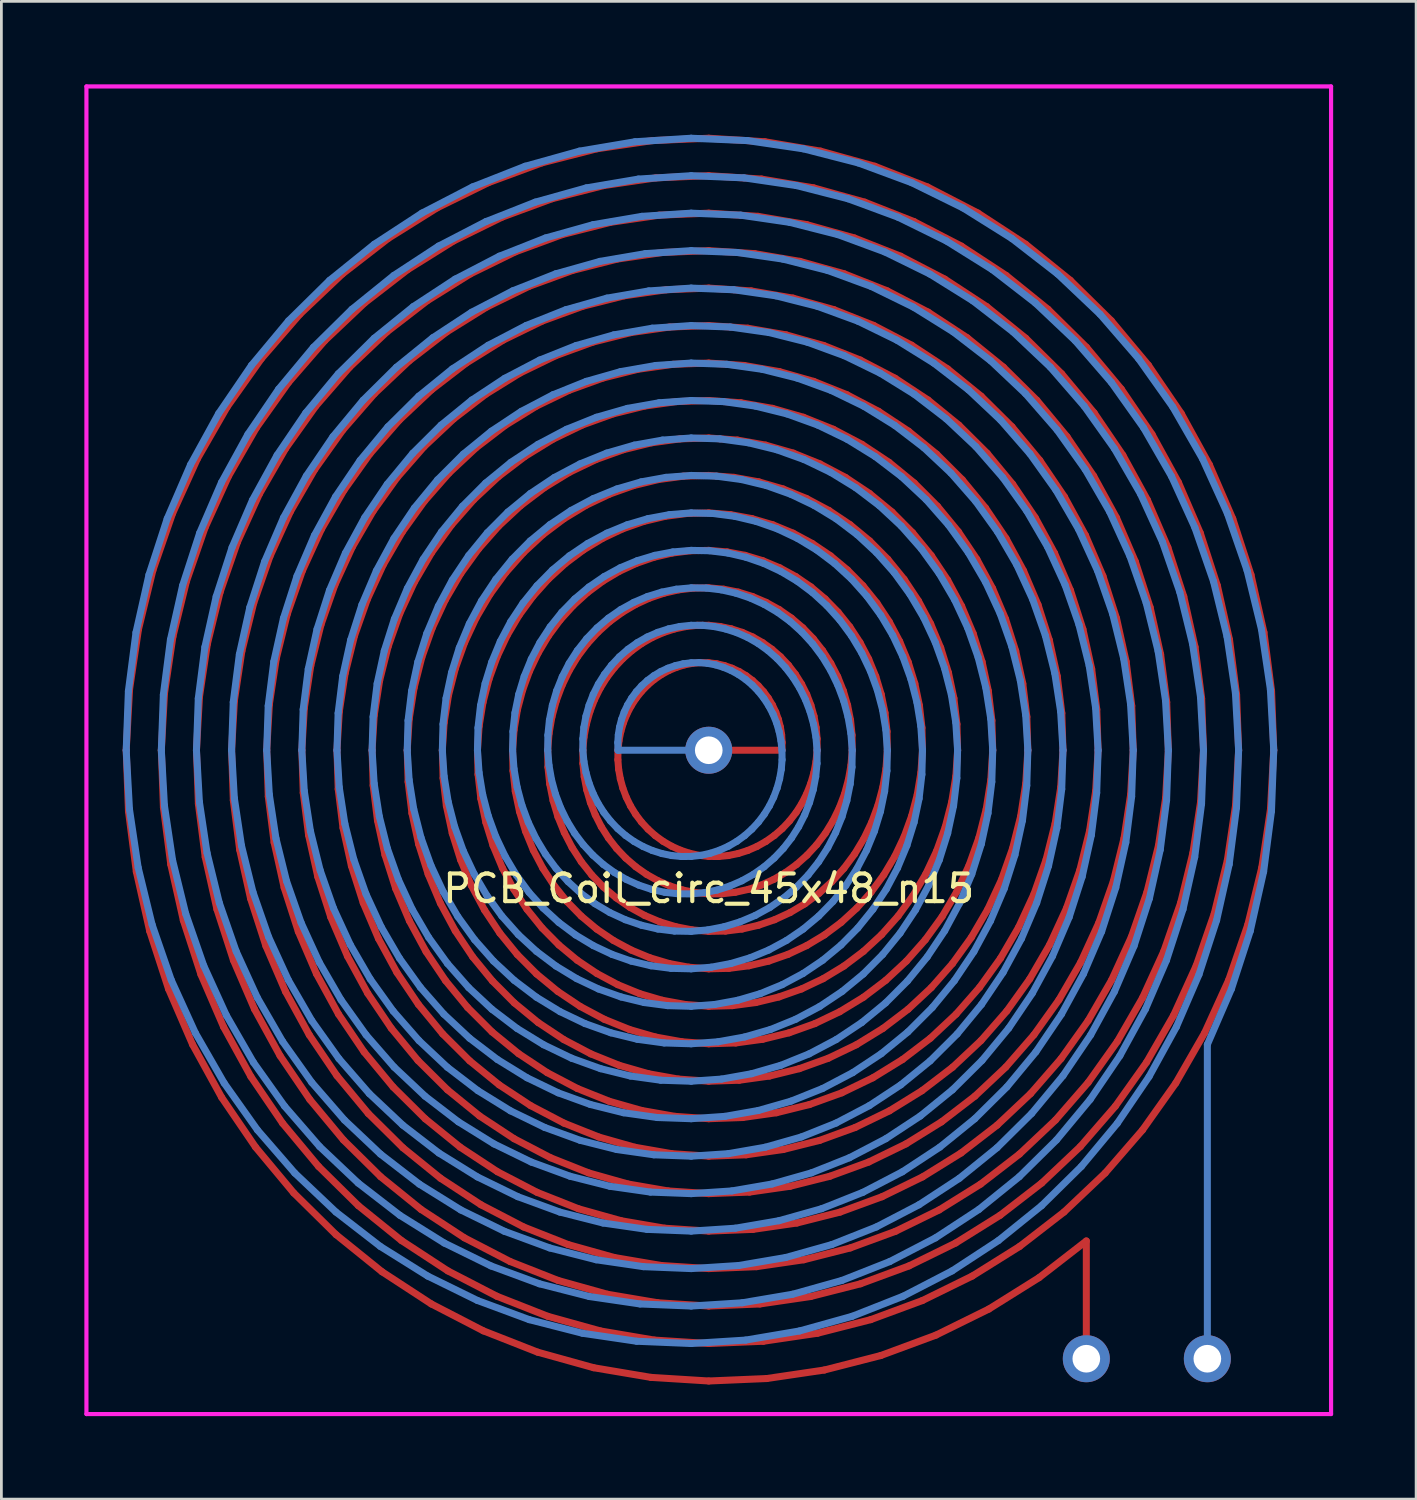
<source format=kicad_pcb>
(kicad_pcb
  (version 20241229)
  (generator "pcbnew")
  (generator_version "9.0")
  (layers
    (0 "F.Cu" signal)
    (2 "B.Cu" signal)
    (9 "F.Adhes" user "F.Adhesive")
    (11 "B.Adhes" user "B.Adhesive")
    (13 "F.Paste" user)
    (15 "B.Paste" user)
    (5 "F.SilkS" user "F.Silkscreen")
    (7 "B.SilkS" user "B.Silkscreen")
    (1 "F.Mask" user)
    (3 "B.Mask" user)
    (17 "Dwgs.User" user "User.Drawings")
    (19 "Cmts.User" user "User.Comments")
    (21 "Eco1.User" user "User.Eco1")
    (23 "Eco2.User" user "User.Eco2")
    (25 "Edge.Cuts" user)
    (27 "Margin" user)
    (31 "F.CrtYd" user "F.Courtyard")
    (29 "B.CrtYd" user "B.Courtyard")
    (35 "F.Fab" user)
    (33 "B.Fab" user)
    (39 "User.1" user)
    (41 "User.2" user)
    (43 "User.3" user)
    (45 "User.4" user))
  (footprint "PCB_Coil_circ_45x48_n15"
    (layer "F.Cu")
    (at 22.575 24.075)
    (property "Reference" "PCB_Coil_circ_45x48_n15" (at 0 5 0) (layer "F.SilkS") (effects (font (size 1 1) (thickness 0.15))))
    (attr through_hole)
    (fp_line (start -21.062 0) (end -20.98 2.204) (stroke (width 0.254) (type solid)) (layer "F.Cu"))
    (fp_line (start -20.98 2.204) (end -20.696 4.391) (stroke (width 0.254) (type solid)) (layer "F.Cu"))
    (fp_line (start -20.941 -2.2) (end -21.062 0) (stroke (width 0.254) (type solid)) (layer "F.Cu"))
    (fp_line (start -20.696 4.391) (end -20.212 6.54) (stroke (width 0.254) (type solid)) (layer "F.Cu"))
    (fp_line (start -20.618 -4.375) (end -20.941 -2.2) (stroke (width 0.254) (type solid)) (layer "F.Cu"))
    (fp_line (start -20.212 6.54) (end -19.532 8.63) (stroke (width 0.254) (type solid)) (layer "F.Cu"))
    (fp_line (start -20.098 -6.503) (end -20.618 -4.375) (stroke (width 0.254) (type solid)) (layer "F.Cu"))
    (fp_line (start -19.792 0) (end -19.716 2.071) (stroke (width 0.254) (type solid)) (layer "F.Cu"))
    (fp_line (start -19.716 2.071) (end -19.451 4.127) (stroke (width 0.254) (type solid)) (layer "F.Cu"))
    (fp_line (start -19.677 -2.067) (end -19.792 0) (stroke (width 0.254) (type solid)) (layer "F.Cu"))
    (fp_line (start -19.532 8.63) (end -18.662 10.64) (stroke (width 0.254) (type solid)) (layer "F.Cu"))
    (fp_line (start -19.451 4.127) (end -18.997 6.147) (stroke (width 0.254) (type solid)) (layer "F.Cu"))
    (fp_line (start -19.385 -8.565) (end -20.098 -6.503) (stroke (width 0.254) (type solid)) (layer "F.Cu"))
    (fp_line (start -19.373 -4.11) (end -19.677 -2.067) (stroke (width 0.254) (type solid)) (layer "F.Cu"))
    (fp_line (start -18.997 6.147) (end -18.359 8.111) (stroke (width 0.254) (type solid)) (layer "F.Cu"))
    (fp_line (start -18.883 -6.11) (end -19.373 -4.11) (stroke (width 0.254) (type solid)) (layer "F.Cu"))
    (fp_line (start -18.662 10.64) (end -17.611 12.552) (stroke (width 0.254) (type solid)) (layer "F.Cu"))
    (fp_line (start -18.522 0) (end -18.452 1.939) (stroke (width 0.254) (type solid)) (layer "F.Cu"))
    (fp_line (start -18.487 -10.54) (end -19.385 -8.565) (stroke (width 0.254) (type solid)) (layer "F.Cu"))
    (fp_line (start -18.452 1.939) (end -18.205 3.863) (stroke (width 0.254) (type solid)) (layer "F.Cu"))
    (fp_line (start -18.413 -1.934) (end -18.522 0) (stroke (width 0.254) (type solid)) (layer "F.Cu"))
    (fp_line (start -18.359 8.111) (end -17.542 10.002) (stroke (width 0.254) (type solid)) (layer "F.Cu"))
    (fp_line (start -18.212 -8.047) (end -18.883 -6.11) (stroke (width 0.254) (type solid)) (layer "F.Cu"))
    (fp_line (start -18.205 3.863) (end -17.781 5.753) (stroke (width 0.254) (type solid)) (layer "F.Cu"))
    (fp_line (start -18.127 -3.846) (end -18.413 -1.934) (stroke (width 0.254) (type solid)) (layer "F.Cu"))
    (fp_line (start -17.781 5.753) (end -17.185 7.593) (stroke (width 0.254) (type solid)) (layer "F.Cu"))
    (fp_line (start -17.667 -5.717) (end -18.127 -3.846) (stroke (width 0.254) (type solid)) (layer "F.Cu"))
    (fp_line (start -17.611 12.552) (end -16.388 14.346) (stroke (width 0.254) (type solid)) (layer "F.Cu"))
    (fp_line (start -17.542 10.002) (end -16.555 11.799) (stroke (width 0.254) (type solid)) (layer "F.Cu"))
    (fp_line (start -17.413 -12.411) (end -18.487 -10.54) (stroke (width 0.254) (type solid)) (layer "F.Cu"))
    (fp_line (start -17.367 -9.902) (end -18.212 -8.047) (stroke (width 0.254) (type solid)) (layer "F.Cu"))
    (fp_line (start -17.252 0) (end -17.189 1.806) (stroke (width 0.254) (type solid)) (layer "F.Cu"))
    (fp_line (start -17.189 1.806) (end -16.959 3.598) (stroke (width 0.254) (type solid)) (layer "F.Cu"))
    (fp_line (start -17.185 7.593) (end -16.422 9.363) (stroke (width 0.254) (type solid)) (layer "F.Cu"))
    (fp_line (start -17.149 -1.802) (end -17.252 0) (stroke (width 0.254) (type solid)) (layer "F.Cu"))
    (fp_line (start -17.039 -7.528) (end -17.667 -5.717) (stroke (width 0.254) (type solid)) (layer "F.Cu"))
    (fp_line (start -16.959 3.598) (end -16.566 5.36) (stroke (width 0.254) (type solid)) (layer "F.Cu"))
    (fp_line (start -16.881 -3.582) (end -17.149 -1.802) (stroke (width 0.254) (type solid)) (layer "F.Cu"))
    (fp_line (start -16.566 5.36) (end -16.012 7.075) (stroke (width 0.254) (type solid)) (layer "F.Cu"))
    (fp_line (start -16.555 11.799) (end -15.407 13.487) (stroke (width 0.254) (type solid)) (layer "F.Cu"))
    (fp_line (start -16.452 -5.323) (end -16.881 -3.582) (stroke (width 0.254) (type solid)) (layer "F.Cu"))
    (fp_line (start -16.422 9.363) (end -15.499 11.047) (stroke (width 0.254) (type solid)) (layer "F.Cu"))
    (fp_line (start -16.388 14.346) (end -15.005 16.006) (stroke (width 0.254) (type solid)) (layer "F.Cu"))
    (fp_line (start -16.357 -11.658) (end -17.367 -9.902) (stroke (width 0.254) (type solid)) (layer "F.Cu"))
    (fp_line (start -16.247 -9.263) (end -17.039 -7.528) (stroke (width 0.254) (type solid)) (layer "F.Cu"))
    (fp_line (start -16.174 -14.158) (end -17.413 -12.411) (stroke (width 0.254) (type solid)) (layer "F.Cu"))
    (fp_line (start -16.012 7.075) (end -15.302 8.725) (stroke (width 0.254) (type solid)) (layer "F.Cu"))
    (fp_line (start -15.982 0) (end -15.925 1.673) (stroke (width 0.254) (type solid)) (layer "F.Cu"))
    (fp_line (start -15.925 1.673) (end -15.714 3.334) (stroke (width 0.254) (type solid)) (layer "F.Cu"))
    (fp_line (start -15.885 -1.669) (end -15.982 0) (stroke (width 0.254) (type solid)) (layer "F.Cu"))
    (fp_line (start -15.865 -7.01) (end -16.452 -5.323) (stroke (width 0.254) (type solid)) (layer "F.Cu"))
    (fp_line (start -15.714 3.334) (end -15.351 4.967) (stroke (width 0.254) (type solid)) (layer "F.Cu"))
    (fp_line (start -15.636 -3.317) (end -15.885 -1.669) (stroke (width 0.254) (type solid)) (layer "F.Cu"))
    (fp_line (start -15.499 11.047) (end -14.425 12.627) (stroke (width 0.254) (type solid)) (layer "F.Cu"))
    (fp_line (start -15.407 13.487) (end -14.107 15.048) (stroke (width 0.254) (type solid)) (layer "F.Cu"))
    (fp_line (start -15.351 4.967) (end -14.839 6.556) (stroke (width 0.254) (type solid)) (layer "F.Cu"))
    (fp_line (start -15.302 8.725) (end -14.443 10.294) (stroke (width 0.254) (type solid)) (layer "F.Cu"))
    (fp_line (start -15.301 -10.906) (end -16.247 -9.263) (stroke (width 0.254) (type solid)) (layer "F.Cu"))
    (fp_line (start -15.237 -4.93) (end -15.636 -3.317) (stroke (width 0.254) (type solid)) (layer "F.Cu"))
    (fp_line (start -15.192 -13.299) (end -16.357 -11.658) (stroke (width 0.254) (type solid)) (layer "F.Cu"))
    (fp_line (start -15.127 -8.625) (end -15.865 -7.01) (stroke (width 0.254) (type solid)) (layer "F.Cu"))
    (fp_line (start -15.005 16.006) (end -13.475 17.514) (stroke (width 0.254) (type solid)) (layer "F.Cu"))
    (fp_line (start -14.839 6.556) (end -14.182 8.086) (stroke (width 0.254) (type solid)) (layer "F.Cu"))
    (fp_line (start -14.781 -15.766) (end -16.174 -14.158) (stroke (width 0.254) (type solid)) (layer "F.Cu"))
    (fp_line (start -14.712 0) (end -14.661 1.54) (stroke (width 0.254) (type solid)) (layer "F.Cu"))
    (fp_line (start -14.692 -6.491) (end -15.237 -4.93) (stroke (width 0.254) (type solid)) (layer "F.Cu"))
    (fp_line (start -14.661 1.54) (end -14.468 3.07) (stroke (width 0.254) (type solid)) (layer "F.Cu"))
    (fp_line (start -14.621 -1.536) (end -14.712 0) (stroke (width 0.254) (type solid)) (layer "F.Cu"))
    (fp_line (start -14.468 3.07) (end -14.135 4.574) (stroke (width 0.254) (type solid)) (layer "F.Cu"))
    (fp_line (start -14.443 10.294) (end -13.443 11.768) (stroke (width 0.254) (type solid)) (layer "F.Cu"))
    (fp_line (start -14.425 12.627) (end -13.209 14.09) (stroke (width 0.254) (type solid)) (layer "F.Cu"))
    (fp_line (start -14.39 -3.053) (end -14.621 -1.536) (stroke (width 0.254) (type solid)) (layer "F.Cu"))
    (fp_line (start -14.245 -10.153) (end -15.127 -8.625) (stroke (width 0.254) (type solid)) (layer "F.Cu"))
    (fp_line (start -14.21 -12.44) (end -15.301 -10.906) (stroke (width 0.254) (type solid)) (layer "F.Cu"))
    (fp_line (start -14.182 8.086) (end -13.387 9.542) (stroke (width 0.254) (type solid)) (layer "F.Cu"))
    (fp_line (start -14.135 4.574) (end -13.665 6.038) (stroke (width 0.254) (type solid)) (layer "F.Cu"))
    (fp_line (start -14.107 15.048) (end -12.669 16.466) (stroke (width 0.254) (type solid)) (layer "F.Cu"))
    (fp_line (start -14.021 -4.537) (end -14.39 -3.053) (stroke (width 0.254) (type solid)) (layer "F.Cu"))
    (fp_line (start -14.007 -7.986) (end -14.692 -6.491) (stroke (width 0.254) (type solid)) (layer "F.Cu"))
    (fp_line (start -13.883 -14.808) (end -15.192 -13.299) (stroke (width 0.254) (type solid)) (layer "F.Cu"))
    (fp_line (start -13.665 6.038) (end -13.062 7.447) (stroke (width 0.254) (type solid)) (layer "F.Cu"))
    (fp_line (start -13.519 -5.973) (end -14.021 -4.537) (stroke (width 0.254) (type solid)) (layer "F.Cu"))
    (fp_line (start -13.475 17.514) (end -11.812 18.856) (stroke (width 0.254) (type solid)) (layer "F.Cu"))
    (fp_line (start -13.443 11.768) (end -12.311 13.132) (stroke (width 0.254) (type solid)) (layer "F.Cu"))
    (fp_line (start -13.442 0) (end -13.397 1.407) (stroke (width 0.254) (type solid)) (layer "F.Cu"))
    (fp_line (start -13.397 1.407) (end -13.223 2.805) (stroke (width 0.254) (type solid)) (layer "F.Cu"))
    (fp_line (start -13.387 9.542) (end -12.461 10.909) (stroke (width 0.254) (type solid)) (layer "F.Cu"))
    (fp_line (start -13.357 -1.403) (end -13.442 0) (stroke (width 0.254) (type solid)) (layer "F.Cu"))
    (fp_line (start -13.248 -17.219) (end -14.781 -15.766) (stroke (width 0.254) (type solid)) (layer "F.Cu"))
    (fp_line (start -13.229 -11.58) (end -14.245 -10.153) (stroke (width 0.254) (type solid)) (layer "F.Cu"))
    (fp_line (start -13.223 2.805) (end -12.92 4.181) (stroke (width 0.254) (type solid)) (layer "F.Cu"))
    (fp_line (start -13.209 14.09) (end -11.863 15.419) (stroke (width 0.254) (type solid)) (layer "F.Cu"))
    (fp_line (start -13.189 -9.4) (end -14.007 -7.986) (stroke (width 0.254) (type solid)) (layer "F.Cu"))
    (fp_line (start -13.145 -2.789) (end -13.357 -1.403) (stroke (width 0.254) (type solid)) (layer "F.Cu"))
    (fp_line (start -13.062 7.447) (end -12.331 8.789) (stroke (width 0.254) (type solid)) (layer "F.Cu"))
    (fp_line (start -12.985 -13.85) (end -14.21 -12.44) (stroke (width 0.254) (type solid)) (layer "F.Cu"))
    (fp_line (start -12.92 4.181) (end -12.492 5.519) (stroke (width 0.254) (type solid)) (layer "F.Cu"))
    (fp_line (start -12.887 -7.348) (end -13.519 -5.973) (stroke (width 0.254) (type solid)) (layer "F.Cu"))
    (fp_line (start -12.806 -4.144) (end -13.145 -2.789) (stroke (width 0.254) (type solid)) (layer "F.Cu"))
    (fp_line (start -12.669 16.466) (end -11.106 17.729) (stroke (width 0.254) (type solid)) (layer "F.Cu"))
    (fp_line (start -12.492 5.519) (end -11.942 6.809) (stroke (width 0.254) (type solid)) (layer "F.Cu"))
    (fp_line (start -12.461 10.909) (end -11.413 12.174) (stroke (width 0.254) (type solid)) (layer "F.Cu"))
    (fp_line (start -12.443 -16.172) (end -13.883 -14.808) (stroke (width 0.254) (type solid)) (layer "F.Cu"))
    (fp_line (start -12.345 -5.455) (end -12.806 -4.144) (stroke (width 0.254) (type solid)) (layer "F.Cu"))
    (fp_line (start -12.331 8.789) (end -11.48 10.049) (stroke (width 0.254) (type solid)) (layer "F.Cu"))
    (fp_line (start -12.311 13.132) (end -11.058 14.372) (stroke (width 0.254) (type solid)) (layer "F.Cu"))
    (fp_line (start -12.247 -10.721) (end -13.189 -9.4) (stroke (width 0.254) (type solid)) (layer "F.Cu"))
    (fp_line (start -12.172 0) (end -12.133 1.275) (stroke (width 0.254) (type solid)) (layer "F.Cu"))
    (fp_line (start -12.133 -8.648) (end -12.887 -7.348) (stroke (width 0.254) (type solid)) (layer "F.Cu"))
    (fp_line (start -12.133 1.275) (end -11.977 2.541) (stroke (width 0.254) (type solid)) (layer "F.Cu"))
    (fp_line (start -12.094 -1.271) (end -12.172 0) (stroke (width 0.254) (type solid)) (layer "F.Cu"))
    (fp_line (start -12.087 -12.892) (end -13.229 -11.58) (stroke (width 0.254) (type solid)) (layer "F.Cu"))
    (fp_line (start -11.977 2.541) (end -11.705 3.787) (stroke (width 0.254) (type solid)) (layer "F.Cu"))
    (fp_line (start -11.942 6.809) (end -11.275 8.036) (stroke (width 0.254) (type solid)) (layer "F.Cu"))
    (fp_line (start -11.899 -2.525) (end -12.094 -1.271) (stroke (width 0.254) (type solid)) (layer "F.Cu"))
    (fp_line (start -11.863 15.419) (end -10.4 16.603) (stroke (width 0.254) (type solid)) (layer "F.Cu"))
    (fp_line (start -11.812 18.856) (end -10.031 20.019) (stroke (width 0.254) (type solid)) (layer "F.Cu"))
    (fp_line (start -11.767 -6.709) (end -12.345 -5.455) (stroke (width 0.254) (type solid)) (layer "F.Cu"))
    (fp_line (start -11.705 3.787) (end -11.319 5.001) (stroke (width 0.254) (type solid)) (layer "F.Cu"))
    (fp_line (start -11.637 -15.125) (end -12.985 -13.85) (stroke (width 0.254) (type solid)) (layer "F.Cu"))
    (fp_line (start -11.591 -18.504) (end -13.248 -17.219) (stroke (width 0.254) (type solid)) (layer "F.Cu"))
    (fp_line (start -11.591 -3.75) (end -11.899 -2.525) (stroke (width 0.254) (type solid)) (layer "F.Cu"))
    (fp_line (start -11.48 10.049) (end -10.515 11.216) (stroke (width 0.254) (type solid)) (layer "F.Cu"))
    (fp_line (start -11.413 12.174) (end -10.252 13.325) (stroke (width 0.254) (type solid)) (layer "F.Cu"))
    (fp_line (start -11.319 5.001) (end -10.822 6.17) (stroke (width 0.254) (type solid)) (layer "F.Cu"))
    (fp_line (start -11.275 8.036) (end -10.498 9.19) (stroke (width 0.254) (type solid)) (layer "F.Cu"))
    (fp_line (start -11.265 -9.861) (end -12.133 -8.648) (stroke (width 0.254) (type solid)) (layer "F.Cu"))
    (fp_line (start -11.189 -11.934) (end -12.247 -10.721) (stroke (width 0.254) (type solid)) (layer "F.Cu"))
    (fp_line (start -11.172 -4.936) (end -11.591 -3.75) (stroke (width 0.254) (type solid)) (layer "F.Cu"))
    (fp_line (start -11.106 17.729) (end -9.433 18.824) (stroke (width 0.254) (type solid)) (layer "F.Cu"))
    (fp_line (start -11.078 -7.895) (end -11.767 -6.709) (stroke (width 0.254) (type solid)) (layer "F.Cu"))
    (fp_line (start -11.058 14.372) (end -9.695 15.477) (stroke (width 0.254) (type solid)) (layer "F.Cu"))
    (fp_line (start -10.902 0) (end -10.869 1.142) (stroke (width 0.254) (type solid)) (layer "F.Cu"))
    (fp_line (start -10.886 -17.377) (end -12.443 -16.172) (stroke (width 0.254) (type solid)) (layer "F.Cu"))
    (fp_line (start -10.869 1.142) (end -10.731 2.277) (stroke (width 0.254) (type solid)) (layer "F.Cu"))
    (fp_line (start -10.831 -14.078) (end -12.087 -12.892) (stroke (width 0.254) (type solid)) (layer "F.Cu"))
    (fp_line (start -10.83 -1.138) (end -10.902 0) (stroke (width 0.254) (type solid)) (layer "F.Cu"))
    (fp_line (start -10.822 6.17) (end -10.22 7.284) (stroke (width 0.254) (type solid)) (layer "F.Cu"))
    (fp_line (start -10.731 2.277) (end -10.489 3.394) (stroke (width 0.254) (type solid)) (layer "F.Cu"))
    (fp_line (start -10.653 -2.26) (end -10.83 -1.138) (stroke (width 0.254) (type solid)) (layer "F.Cu"))
    (fp_line (start -10.647 -6.07) (end -11.172 -4.936) (stroke (width 0.254) (type solid)) (layer "F.Cu"))
    (fp_line (start -10.515 11.216) (end -9.446 12.278) (stroke (width 0.254) (type solid)) (layer "F.Cu"))
    (fp_line (start -10.498 9.19) (end -9.617 10.258) (stroke (width 0.254) (type solid)) (layer "F.Cu"))
    (fp_line (start -10.489 3.394) (end -10.145 4.482) (stroke (width 0.254) (type solid)) (layer "F.Cu"))
    (fp_line (start -10.4 16.603) (end -8.834 17.629) (stroke (width 0.254) (type solid)) (layer "F.Cu"))
    (fp_line (start -10.375 -3.357) (end -10.653 -2.26) (stroke (width 0.254) (type solid)) (layer "F.Cu"))
    (fp_line (start -10.291 -10.977) (end -11.265 -9.861) (stroke (width 0.254) (type solid)) (layer "F.Cu"))
    (fp_line (start -10.283 -9.002) (end -11.078 -7.895) (stroke (width 0.254) (type solid)) (layer "F.Cu"))
    (fp_line (start -10.252 13.325) (end -8.989 14.35) (stroke (width 0.254) (type solid)) (layer "F.Cu"))
    (fp_line (start -10.22 7.284) (end -9.516 8.331) (stroke (width 0.254) (type solid)) (layer "F.Cu"))
    (fp_line (start -10.18 -16.251) (end -11.637 -15.125) (stroke (width 0.254) (type solid)) (layer "F.Cu"))
    (fp_line (start -10.145 4.482) (end -9.702 5.532) (stroke (width 0.254) (type solid)) (layer "F.Cu"))
    (fp_line (start -10.031 20.019) (end -8.151 20.991) (stroke (width 0.254) (type solid)) (layer "F.Cu"))
    (fp_line (start -10.025 -13.03) (end -11.189 -11.934) (stroke (width 0.254) (type solid)) (layer "F.Cu"))
    (fp_line (start -10.021 -7.143) (end -10.647 -6.07) (stroke (width 0.254) (type solid)) (layer "F.Cu"))
    (fp_line (start -9.999 -4.418) (end -10.375 -3.357) (stroke (width 0.254) (type solid)) (layer "F.Cu"))
    (fp_line (start -9.826 -19.608) (end -11.591 -18.504) (stroke (width 0.254) (type solid)) (layer "F.Cu"))
    (fp_line (start -9.702 5.532) (end -9.164 6.531) (stroke (width 0.254) (type solid)) (layer "F.Cu"))
    (fp_line (start -9.695 15.477) (end -8.235 16.434) (stroke (width 0.254) (type solid)) (layer "F.Cu"))
    (fp_line (start -9.632 0) (end -9.605 1.009) (stroke (width 0.254) (type solid)) (layer "F.Cu"))
    (fp_line (start -9.617 10.258) (end -8.641 11.231) (stroke (width 0.254) (type solid)) (layer "F.Cu"))
    (fp_line (start -9.605 1.009) (end -9.486 2.013) (stroke (width 0.254) (type solid)) (layer "F.Cu"))
    (fp_line (start -9.566 -1.005) (end -9.632 0) (stroke (width 0.254) (type solid)) (layer "F.Cu"))
    (fp_line (start -9.527 -5.432) (end -9.999 -4.418) (stroke (width 0.254) (type solid)) (layer "F.Cu"))
    (fp_line (start -9.516 8.331) (end -8.719 9.3) (stroke (width 0.254) (type solid)) (layer "F.Cu"))
    (fp_line (start -9.486 2.013) (end -9.274 3.001) (stroke (width 0.254) (type solid)) (layer "F.Cu"))
    (fp_line (start -9.474 -15.125) (end -10.831 -14.078) (stroke (width 0.254) (type solid)) (layer "F.Cu"))
    (fp_line (start -9.446 12.278) (end -8.284 13.224) (stroke (width 0.254) (type solid)) (layer "F.Cu"))
    (fp_line (start -9.433 18.824) (end -7.665 19.739) (stroke (width 0.254) (type solid)) (layer "F.Cu"))
    (fp_line (start -9.408 -1.996) (end -9.566 -1.005) (stroke (width 0.254) (type solid)) (layer "F.Cu"))
    (fp_line (start -9.393 -10.019) (end -10.283 -9.002) (stroke (width 0.254) (type solid)) (layer "F.Cu"))
    (fp_line (start -9.302 -8.143) (end -10.021 -7.143) (stroke (width 0.254) (type solid)) (layer "F.Cu"))
    (fp_line (start -9.274 3.001) (end -8.972 3.964) (stroke (width 0.254) (type solid)) (layer "F.Cu"))
    (fp_line (start -9.227 -18.413) (end -10.886 -17.377) (stroke (width 0.254) (type solid)) (layer "F.Cu"))
    (fp_line (start -9.22 -11.983) (end -10.291 -10.977) (stroke (width 0.254) (type solid)) (layer "F.Cu"))
    (fp_line (start -9.164 6.531) (end -8.535 7.471) (stroke (width 0.254) (type solid)) (layer "F.Cu"))
    (fp_line (start -9.16 -2.964) (end -9.408 -1.996) (stroke (width 0.254) (type solid)) (layer "F.Cu"))
    (fp_line (start -8.989 14.35) (end -7.637 15.24) (stroke (width 0.254) (type solid)) (layer "F.Cu"))
    (fp_line (start -8.972 3.964) (end -8.582 4.893) (stroke (width 0.254) (type solid)) (layer "F.Cu"))
    (fp_line (start -8.966 -6.39) (end -9.527 -5.432) (stroke (width 0.254) (type solid)) (layer "F.Cu"))
    (fp_line (start -8.834 17.629) (end -7.179 18.487) (stroke (width 0.254) (type solid)) (layer "F.Cu"))
    (fp_line (start -8.825 -3.899) (end -9.16 -2.964) (stroke (width 0.254) (type solid)) (layer "F.Cu"))
    (fp_line (start -8.769 -13.998) (end -10.025 -13.03) (stroke (width 0.254) (type solid)) (layer "F.Cu"))
    (fp_line (start -8.719 9.3) (end -7.835 10.184) (stroke (width 0.254) (type solid)) (layer "F.Cu"))
    (fp_line (start -8.641 11.231) (end -7.578 12.098) (stroke (width 0.254) (type solid)) (layer "F.Cu"))
    (fp_line (start -8.628 -17.218) (end -10.18 -16.251) (stroke (width 0.254) (type solid)) (layer "F.Cu"))
    (fp_line (start -8.582 4.893) (end -8.108 5.778) (stroke (width 0.254) (type solid)) (layer "F.Cu"))
    (fp_line (start -8.535 7.471) (end -7.821 8.342) (stroke (width 0.254) (type solid)) (layer "F.Cu"))
    (fp_line (start -8.495 -9.061) (end -9.302 -8.143) (stroke (width 0.254) (type solid)) (layer "F.Cu"))
    (fp_line (start -8.414 -10.936) (end -9.393 -10.019) (stroke (width 0.254) (type solid)) (layer "F.Cu"))
    (fp_line (start -8.407 -4.793) (end -8.825 -3.899) (stroke (width 0.254) (type solid)) (layer "F.Cu"))
    (fp_line (start -8.362 0) (end -8.341 0.876) (stroke (width 0.254) (type solid)) (layer "F.Cu"))
    (fp_line (start -8.341 0.876) (end -8.24 1.748) (stroke (width 0.254) (type solid)) (layer "F.Cu"))
    (fp_line (start -8.32 -7.283) (end -8.966 -6.39) (stroke (width 0.254) (type solid)) (layer "F.Cu"))
    (fp_line (start -8.302 -0.872) (end -8.362 0) (stroke (width 0.254) (type solid)) (layer "F.Cu"))
    (fp_line (start -8.284 13.224) (end -7.038 14.045) (stroke (width 0.254) (type solid)) (layer "F.Cu"))
    (fp_line (start -8.24 1.748) (end -8.059 2.608) (stroke (width 0.254) (type solid)) (layer "F.Cu"))
    (fp_line (start -8.235 16.434) (end -6.693 17.236) (stroke (width 0.254) (type solid)) (layer "F.Cu"))
    (fp_line (start -8.162 -1.732) (end -8.302 -0.872) (stroke (width 0.254) (type solid)) (layer "F.Cu"))
    (fp_line (start -8.151 20.991) (end -6.189 21.762) (stroke (width 0.254) (type solid)) (layer "F.Cu"))
    (fp_line (start -8.108 5.778) (end -7.553 6.612) (stroke (width 0.254) (type solid)) (layer "F.Cu"))
    (fp_line (start -8.063 -12.872) (end -9.22 -11.983) (stroke (width 0.254) (type solid)) (layer "F.Cu"))
    (fp_line (start -8.059 2.608) (end -7.799 3.446) (stroke (width 0.254) (type solid)) (layer "F.Cu"))
    (fp_line (start -8.03 -16.024) (end -9.474 -15.125) (stroke (width 0.254) (type solid)) (layer "F.Cu"))
    (fp_line (start -7.969 -20.521) (end -9.826 -19.608) (stroke (width 0.254) (type solid)) (layer "F.Cu"))
    (fp_line (start -7.945 -2.571) (end -8.162 -1.732) (stroke (width 0.254) (type solid)) (layer "F.Cu"))
    (fp_line (start -7.91 -5.637) (end -8.407 -4.793) (stroke (width 0.254) (type solid)) (layer "F.Cu"))
    (fp_line (start -7.835 10.184) (end -6.873 10.971) (stroke (width 0.254) (type solid)) (layer "F.Cu"))
    (fp_line (start -7.821 8.342) (end -7.029 9.136) (stroke (width 0.254) (type solid)) (layer "F.Cu"))
    (fp_line (start -7.799 3.446) (end -7.462 4.254) (stroke (width 0.254) (type solid)) (layer "F.Cu"))
    (fp_line (start -7.665 19.739) (end -5.82 20.466) (stroke (width 0.254) (type solid)) (layer "F.Cu"))
    (fp_line (start -7.652 -3.381) (end -7.945 -2.571) (stroke (width 0.254) (type solid)) (layer "F.Cu"))
    (fp_line (start -7.637 15.24) (end -6.207 15.984) (stroke (width 0.254) (type solid)) (layer "F.Cu"))
    (fp_line (start -7.608 -9.889) (end -8.495 -9.061) (stroke (width 0.254) (type solid)) (layer "F.Cu"))
    (fp_line (start -7.597 -8.103) (end -8.32 -7.283) (stroke (width 0.254) (type solid)) (layer "F.Cu"))
    (fp_line (start -7.578 12.098) (end -6.439 12.85) (stroke (width 0.254) (type solid)) (layer "F.Cu"))
    (fp_line (start -7.553 6.612) (end -6.923 7.385) (stroke (width 0.254) (type solid)) (layer "F.Cu"))
    (fp_line (start -7.483 -19.27) (end -9.227 -18.413) (stroke (width 0.254) (type solid)) (layer "F.Cu"))
    (fp_line (start -7.462 4.254) (end -7.052 5.026) (stroke (width 0.254) (type solid)) (layer "F.Cu"))
    (fp_line (start -7.431 -14.829) (end -8.769 -13.998) (stroke (width 0.254) (type solid)) (layer "F.Cu"))
    (fp_line (start -7.358 -11.746) (end -8.414 -10.936) (stroke (width 0.254) (type solid)) (layer "F.Cu"))
    (fp_line (start -7.338 -6.424) (end -7.91 -5.637) (stroke (width 0.254) (type solid)) (layer "F.Cu"))
    (fp_line (start -7.287 -4.155) (end -7.652 -3.381) (stroke (width 0.254) (type solid)) (layer "F.Cu"))
    (fp_line (start -7.179 18.487) (end -5.451 19.169) (stroke (width 0.254) (type solid)) (layer "F.Cu"))
    (fp_line (start -7.092 0) (end -7.077 0.744) (stroke (width 0.254) (type solid)) (layer "F.Cu"))
    (fp_line (start -7.077 0.744) (end -6.995 1.484) (stroke (width 0.254) (type solid)) (layer "F.Cu"))
    (fp_line (start -7.052 5.026) (end -6.571 5.752) (stroke (width 0.254) (type solid)) (layer "F.Cu"))
    (fp_line (start -7.038 14.045) (end -5.721 14.733) (stroke (width 0.254) (type solid)) (layer "F.Cu"))
    (fp_line (start -7.038 -0.739) (end -7.092 0) (stroke (width 0.254) (type solid)) (layer "F.Cu"))
    (fp_line (start -7.029 9.136) (end -6.167 9.845) (stroke (width 0.254) (type solid)) (layer "F.Cu"))
    (fp_line (start -6.997 -18.018) (end -8.628 -17.218) (stroke (width 0.254) (type solid)) (layer "F.Cu"))
    (fp_line (start -6.995 1.484) (end -6.843 2.214) (stroke (width 0.254) (type solid)) (layer "F.Cu"))
    (fp_line (start -6.923 7.385) (end -6.224 8.089) (stroke (width 0.254) (type solid)) (layer "F.Cu"))
    (fp_line (start -6.917 -1.468) (end -7.038 -0.739) (stroke (width 0.254) (type solid)) (layer "F.Cu"))
    (fp_line (start -6.873 10.971) (end -5.841 11.656) (stroke (width 0.254) (type solid)) (layer "F.Cu"))
    (fp_line (start -6.854 -4.885) (end -7.287 -4.155) (stroke (width 0.254) (type solid)) (layer "F.Cu"))
    (fp_line (start -6.843 2.214) (end -6.625 2.927) (stroke (width 0.254) (type solid)) (layer "F.Cu"))
    (fp_line (start -6.832 -13.634) (end -8.063 -12.872) (stroke (width 0.254) (type solid)) (layer "F.Cu"))
    (fp_line (start -6.803 -8.842) (end -7.597 -8.103) (stroke (width 0.254) (type solid)) (layer "F.Cu"))
    (fp_line (start -6.729 -2.177) (end -6.917 -1.468) (stroke (width 0.254) (type solid)) (layer "F.Cu"))
    (fp_line (start -6.698 -7.145) (end -7.338 -6.424) (stroke (width 0.254) (type solid)) (layer "F.Cu"))
    (fp_line (start -6.693 17.236) (end -5.083 17.873) (stroke (width 0.254) (type solid)) (layer "F.Cu"))
    (fp_line (start -6.652 -10.619) (end -7.608 -9.889) (stroke (width 0.254) (type solid)) (layer "F.Cu"))
    (fp_line (start -6.625 2.927) (end -6.342 3.616) (stroke (width 0.254) (type solid)) (layer "F.Cu"))
    (fp_line (start -6.571 5.752) (end -6.025 6.427) (stroke (width 0.254) (type solid)) (layer "F.Cu"))
    (fp_line (start -6.511 -16.767) (end -8.03 -16.024) (stroke (width 0.254) (type solid)) (layer "F.Cu"))
    (fp_line (start -6.479 -2.862) (end -6.729 -2.177) (stroke (width 0.254) (type solid)) (layer "F.Cu"))
    (fp_line (start -6.439 12.85) (end -5.235 13.481) (stroke (width 0.254) (type solid)) (layer "F.Cu"))
    (fp_line (start -6.356 -5.564) (end -6.854 -4.885) (stroke (width 0.254) (type solid)) (layer "F.Cu"))
    (fp_line (start -6.342 3.616) (end -5.996 4.273) (stroke (width 0.254) (type solid)) (layer "F.Cu"))
    (fp_line (start -6.234 -12.44) (end -7.358 -11.746) (stroke (width 0.254) (type solid)) (layer "F.Cu"))
    (fp_line (start -6.224 8.089) (end -5.461 8.718) (stroke (width 0.254) (type solid)) (layer "F.Cu"))
    (fp_line (start -6.207 15.984) (end -4.714 16.577) (stroke (width 0.254) (type solid)) (layer "F.Cu"))
    (fp_line (start -6.189 21.762) (end -4.163 22.325) (stroke (width 0.254) (type solid)) (layer "F.Cu"))
    (fp_line (start -6.167 9.845) (end -5.242 10.461) (stroke (width 0.254) (type solid)) (layer "F.Cu"))
    (fp_line (start -6.167 -3.516) (end -6.479 -2.862) (stroke (width 0.254) (type solid)) (layer "F.Cu"))
    (fp_line (start -6.039 -21.235) (end -7.969 -20.521) (stroke (width 0.254) (type solid)) (layer "F.Cu"))
    (fp_line (start -6.025 6.427) (end -5.418 7.042) (stroke (width 0.254) (type solid)) (layer "F.Cu"))
    (fp_line (start -6.025 -15.515) (end -7.431 -14.829) (stroke (width 0.254) (type solid)) (layer "F.Cu"))
    (fp_line (start -5.997 -7.795) (end -6.698 -7.145) (stroke (width 0.254) (type solid)) (layer "F.Cu"))
    (fp_line (start -5.996 4.273) (end -5.589 4.893) (stroke (width 0.254) (type solid)) (layer "F.Cu"))
    (fp_line (start -5.946 -9.493) (end -6.803 -8.842) (stroke (width 0.254) (type solid)) (layer "F.Cu"))
    (fp_line (start -5.841 11.656) (end -4.749 12.23) (stroke (width 0.254) (type solid)) (layer "F.Cu"))
    (fp_line (start -5.822 0) (end -5.814 0.611) (stroke (width 0.254) (type solid)) (layer "F.Cu"))
    (fp_line (start -5.82 20.466) (end -3.915 20.996) (stroke (width 0.254) (type solid)) (layer "F.Cu"))
    (fp_line (start -5.814 0.611) (end -5.749 1.22) (stroke (width 0.254) (type solid)) (layer "F.Cu"))
    (fp_line (start -5.8 -6.187) (end -6.356 -5.564) (stroke (width 0.254) (type solid)) (layer "F.Cu"))
    (fp_line (start -5.798 -4.132) (end -6.167 -3.516) (stroke (width 0.254) (type solid)) (layer "F.Cu"))
    (fp_line (start -5.774 -0.607) (end -5.822 0) (stroke (width 0.254) (type solid)) (layer "F.Cu"))
    (fp_line (start -5.749 1.22) (end -5.628 1.821) (stroke (width 0.254) (type solid)) (layer "F.Cu"))
    (fp_line (start -5.721 14.733) (end -4.346 15.28) (stroke (width 0.254) (type solid)) (layer "F.Cu"))
    (fp_line (start -5.671 -1.203) (end -5.774 -0.607) (stroke (width 0.254) (type solid)) (layer "F.Cu"))
    (fp_line (start -5.67 -19.939) (end -7.483 -19.27) (stroke (width 0.254) (type solid)) (layer "F.Cu"))
    (fp_line (start -5.635 -11.245) (end -6.652 -10.619) (stroke (width 0.254) (type solid)) (layer "F.Cu"))
    (fp_line (start -5.628 1.821) (end -5.452 2.409) (stroke (width 0.254) (type solid)) (layer "F.Cu"))
    (fp_line (start -5.589 4.893) (end -5.127 5.469) (stroke (width 0.254) (type solid)) (layer "F.Cu"))
    (fp_line (start -5.539 -14.263) (end -6.832 -13.634) (stroke (width 0.254) (type solid)) (layer "F.Cu"))
    (fp_line (start -5.514 -1.784) (end -5.671 -1.203) (stroke (width 0.254) (type solid)) (layer "F.Cu"))
    (fp_line (start -5.461 8.718) (end -4.643 9.266) (stroke (width 0.254) (type solid)) (layer "F.Cu"))
    (fp_line (start -5.452 2.409) (end -5.222 2.977) (stroke (width 0.254) (type solid)) (layer "F.Cu"))
    (fp_line (start -5.451 19.169) (end -3.668 19.668) (stroke (width 0.254) (type solid)) (layer "F.Cu"))
    (fp_line (start -5.418 7.042) (end -4.756 7.592) (stroke (width 0.254) (type solid)) (layer "F.Cu"))
    (fp_line (start -5.375 -4.705) (end -5.798 -4.132) (stroke (width 0.254) (type solid)) (layer "F.Cu"))
    (fp_line (start -5.305 -2.344) (end -5.514 -1.784) (stroke (width 0.254) (type solid)) (layer "F.Cu"))
    (fp_line (start -5.302 -18.643) (end -6.997 -18.018) (stroke (width 0.254) (type solid)) (layer "F.Cu"))
    (fp_line (start -5.242 10.461) (end -4.263 10.978) (stroke (width 0.254) (type solid)) (layer "F.Cu"))
    (fp_line (start -5.241 -8.367) (end -5.997 -7.795) (stroke (width 0.254) (type solid)) (layer "F.Cu"))
    (fp_line (start -5.235 13.481) (end -3.977 13.984) (stroke (width 0.254) (type solid)) (layer "F.Cu"))
    (fp_line (start -5.222 2.977) (end -4.94 3.521) (stroke (width 0.254) (type solid)) (layer "F.Cu"))
    (fp_line (start -5.191 -6.747) (end -5.8 -6.187) (stroke (width 0.254) (type solid)) (layer "F.Cu"))
    (fp_line (start -5.127 5.469) (end -4.612 5.995) (stroke (width 0.254) (type solid)) (layer "F.Cu"))
    (fp_line (start -5.083 17.873) (end -3.42 18.339) (stroke (width 0.254) (type solid)) (layer "F.Cu"))
    (fp_line (start -5.053 -13.012) (end -6.234 -12.44) (stroke (width 0.254) (type solid)) (layer "F.Cu"))
    (fp_line (start -5.047 -2.877) (end -5.305 -2.344) (stroke (width 0.254) (type solid)) (layer "F.Cu"))
    (fp_line (start -5.036 -10.05) (end -5.946 -9.493) (stroke (width 0.254) (type solid)) (layer "F.Cu"))
    (fp_line (start -4.94 3.521) (end -4.608 4.034) (stroke (width 0.254) (type solid)) (layer "F.Cu"))
    (fp_line (start -4.933 -17.346) (end -6.511 -16.767) (stroke (width 0.254) (type solid)) (layer "F.Cu"))
    (fp_line (start -4.902 -5.229) (end -5.375 -4.705) (stroke (width 0.254) (type solid)) (layer "F.Cu"))
    (fp_line (start -4.756 7.592) (end -4.045 8.071) (stroke (width 0.254) (type solid)) (layer "F.Cu"))
    (fp_line (start -4.749 12.23) (end -3.608 12.688) (stroke (width 0.254) (type solid)) (layer "F.Cu"))
    (fp_line (start -4.742 -3.38) (end -5.047 -2.877) (stroke (width 0.254) (type solid)) (layer "F.Cu"))
    (fp_line (start -4.714 16.577) (end -3.172 17.01) (stroke (width 0.254) (type solid)) (layer "F.Cu"))
    (fp_line (start -4.643 9.266) (end -3.777 9.727) (stroke (width 0.254) (type solid)) (layer "F.Cu"))
    (fp_line (start -4.612 5.995) (end -4.05 6.466) (stroke (width 0.254) (type solid)) (layer "F.Cu"))
    (fp_line (start -4.608 4.034) (end -4.229 4.511) (stroke (width 0.254) (type solid)) (layer "F.Cu"))
    (fp_line (start -4.567 -11.76) (end -5.635 -11.245) (stroke (width 0.254) (type solid)) (layer "F.Cu"))
    (fp_line (start -4.564 -16.05) (end -6.025 -15.515) (stroke (width 0.254) (type solid)) (layer "F.Cu"))
    (fp_line (start -4.552 0) (end -4.55 0.478) (stroke (width 0.254) (type solid)) (layer "F.Cu"))
    (fp_line (start -4.55 0.478) (end -4.503 0.955) (stroke (width 0.254) (type solid)) (layer "F.Cu"))
    (fp_line (start -4.535 -7.24) (end -5.191 -6.747) (stroke (width 0.254) (type solid)) (layer "F.Cu"))
    (fp_line (start -4.51 -0.474) (end -4.552 0) (stroke (width 0.254) (type solid)) (layer "F.Cu"))
    (fp_line (start -4.503 0.955) (end -4.413 1.428) (stroke (width 0.254) (type solid)) (layer "F.Cu"))
    (fp_line (start -4.438 -8.855) (end -5.241 -8.367) (stroke (width 0.254) (type solid)) (layer "F.Cu"))
    (fp_line (start -4.425 -0.939) (end -4.51 -0.474) (stroke (width 0.254) (type solid)) (layer "F.Cu"))
    (fp_line (start -4.413 1.428) (end -4.279 1.89) (stroke (width 0.254) (type solid)) (layer "F.Cu"))
    (fp_line (start -4.393 -3.846) (end -4.742 -3.38) (stroke (width 0.254) (type solid)) (layer "F.Cu"))
    (fp_line (start -4.386 -5.7) (end -4.902 -5.229) (stroke (width 0.254) (type solid)) (layer "F.Cu"))
    (fp_line (start -4.346 15.28) (end -2.924 15.682) (stroke (width 0.254) (type solid)) (layer "F.Cu"))
    (fp_line (start -4.299 -1.391) (end -4.425 -0.939) (stroke (width 0.254) (type solid)) (layer "F.Cu"))
    (fp_line (start -4.279 1.89) (end -4.102 2.339) (stroke (width 0.254) (type solid)) (layer "F.Cu"))
    (fp_line (start -4.263 10.978) (end -3.24 11.391) (stroke (width 0.254) (type solid)) (layer "F.Cu"))
    (fp_line (start -4.229 4.511) (end -3.807 4.948) (stroke (width 0.254) (type solid)) (layer "F.Cu"))
    (fp_line (start -4.196 -14.754) (end -5.539 -14.263) (stroke (width 0.254) (type solid)) (layer "F.Cu"))
    (fp_line (start -4.163 22.325) (end -2.094 22.674) (stroke (width 0.254) (type solid)) (layer "F.Cu"))
    (fp_line (start -4.132 -1.826) (end -4.299 -1.391) (stroke (width 0.254) (type solid)) (layer "F.Cu"))
    (fp_line (start -4.102 2.339) (end -3.884 2.768) (stroke (width 0.254) (type solid)) (layer "F.Cu"))
    (fp_line (start -4.081 -10.509) (end -5.036 -10.05) (stroke (width 0.254) (type solid)) (layer "F.Cu"))
    (fp_line (start -4.055 -21.744) (end -6.039 -21.235) (stroke (width 0.254) (type solid)) (layer "F.Cu"))
    (fp_line (start -4.05 6.466) (end -3.446 6.877) (stroke (width 0.254) (type solid)) (layer "F.Cu"))
    (fp_line (start -4.045 8.071) (end -3.291 8.475) (stroke (width 0.254) (type solid)) (layer "F.Cu"))
    (fp_line (start -4.004 -4.271) (end -4.393 -3.846) (stroke (width 0.254) (type solid)) (layer "F.Cu"))
    (fp_line (start -3.977 13.984) (end -2.677 14.353) (stroke (width 0.254) (type solid)) (layer "F.Cu"))
    (fp_line (start -3.927 -2.239) (end -4.132 -1.826) (stroke (width 0.254) (type solid)) (layer "F.Cu"))
    (fp_line (start -3.915 20.996) (end -1.969 21.326) (stroke (width 0.254) (type solid)) (layer "F.Cu"))
    (fp_line (start -3.884 2.768) (end -3.626 3.174) (stroke (width 0.254) (type solid)) (layer "F.Cu"))
    (fp_line (start -3.839 -7.661) (end -4.535 -7.24) (stroke (width 0.254) (type solid)) (layer "F.Cu"))
    (fp_line (start -3.83 -6.114) (end -4.386 -5.7) (stroke (width 0.254) (type solid)) (layer "F.Cu"))
    (fp_line (start -3.827 -13.457) (end -5.053 -13.012) (stroke (width 0.254) (type solid)) (layer "F.Cu"))
    (fp_line (start -3.807 -20.415) (end -5.67 -19.939) (stroke (width 0.254) (type solid)) (layer "F.Cu"))
    (fp_line (start -3.807 4.948) (end -3.345 5.339) (stroke (width 0.254) (type solid)) (layer "F.Cu"))
    (fp_line (start -3.777 9.727) (end -2.871 10.095) (stroke (width 0.254) (type solid)) (layer "F.Cu"))
    (fp_line (start -3.686 -2.627) (end -3.927 -2.239) (stroke (width 0.254) (type solid)) (layer "F.Cu"))
    (fp_line (start -3.668 19.668) (end -1.845 19.977) (stroke (width 0.254) (type solid)) (layer "F.Cu"))
    (fp_line (start -3.626 3.174) (end -3.331 3.553) (stroke (width 0.254) (type solid)) (layer "F.Cu"))
    (fp_line (start -3.608 12.688) (end -2.429 13.024) (stroke (width 0.254) (type solid)) (layer "F.Cu"))
    (fp_line (start -3.595 -9.257) (end -4.438 -8.855) (stroke (width 0.254) (type solid)) (layer "F.Cu"))
    (fp_line (start -3.58 -4.653) (end -4.004 -4.271) (stroke (width 0.254) (type solid)) (layer "F.Cu"))
    (fp_line (start -3.559 -19.086) (end -5.302 -18.643) (stroke (width 0.254) (type solid)) (layer "F.Cu"))
    (fp_line (start -3.458 -12.161) (end -4.567 -11.76) (stroke (width 0.254) (type solid)) (layer "F.Cu"))
    (fp_line (start -3.446 6.877) (end -2.805 7.223) (stroke (width 0.254) (type solid)) (layer "F.Cu"))
    (fp_line (start -3.42 18.339) (end -1.72 18.629) (stroke (width 0.254) (type solid)) (layer "F.Cu"))
    (fp_line (start -3.411 -2.986) (end -3.686 -2.627) (stroke (width 0.254) (type solid)) (layer "F.Cu"))
    (fp_line (start -3.345 5.339) (end -2.847 5.682) (stroke (width 0.254) (type solid)) (layer "F.Cu"))
    (fp_line (start -3.331 3.553) (end -3.001 3.9) (stroke (width 0.254) (type solid)) (layer "F.Cu"))
    (fp_line (start -3.311 -17.758) (end -4.933 -17.346) (stroke (width 0.254) (type solid)) (layer "F.Cu"))
    (fp_line (start -3.291 8.475) (end -2.502 8.799) (stroke (width 0.254) (type solid)) (layer "F.Cu"))
    (fp_line (start -3.286 0.345) (end -3.258 0.691) (stroke (width 0.254) (type solid)) (layer "F.Cu"))
    (fp_line (start -3.282 0) (end -3.286 0.345) (stroke (width 0.254) (type solid)) (layer "F.Cu"))
    (fp_line (start -3.258 0.691) (end -3.197 1.035) (stroke (width 0.254) (type solid)) (layer "F.Cu"))
    (fp_line (start -3.246 -0.341) (end -3.282 0) (stroke (width 0.254) (type solid)) (layer "F.Cu"))
    (fp_line (start -3.24 -6.466) (end -3.83 -6.114) (stroke (width 0.254) (type solid)) (layer "F.Cu"))
    (fp_line (start -3.24 11.391) (end -2.181 11.696) (stroke (width 0.254) (type solid)) (layer "F.Cu"))
    (fp_line (start -3.197 1.035) (end -3.105 1.372) (stroke (width 0.254) (type solid)) (layer "F.Cu"))
    (fp_line (start -3.18 -0.675) (end -3.246 -0.341) (stroke (width 0.254) (type solid)) (layer "F.Cu"))
    (fp_line (start -3.172 17.01) (end -1.596 17.281) (stroke (width 0.254) (type solid)) (layer "F.Cu"))
    (fp_line (start -3.124 -4.987) (end -3.58 -4.653) (stroke (width 0.254) (type solid)) (layer "F.Cu"))
    (fp_line (start -3.109 -8.006) (end -3.839 -7.661) (stroke (width 0.254) (type solid)) (layer "F.Cu"))
    (fp_line (start -3.106 -3.313) (end -3.411 -2.986) (stroke (width 0.254) (type solid)) (layer "F.Cu"))
    (fp_line (start -3.105 1.372) (end -2.982 1.7) (stroke (width 0.254) (type solid)) (layer "F.Cu"))
    (fp_line (start -3.09 -10.865) (end -4.081 -10.509) (stroke (width 0.254) (type solid)) (layer "F.Cu"))
    (fp_line (start -3.084 -0.998) (end -3.18 -0.675) (stroke (width 0.254) (type solid)) (layer "F.Cu"))
    (fp_line (start -3.064 -16.429) (end -4.564 -16.05) (stroke (width 0.254) (type solid)) (layer "F.Cu"))
    (fp_line (start -3.001 3.9) (end -2.639 4.213) (stroke (width 0.254) (type solid)) (layer "F.Cu"))
    (fp_line (start -2.982 1.7) (end -2.828 2.015) (stroke (width 0.254) (type solid)) (layer "F.Cu"))
    (fp_line (start -2.959 -1.307) (end -3.084 -0.998) (stroke (width 0.254) (type solid)) (layer "F.Cu"))
    (fp_line (start -2.924 15.682) (end -1.471 15.933) (stroke (width 0.254) (type solid)) (layer "F.Cu"))
    (fp_line (start -2.871 10.095) (end -1.933 10.367) (stroke (width 0.254) (type solid)) (layer "F.Cu"))
    (fp_line (start -2.847 5.682) (end -2.319 5.972) (stroke (width 0.254) (type solid)) (layer "F.Cu"))
    (fp_line (start -2.828 2.015) (end -2.644 2.315) (stroke (width 0.254) (type solid)) (layer "F.Cu"))
    (fp_line (start -2.816 -15.101) (end -4.196 -14.754) (stroke (width 0.254) (type solid)) (layer "F.Cu"))
    (fp_line (start -2.807 -1.6) (end -2.959 -1.307) (stroke (width 0.254) (type solid)) (layer "F.Cu"))
    (fp_line (start -2.805 7.223) (end -2.134 7.502) (stroke (width 0.254) (type solid)) (layer "F.Cu"))
    (fp_line (start -2.774 -3.606) (end -3.106 -3.313) (stroke (width 0.254) (type solid)) (layer "F.Cu"))
    (fp_line (start -2.721 -9.568) (end -3.595 -9.257) (stroke (width 0.254) (type solid)) (layer "F.Cu"))
    (fp_line (start -2.677 14.353) (end -1.347 14.585) (stroke (width 0.254) (type solid)) (layer "F.Cu"))
    (fp_line (start -2.644 2.315) (end -2.433 2.595) (stroke (width 0.254) (type solid)) (layer "F.Cu"))
    (fp_line (start -2.642 -5.271) (end -3.124 -4.987) (stroke (width 0.254) (type solid)) (layer "F.Cu"))
    (fp_line (start -2.639 4.213) (end -2.249 4.487) (stroke (width 0.254) (type solid)) (layer "F.Cu"))
    (fp_line (start -2.63 -1.874) (end -2.807 -1.6) (stroke (width 0.254) (type solid)) (layer "F.Cu"))
    (fp_line (start -2.623 -6.754) (end -3.24 -6.466) (stroke (width 0.254) (type solid)) (layer "F.Cu"))
    (fp_line (start -2.568 -13.772) (end -3.827 -13.457) (stroke (width 0.254) (type solid)) (layer "F.Cu"))
    (fp_line (start -2.502 8.799) (end -1.686 9.039) (stroke (width 0.254) (type solid)) (layer "F.Cu"))
    (fp_line (start -2.433 2.595) (end -2.195 2.853) (stroke (width 0.254) (type solid)) (layer "F.Cu"))
    (fp_line (start -2.43 -2.127) (end -2.63 -1.874) (stroke (width 0.254) (type solid)) (layer "F.Cu"))
    (fp_line (start -2.429 13.024) (end -1.222 13.237) (stroke (width 0.254) (type solid)) (layer "F.Cu"))
    (fp_line (start -2.419 -3.861) (end -2.774 -3.606) (stroke (width 0.254) (type solid)) (layer "F.Cu"))
    (fp_line (start -2.352 -8.272) (end -3.109 -8.006) (stroke (width 0.254) (type solid)) (layer "F.Cu"))
    (fp_line (start -2.32 -12.443) (end -3.458 -12.161) (stroke (width 0.254) (type solid)) (layer "F.Cu"))
    (fp_line (start -2.319 5.972) (end -1.765 6.206) (stroke (width 0.254) (type solid)) (layer "F.Cu"))
    (fp_line (start -2.249 4.487) (end -1.833 4.72) (stroke (width 0.254) (type solid)) (layer "F.Cu"))
    (fp_line (start -2.208 -2.356) (end -2.43 -2.127) (stroke (width 0.254) (type solid)) (layer "F.Cu"))
    (fp_line (start -2.195 2.853) (end -1.934 3.087) (stroke (width 0.254) (type solid)) (layer "F.Cu"))
    (fp_line (start -2.181 11.696) (end -1.098 11.889) (stroke (width 0.254) (type solid)) (layer "F.Cu"))
    (fp_line (start -2.137 -5.503) (end -2.642 -5.271) (stroke (width 0.254) (type solid)) (layer "F.Cu"))
    (fp_line (start -2.134 7.502) (end -1.438 7.71) (stroke (width 0.254) (type solid)) (layer "F.Cu"))
    (fp_line (start -2.094 22.674) (end 0 22.805) (stroke (width 0.254) (type solid)) (layer "F.Cu"))
    (fp_line (start -2.073 -11.115) (end -3.09 -10.865) (stroke (width 0.254) (type solid)) (layer "F.Cu"))
    (fp_line (start -2.043 -4.077) (end -2.419 -3.861) (stroke (width 0.254) (type solid)) (layer "F.Cu"))
    (fp_line (start -2.035 -22.042) (end -4.055 -21.744) (stroke (width 0.254) (type solid)) (layer "F.Cu"))
    (fp_line (start -1.984 -6.976) (end -2.623 -6.754) (stroke (width 0.254) (type solid)) (layer "F.Cu"))
    (fp_line (start -1.969 21.326) (end 0 21.45) (stroke (width 0.254) (type solid)) (layer "F.Cu"))
    (fp_line (start -1.969 -2.559) (end -2.208 -2.356) (stroke (width 0.254) (type solid)) (layer "F.Cu"))
    (fp_line (start -1.934 3.087) (end -1.65 3.293) (stroke (width 0.254) (type solid)) (layer "F.Cu"))
    (fp_line (start -1.933 10.367) (end -0.973 10.54) (stroke (width 0.254) (type solid)) (layer "F.Cu"))
    (fp_line (start -1.911 -20.694) (end -3.807 -20.415) (stroke (width 0.254) (type solid)) (layer "F.Cu"))
    (fp_line (start -1.845 19.977) (end 0 20.095) (stroke (width 0.254) (type solid)) (layer "F.Cu"))
    (fp_line (start -1.833 4.72) (end -1.396 4.91) (stroke (width 0.254) (type solid)) (layer "F.Cu"))
    (fp_line (start -1.825 -9.786) (end -2.721 -9.568) (stroke (width 0.254) (type solid)) (layer "F.Cu"))
    (fp_line (start -1.786 -19.346) (end -3.559 -19.086) (stroke (width 0.254) (type solid)) (layer "F.Cu"))
    (fp_line (start -1.765 6.206) (end -1.19 6.381) (stroke (width 0.254) (type solid)) (layer "F.Cu"))
    (fp_line (start -1.72 18.629) (end 0 18.741) (stroke (width 0.254) (type solid)) (layer "F.Cu"))
    (fp_line (start -1.713 -2.735) (end -1.969 -2.559) (stroke (width 0.254) (type solid)) (layer "F.Cu"))
    (fp_line (start -1.686 9.039) (end -0.849 9.192) (stroke (width 0.254) (type solid)) (layer "F.Cu"))
    (fp_line (start -1.662 -17.997) (end -3.311 -17.758) (stroke (width 0.254) (type solid)) (layer "F.Cu"))
    (fp_line (start -1.651 -4.251) (end -2.043 -4.077) (stroke (width 0.254) (type solid)) (layer "F.Cu"))
    (fp_line (start -1.65 3.293) (end -1.347 3.469) (stroke (width 0.254) (type solid)) (layer "F.Cu"))
    (fp_line (start -1.615 -5.679) (end -2.137 -5.503) (stroke (width 0.254) (type solid)) (layer "F.Cu"))
    (fp_line (start -1.596 17.281) (end 0 17.386) (stroke (width 0.254) (type solid)) (layer "F.Cu"))
    (fp_line (start -1.577 -8.457) (end -2.352 -8.272) (stroke (width 0.254) (type solid)) (layer "F.Cu"))
    (fp_line (start -1.537 -16.649) (end -3.064 -16.429) (stroke (width 0.254) (type solid)) (layer "F.Cu"))
    (fp_line (start -1.471 15.933) (end 0 16.031) (stroke (width 0.254) (type solid)) (layer "F.Cu"))
    (fp_line (start -1.444 -2.882) (end -1.713 -2.735) (stroke (width 0.254) (type solid)) (layer "F.Cu"))
    (fp_line (start -1.438 7.71) (end -0.724 7.844) (stroke (width 0.254) (type solid)) (layer "F.Cu"))
    (fp_line (start -1.413 -15.301) (end -2.816 -15.101) (stroke (width 0.254) (type solid)) (layer "F.Cu"))
    (fp_line (start -1.396 4.91) (end -0.942 5.053) (stroke (width 0.254) (type solid)) (layer "F.Cu"))
    (fp_line (start -1.347 3.469) (end -1.028 3.613) (stroke (width 0.254) (type solid)) (layer "F.Cu"))
    (fp_line (start -1.347 14.585) (end 0 14.677) (stroke (width 0.254) (type solid)) (layer "F.Cu"))
    (fp_line (start -1.329 -7.129) (end -1.984 -6.976) (stroke (width 0.254) (type solid)) (layer "F.Cu"))
    (fp_line (start -1.288 -13.953) (end -2.568 -13.772) (stroke (width 0.254) (type solid)) (layer "F.Cu"))
    (fp_line (start -1.246 -4.383) (end -1.651 -4.251) (stroke (width 0.254) (type solid)) (layer "F.Cu"))
    (fp_line (start -1.222 13.237) (end 0 13.322) (stroke (width 0.254) (type solid)) (layer "F.Cu"))
    (fp_line (start -1.19 6.381) (end -0.6 6.496) (stroke (width 0.254) (type solid)) (layer "F.Cu"))
    (fp_line (start -1.165 -2.999) (end -1.444 -2.882) (stroke (width 0.254) (type solid)) (layer "F.Cu"))
    (fp_line (start -1.164 -12.605) (end -2.32 -12.443) (stroke (width 0.254) (type solid)) (layer "F.Cu"))
    (fp_line (start -1.098 11.889) (end 0 11.967) (stroke (width 0.254) (type solid)) (layer "F.Cu"))
    (fp_line (start -1.082 -5.8) (end -1.615 -5.679) (stroke (width 0.254) (type solid)) (layer "F.Cu"))
    (fp_line (start -1.039 -11.257) (end -2.073 -11.115) (stroke (width 0.254) (type solid)) (layer "F.Cu"))
    (fp_line (start -1.028 3.613) (end -0.694 3.724) (stroke (width 0.254) (type solid)) (layer "F.Cu"))
    (fp_line (start -0.973 10.54) (end 0 10.613) (stroke (width 0.254) (type solid)) (layer "F.Cu"))
    (fp_line (start -0.942 5.053) (end -0.475 5.148) (stroke (width 0.254) (type solid)) (layer "F.Cu"))
    (fp_line (start -0.915 -9.909) (end -1.825 -9.786) (stroke (width 0.254) (type solid)) (layer "F.Cu"))
    (fp_line (start -0.878 -3.087) (end -1.165 -2.999) (stroke (width 0.254) (type solid)) (layer "F.Cu"))
    (fp_line (start -0.849 9.192) (end 0 9.258) (stroke (width 0.254) (type solid)) (layer "F.Cu"))
    (fp_line (start -0.834 -4.471) (end -1.246 -4.383) (stroke (width 0.254) (type solid)) (layer "F.Cu"))
    (fp_line (start -0.79 -8.56) (end -1.577 -8.457) (stroke (width 0.254) (type solid)) (layer "F.Cu"))
    (fp_line (start -0.724 7.844) (end 0 7.903) (stroke (width 0.254) (type solid)) (layer "F.Cu"))
    (fp_line (start -0.694 3.724) (end -0.351 3.8) (stroke (width 0.254) (type solid)) (layer "F.Cu"))
    (fp_line (start -0.666 -7.212) (end -1.329 -7.129) (stroke (width 0.254) (type solid)) (layer "F.Cu"))
    (fp_line (start -0.6 6.496) (end 0 6.549) (stroke (width 0.254) (type solid)) (layer "F.Cu"))
    (fp_line (start -0.586 -3.143) (end -0.878 -3.087) (stroke (width 0.254) (type solid)) (layer "F.Cu"))
    (fp_line (start -0.541 -5.864) (end -1.082 -5.8) (stroke (width 0.254) (type solid)) (layer "F.Cu"))
    (fp_line (start -0.475 5.148) (end 0 5.194) (stroke (width 0.254) (type solid)) (layer "F.Cu"))
    (fp_line (start -0.417 -4.516) (end -0.834 -4.471) (stroke (width 0.254) (type solid)) (layer "F.Cu"))
    (fp_line (start -0.351 3.8) (end 0 3.839) (stroke (width 0.254) (type solid)) (layer "F.Cu"))
    (fp_line (start -0.293 -3.168) (end -0.586 -3.143) (stroke (width 0.254) (type solid)) (layer "F.Cu"))
    (fp_line (start 0 -22.127) (end -2.035 -22.042) (stroke (width 0.254) (type solid)) (layer "F.Cu"))
    (fp_line (start 0 -20.773) (end -1.911 -20.694) (stroke (width 0.254) (type solid)) (layer "F.Cu"))
    (fp_line (start 0 -19.418) (end -1.786 -19.346) (stroke (width 0.254) (type solid)) (layer "F.Cu"))
    (fp_line (start 0 -18.063) (end -1.662 -17.997) (stroke (width 0.254) (type solid)) (layer "F.Cu"))
    (fp_line (start 0 -16.709) (end -1.537 -16.649) (stroke (width 0.254) (type solid)) (layer "F.Cu"))
    (fp_line (start 0 -15.354) (end -1.413 -15.301) (stroke (width 0.254) (type solid)) (layer "F.Cu"))
    (fp_line (start 0 -13.999) (end -1.288 -13.953) (stroke (width 0.254) (type solid)) (layer "F.Cu"))
    (fp_line (start 0 -12.645) (end -1.164 -12.605) (stroke (width 0.254) (type solid)) (layer "F.Cu"))
    (fp_line (start 0 -11.29) (end -1.039 -11.257) (stroke (width 0.254) (type solid)) (layer "F.Cu"))
    (fp_line (start 0 -9.935) (end -0.915 -9.909) (stroke (width 0.254) (type solid)) (layer "F.Cu"))
    (fp_line (start 0 -8.581) (end -0.79 -8.56) (stroke (width 0.254) (type solid)) (layer "F.Cu"))
    (fp_line (start 0 -7.226) (end -0.666 -7.212) (stroke (width 0.254) (type solid)) (layer "F.Cu"))
    (fp_line (start 0 -5.871) (end -0.541 -5.864) (stroke (width 0.254) (type solid)) (layer "F.Cu"))
    (fp_line (start 0 -4.517) (end -0.417 -4.516) (stroke (width 0.254) (type solid)) (layer "F.Cu"))
    (fp_line (start 0 -3.162) (end -0.293 -3.168) (stroke (width 0.254) (type solid)) (layer "F.Cu"))
    (fp_line (start 0 0) (end 2.627 0) (stroke (width 0.254) (type solid)) (layer "F.Cu"))
    (fp_line (start 0 3.839) (end 0.355 3.842) (stroke (width 0.254) (type solid)) (layer "F.Cu"))
    (fp_line (start 0 5.194) (end 0.479 5.19) (stroke (width 0.254) (type solid)) (layer "F.Cu"))
    (fp_line (start 0 6.549) (end 0.604 6.538) (stroke (width 0.254) (type solid)) (layer "F.Cu"))
    (fp_line (start 0 7.903) (end 0.728 7.886) (stroke (width 0.254) (type solid)) (layer "F.Cu"))
    (fp_line (start 0 9.258) (end 0.853 9.234) (stroke (width 0.254) (type solid)) (layer "F.Cu"))
    (fp_line (start 0 10.613) (end 0.977 10.583) (stroke (width 0.254) (type solid)) (layer "F.Cu"))
    (fp_line (start 0 11.967) (end 1.102 11.931) (stroke (width 0.254) (type solid)) (layer "F.Cu"))
    (fp_line (start 0 13.322) (end 1.226 13.279) (stroke (width 0.254) (type solid)) (layer "F.Cu"))
    (fp_line (start 0 14.677) (end 1.351 14.627) (stroke (width 0.254) (type solid)) (layer "F.Cu"))
    (fp_line (start 0 16.031) (end 1.475 15.975) (stroke (width 0.254) (type solid)) (layer "F.Cu"))
    (fp_line (start 0 17.386) (end 1.6 17.323) (stroke (width 0.254) (type solid)) (layer "F.Cu"))
    (fp_line (start 0 18.741) (end 1.724 18.672) (stroke (width 0.254) (type solid)) (layer "F.Cu"))
    (fp_line (start 0 20.095) (end 1.849 20.02) (stroke (width 0.254) (type solid)) (layer "F.Cu"))
    (fp_line (start 0 21.45) (end 1.973 21.368) (stroke (width 0.254) (type solid)) (layer "F.Cu"))
    (fp_line (start 0 22.805) (end 2.097 22.716) (stroke (width 0.254) (type solid)) (layer "F.Cu"))
    (fp_line (start 0.289 -3.126) (end 0 -3.162) (stroke (width 0.254) (type solid)) (layer "F.Cu"))
    (fp_line (start 0.355 3.842) (end 0.71 3.807) (stroke (width 0.254) (type solid)) (layer "F.Cu"))
    (fp_line (start 0.413 -4.474) (end 0 -4.517) (stroke (width 0.254) (type solid)) (layer "F.Cu"))
    (fp_line (start 0.479 5.19) (end 0.958 5.136) (stroke (width 0.254) (type solid)) (layer "F.Cu"))
    (fp_line (start 0.538 -5.822) (end 0 -5.871) (stroke (width 0.254) (type solid)) (layer "F.Cu"))
    (fp_line (start 0.571 -3.06) (end 0.289 -3.126) (stroke (width 0.254) (type solid)) (layer "F.Cu"))
    (fp_line (start 0.604 6.538) (end 1.205 6.464) (stroke (width 0.254) (type solid)) (layer "F.Cu"))
    (fp_line (start 0.662 -7.17) (end 0 -7.226) (stroke (width 0.254) (type solid)) (layer "F.Cu"))
    (fp_line (start 0.71 3.807) (end 1.062 3.735) (stroke (width 0.254) (type solid)) (layer "F.Cu"))
    (fp_line (start 0.728 7.886) (end 1.453 7.793) (stroke (width 0.254) (type solid)) (layer "F.Cu"))
    (fp_line (start 0.787 -8.518) (end 0 -8.581) (stroke (width 0.254) (type solid)) (layer "F.Cu"))
    (fp_line (start 0.818 -4.388) (end 0.413 -4.474) (stroke (width 0.254) (type solid)) (layer "F.Cu"))
    (fp_line (start 0.843 -2.965) (end 0.571 -3.06) (stroke (width 0.254) (type solid)) (layer "F.Cu"))
    (fp_line (start 0.853 9.234) (end 1.701 9.122) (stroke (width 0.254) (type solid)) (layer "F.Cu"))
    (fp_line (start 0.911 -9.866) (end 0 -9.935) (stroke (width 0.254) (type solid)) (layer "F.Cu"))
    (fp_line (start 0.958 5.136) (end 1.431 5.031) (stroke (width 0.254) (type solid)) (layer "F.Cu"))
    (fp_line (start 0.977 10.583) (end 1.949 10.45) (stroke (width 0.254) (type solid)) (layer "F.Cu"))
    (fp_line (start 1.036 -11.214) (end 0 -11.29) (stroke (width 0.254) (type solid)) (layer "F.Cu"))
    (fp_line (start 1.062 3.735) (end 1.408 3.625) (stroke (width 0.254) (type solid)) (layer "F.Cu"))
    (fp_line (start 1.066 -5.717) (end 0.538 -5.822) (stroke (width 0.254) (type solid)) (layer "F.Cu"))
    (fp_line (start 1.102 11.931) (end 2.197 11.779) (stroke (width 0.254) (type solid)) (layer "F.Cu"))
    (fp_line (start 1.104 -2.843) (end 0.843 -2.965) (stroke (width 0.254) (type solid)) (layer "F.Cu"))
    (fp_line (start 1.16 -12.563) (end 0 -12.645) (stroke (width 0.254) (type solid)) (layer "F.Cu"))
    (fp_line (start 1.205 6.464) (end 1.799 6.327) (stroke (width 0.254) (type solid)) (layer "F.Cu"))
    (fp_line (start 1.212 -4.261) (end 0.818 -4.388) (stroke (width 0.254) (type solid)) (layer "F.Cu"))
    (fp_line (start 1.226 13.279) (end 2.444 13.107) (stroke (width 0.254) (type solid)) (layer "F.Cu"))
    (fp_line (start 1.284 -13.911) (end 0 -13.999) (stroke (width 0.254) (type solid)) (layer "F.Cu"))
    (fp_line (start 1.314 -7.046) (end 0.662 -7.17) (stroke (width 0.254) (type solid)) (layer "F.Cu"))
    (fp_line (start 1.351 14.627) (end 2.692 14.436) (stroke (width 0.254) (type solid)) (layer "F.Cu"))
    (fp_line (start 1.351 -2.695) (end 1.104 -2.843) (stroke (width 0.254) (type solid)) (layer "F.Cu"))
    (fp_line (start 1.408 3.625) (end 1.743 3.479) (stroke (width 0.254) (type solid)) (layer "F.Cu"))
    (fp_line (start 1.409 -15.259) (end 0 -15.354) (stroke (width 0.254) (type solid)) (layer "F.Cu"))
    (fp_line (start 1.431 5.031) (end 1.894 4.877) (stroke (width 0.254) (type solid)) (layer "F.Cu"))
    (fp_line (start 1.453 7.793) (end 2.168 7.624) (stroke (width 0.254) (type solid)) (layer "F.Cu"))
    (fp_line (start 1.475 15.975) (end 2.94 15.765) (stroke (width 0.254) (type solid)) (layer "F.Cu"))
    (fp_line (start 1.533 -16.607) (end 0 -16.709) (stroke (width 0.254) (type solid)) (layer "F.Cu"))
    (fp_line (start 1.562 -8.374) (end 0.787 -8.518) (stroke (width 0.254) (type solid)) (layer "F.Cu"))
    (fp_line (start 1.581 -5.558) (end 1.066 -5.717) (stroke (width 0.254) (type solid)) (layer "F.Cu"))
    (fp_line (start 1.581 -2.523) (end 1.351 -2.695) (stroke (width 0.254) (type solid)) (layer "F.Cu"))
    (fp_line (start 1.59 -4.095) (end 1.212 -4.261) (stroke (width 0.254) (type solid)) (layer "F.Cu"))
    (fp_line (start 1.6 17.323) (end 3.188 17.093) (stroke (width 0.254) (type solid)) (layer "F.Cu"))
    (fp_line (start 1.658 -17.955) (end 0 -18.063) (stroke (width 0.254) (type solid)) (layer "F.Cu"))
    (fp_line (start 1.701 9.122) (end 2.537 8.92) (stroke (width 0.254) (type solid)) (layer "F.Cu"))
    (fp_line (start 1.724 18.672) (end 3.435 18.422) (stroke (width 0.254) (type solid)) (layer "F.Cu"))
    (fp_line (start 1.743 3.479) (end 2.066 3.298) (stroke (width 0.254) (type solid)) (layer "F.Cu"))
    (fp_line (start 1.782 -19.303) (end 0 -19.418) (stroke (width 0.254) (type solid)) (layer "F.Cu"))
    (fp_line (start 1.792 -2.33) (end 1.581 -2.523) (stroke (width 0.254) (type solid)) (layer "F.Cu"))
    (fp_line (start 1.799 6.327) (end 2.38 6.128) (stroke (width 0.254) (type solid)) (layer "F.Cu"))
    (fp_line (start 1.809 -9.703) (end 0.911 -9.866) (stroke (width 0.254) (type solid)) (layer "F.Cu"))
    (fp_line (start 1.849 20.02) (end 3.683 19.751) (stroke (width 0.254) (type solid)) (layer "F.Cu"))
    (fp_line (start 1.894 4.877) (end 2.342 4.674) (stroke (width 0.254) (type solid)) (layer "F.Cu"))
    (fp_line (start 1.907 -20.651) (end 0 -20.773) (stroke (width 0.254) (type solid)) (layer "F.Cu"))
    (fp_line (start 1.949 10.45) (end 2.905 10.216) (stroke (width 0.254) (type solid)) (layer "F.Cu"))
    (fp_line (start 1.949 -6.854) (end 1.314 -7.046) (stroke (width 0.254) (type solid)) (layer "F.Cu"))
    (fp_line (start 1.949 -3.89) (end 1.59 -4.095) (stroke (width 0.254) (type solid)) (layer "F.Cu"))
    (fp_line (start 1.973 21.368) (end 3.931 21.079) (stroke (width 0.254) (type solid)) (layer "F.Cu"))
    (fp_line (start 1.984 -2.116) (end 1.792 -2.33) (stroke (width 0.254) (type solid)) (layer "F.Cu"))
    (fp_line (start 2.031 -22) (end 0 -22.127) (stroke (width 0.254) (type solid)) (layer "F.Cu"))
    (fp_line (start 2.057 -11.031) (end 1.036 -11.214) (stroke (width 0.254) (type solid)) (layer "F.Cu"))
    (fp_line (start 2.066 3.298) (end 2.372 3.082) (stroke (width 0.254) (type solid)) (layer "F.Cu"))
    (fp_line (start 2.076 -5.346) (end 1.581 -5.558) (stroke (width 0.254) (type solid)) (layer "F.Cu"))
    (fp_line (start 2.097 22.716) (end 4.179 22.408) (stroke (width 0.254) (type solid)) (layer "F.Cu"))
    (fp_line (start 2.153 -1.885) (end 1.984 -2.116) (stroke (width 0.254) (type solid)) (layer "F.Cu"))
    (fp_line (start 2.168 7.624) (end 2.866 7.38) (stroke (width 0.254) (type solid)) (layer "F.Cu"))
    (fp_line (start 2.197 11.779) (end 3.274 11.513) (stroke (width 0.254) (type solid)) (layer "F.Cu"))
    (fp_line (start 2.286 -3.65) (end 1.949 -3.89) (stroke (width 0.254) (type solid)) (layer "F.Cu"))
    (fp_line (start 2.3 -1.639) (end 2.153 -1.885) (stroke (width 0.254) (type solid)) (layer "F.Cu"))
    (fp_line (start 2.305 -12.36) (end 1.16 -12.563) (stroke (width 0.254) (type solid)) (layer "F.Cu"))
    (fp_line (start 2.318 -8.15) (end 1.562 -8.374) (stroke (width 0.254) (type solid)) (layer "F.Cu"))
    (fp_line (start 2.342 4.674) (end 2.771 4.424) (stroke (width 0.254) (type solid)) (layer "F.Cu"))
    (fp_line (start 2.372 3.082) (end 2.657 2.835) (stroke (width 0.254) (type solid)) (layer "F.Cu"))
    (fp_line (start 2.38 6.128) (end 2.941 5.869) (stroke (width 0.254) (type solid)) (layer "F.Cu"))
    (fp_line (start 2.422 -1.381) (end 2.3 -1.639) (stroke (width 0.254) (type solid)) (layer "F.Cu"))
    (fp_line (start 2.444 13.107) (end 3.643 12.809) (stroke (width 0.254) (type solid)) (layer "F.Cu"))
    (fp_line (start 2.519 -1.113) (end 2.422 -1.381) (stroke (width 0.254) (type solid)) (layer "F.Cu"))
    (fp_line (start 2.537 8.92) (end 3.352 8.631) (stroke (width 0.254) (type solid)) (layer "F.Cu"))
    (fp_line (start 2.548 -5.085) (end 2.076 -5.346) (stroke (width 0.254) (type solid)) (layer "F.Cu"))
    (fp_line (start 2.553 -13.689) (end 1.284 -13.911) (stroke (width 0.254) (type solid)) (layer "F.Cu"))
    (fp_line (start 2.562 -6.598) (end 1.949 -6.854) (stroke (width 0.254) (type solid)) (layer "F.Cu"))
    (fp_line (start 2.59 -0.838) (end 2.519 -1.113) (stroke (width 0.254) (type solid)) (layer "F.Cu"))
    (fp_line (start 2.598 -3.377) (end 2.286 -3.65) (stroke (width 0.254) (type solid)) (layer "F.Cu"))
    (fp_line (start 2.627 0) (end 2.647 0) (stroke (width 0.254) (type solid)) (layer "F.Cu"))
    (fp_line (start 2.635 -0.559) (end 2.59 -0.838) (stroke (width 0.254) (type solid)) (layer "F.Cu"))
    (fp_line (start 2.647 0) (end 2.654 -0.279) (stroke (width 0.254) (type solid)) (layer "F.Cu"))
    (fp_line (start 2.654 -0.279) (end 2.635 -0.559) (stroke (width 0.254) (type solid)) (layer "F.Cu"))
    (fp_line (start 2.657 2.835) (end 2.92 2.556) (stroke (width 0.254) (type solid)) (layer "F.Cu"))
    (fp_line (start 2.687 -9.447) (end 1.809 -9.703) (stroke (width 0.254) (type solid)) (layer "F.Cu"))
    (fp_line (start 2.692 14.436) (end 4.011 14.105) (stroke (width 0.254) (type solid)) (layer "F.Cu"))
    (fp_line (start 2.771 4.424) (end 3.177 4.13) (stroke (width 0.254) (type solid)) (layer "F.Cu"))
    (fp_line (start 2.8 -15.017) (end 1.409 -15.259) (stroke (width 0.254) (type solid)) (layer "F.Cu"))
    (fp_line (start 2.866 7.38) (end 3.54 7.063) (stroke (width 0.254) (type solid)) (layer "F.Cu"))
    (fp_line (start 2.882 -3.074) (end 2.598 -3.377) (stroke (width 0.254) (type solid)) (layer "F.Cu"))
    (fp_line (start 2.905 10.216) (end 3.838 9.883) (stroke (width 0.254) (type solid)) (layer "F.Cu"))
    (fp_line (start 2.92 2.556) (end 3.158 2.251) (stroke (width 0.254) (type solid)) (layer "F.Cu"))
    (fp_line (start 2.94 15.765) (end 4.38 15.402) (stroke (width 0.254) (type solid)) (layer "F.Cu"))
    (fp_line (start 2.941 5.869) (end 3.477 5.551) (stroke (width 0.254) (type solid)) (layer "F.Cu"))
    (fp_line (start 2.992 -4.776) (end 2.548 -5.085) (stroke (width 0.254) (type solid)) (layer "F.Cu"))
    (fp_line (start 3.048 -7.849) (end 2.318 -8.15) (stroke (width 0.254) (type solid)) (layer "F.Cu"))
    (fp_line (start 3.048 -16.346) (end 1.533 -16.607) (stroke (width 0.254) (type solid)) (layer "F.Cu"))
    (fp_line (start 3.055 -10.743) (end 2.057 -11.031) (stroke (width 0.254) (type solid)) (layer "F.Cu"))
    (fp_line (start 3.135 -2.744) (end 2.882 -3.074) (stroke (width 0.254) (type solid)) (layer "F.Cu"))
    (fp_line (start 3.147 -6.279) (end 2.562 -6.598) (stroke (width 0.254) (type solid)) (layer "F.Cu"))
    (fp_line (start 3.158 2.251) (end 3.367 1.92) (stroke (width 0.254) (type solid)) (layer "F.Cu"))
    (fp_line (start 3.177 4.13) (end 3.555 3.792) (stroke (width 0.254) (type solid)) (layer "F.Cu"))
    (fp_line (start 3.188 17.093) (end 4.749 16.698) (stroke (width 0.254) (type solid)) (layer "F.Cu"))
    (fp_line (start 3.274 11.513) (end 4.324 11.135) (stroke (width 0.254) (type solid)) (layer "F.Cu"))
    (fp_line (start 3.296 -17.675) (end 1.658 -17.955) (stroke (width 0.254) (type solid)) (layer "F.Cu"))
    (fp_line (start 3.352 8.631) (end 4.138 8.258) (stroke (width 0.254) (type solid)) (layer "F.Cu"))
    (fp_line (start 3.356 -2.392) (end 3.135 -2.744) (stroke (width 0.254) (type solid)) (layer "F.Cu"))
    (fp_line (start 3.367 1.92) (end 3.545 1.566) (stroke (width 0.254) (type solid)) (layer "F.Cu"))
    (fp_line (start 3.404 -4.424) (end 2.992 -4.776) (stroke (width 0.254) (type solid)) (layer "F.Cu"))
    (fp_line (start 3.424 -12.039) (end 2.305 -12.36) (stroke (width 0.254) (type solid)) (layer "F.Cu"))
    (fp_line (start 3.435 18.422) (end 5.117 17.994) (stroke (width 0.254) (type solid)) (layer "F.Cu"))
    (fp_line (start 3.477 5.551) (end 3.983 5.177) (stroke (width 0.254) (type solid)) (layer "F.Cu"))
    (fp_line (start 3.534 -9.101) (end 2.687 -9.447) (stroke (width 0.254) (type solid)) (layer "F.Cu"))
    (fp_line (start 3.54 7.063) (end 4.183 6.677) (stroke (width 0.254) (type solid)) (layer "F.Cu"))
    (fp_line (start 3.542 -2.019) (end 3.356 -2.392) (stroke (width 0.254) (type solid)) (layer "F.Cu"))
    (fp_line (start 3.544 -19.003) (end 1.782 -19.303) (stroke (width 0.254) (type solid)) (layer "F.Cu"))
    (fp_line (start 3.545 1.566) (end 3.691 1.194) (stroke (width 0.254) (type solid)) (layer "F.Cu"))
    (fp_line (start 3.555 3.792) (end 3.902 3.416) (stroke (width 0.254) (type solid)) (layer "F.Cu"))
    (fp_line (start 3.643 12.809) (end 4.81 12.386) (stroke (width 0.254) (type solid)) (layer "F.Cu"))
    (fp_line (start 3.683 19.751) (end 5.486 19.291) (stroke (width 0.254) (type solid)) (layer "F.Cu"))
    (fp_line (start 3.691 1.194) (end 3.803 0.807) (stroke (width 0.254) (type solid)) (layer "F.Cu"))
    (fp_line (start 3.692 -1.631) (end 3.542 -2.019) (stroke (width 0.254) (type solid)) (layer "F.Cu"))
    (fp_line (start 3.697 -5.903) (end 3.147 -6.279) (stroke (width 0.254) (type solid)) (layer "F.Cu"))
    (fp_line (start 3.745 -7.474) (end 3.048 -7.849) (stroke (width 0.254) (type solid)) (layer "F.Cu"))
    (fp_line (start 3.78 -4.032) (end 3.404 -4.424) (stroke (width 0.254) (type solid)) (layer "F.Cu"))
    (fp_line (start 3.792 -20.332) (end 1.907 -20.651) (stroke (width 0.254) (type solid)) (layer "F.Cu"))
    (fp_line (start 3.793 -13.336) (end 2.553 -13.689) (stroke (width 0.254) (type solid)) (layer "F.Cu"))
    (fp_line (start 3.803 0.807) (end 3.878 0.407) (stroke (width 0.254) (type solid)) (layer "F.Cu"))
    (fp_line (start 3.805 -1.231) (end 3.692 -1.631) (stroke (width 0.254) (type solid)) (layer "F.Cu"))
    (fp_line (start 3.838 9.883) (end 4.737 9.453) (stroke (width 0.254) (type solid)) (layer "F.Cu"))
    (fp_line (start 3.878 0.407) (end 3.917 0) (stroke (width 0.254) (type solid)) (layer "F.Cu"))
    (fp_line (start 3.881 -0.823) (end 3.805 -1.231) (stroke (width 0.254) (type solid)) (layer "F.Cu"))
    (fp_line (start 3.902 3.416) (end 4.214 3.003) (stroke (width 0.254) (type solid)) (layer "F.Cu"))
    (fp_line (start 3.917 0) (end 3.918 -0.412) (stroke (width 0.254) (type solid)) (layer "F.Cu"))
    (fp_line (start 3.918 -0.412) (end 3.881 -0.823) (stroke (width 0.254) (type solid)) (layer "F.Cu"))
    (fp_line (start 3.931 21.079) (end 5.855 20.587) (stroke (width 0.254) (type solid)) (layer "F.Cu"))
    (fp_line (start 3.983 5.177) (end 4.453 4.75) (stroke (width 0.254) (type solid)) (layer "F.Cu"))
    (fp_line (start 4.011 14.105) (end 5.296 13.638) (stroke (width 0.254) (type solid)) (layer "F.Cu"))
    (fp_line (start 4.02 -10.352) (end 3.055 -10.743) (stroke (width 0.254) (type solid)) (layer "F.Cu"))
    (fp_line (start 4.039 -21.661) (end 2.031 -22) (stroke (width 0.254) (type solid)) (layer "F.Cu"))
    (fp_line (start 4.117 -3.604) (end 3.78 -4.032) (stroke (width 0.254) (type solid)) (layer "F.Cu"))
    (fp_line (start 4.138 8.258) (end 4.888 7.803) (stroke (width 0.254) (type solid)) (layer "F.Cu"))
    (fp_line (start 4.161 -14.632) (end 2.8 -15.017) (stroke (width 0.254) (type solid)) (layer "F.Cu"))
    (fp_line (start 4.179 22.408) (end 6.223 21.883) (stroke (width 0.254) (type solid)) (layer "F.Cu"))
    (fp_line (start 4.183 6.677) (end 4.789 6.224) (stroke (width 0.254) (type solid)) (layer "F.Cu"))
    (fp_line (start 4.209 -5.471) (end 3.697 -5.903) (stroke (width 0.254) (type solid)) (layer "F.Cu"))
    (fp_line (start 4.214 3.003) (end 4.487 2.558) (stroke (width 0.254) (type solid)) (layer "F.Cu"))
    (fp_line (start 4.324 11.135) (end 5.336 10.648) (stroke (width 0.254) (type solid)) (layer "F.Cu"))
    (fp_line (start 4.344 -8.669) (end 3.534 -9.101) (stroke (width 0.254) (type solid)) (layer "F.Cu"))
    (fp_line (start 4.38 15.402) (end 5.782 14.889) (stroke (width 0.254) (type solid)) (layer "F.Cu"))
    (fp_line (start 4.403 -7.029) (end 3.745 -7.474) (stroke (width 0.254) (type solid)) (layer "F.Cu"))
    (fp_line (start 4.412 -3.144) (end 4.117 -3.604) (stroke (width 0.254) (type solid)) (layer "F.Cu"))
    (fp_line (start 4.453 4.75) (end 4.884 4.275) (stroke (width 0.254) (type solid)) (layer "F.Cu"))
    (fp_line (start 4.487 2.558) (end 4.719 2.085) (stroke (width 0.254) (type solid)) (layer "F.Cu"))
    (fp_line (start 4.506 -11.604) (end 3.424 -12.039) (stroke (width 0.254) (type solid)) (layer "F.Cu"))
    (fp_line (start 4.53 -15.928) (end 3.048 -16.346) (stroke (width 0.254) (type solid)) (layer "F.Cu"))
    (fp_line (start 4.662 -2.658) (end 4.412 -3.144) (stroke (width 0.254) (type solid)) (layer "F.Cu"))
    (fp_line (start 4.678 -4.99) (end 4.209 -5.471) (stroke (width 0.254) (type solid)) (layer "F.Cu"))
    (fp_line (start 4.719 2.085) (end 4.907 1.588) (stroke (width 0.254) (type solid)) (layer "F.Cu"))
    (fp_line (start 4.737 9.453) (end 5.594 8.93) (stroke (width 0.254) (type solid)) (layer "F.Cu"))
    (fp_line (start 4.749 16.698) (end 6.268 16.141) (stroke (width 0.254) (type solid)) (layer "F.Cu"))
    (fp_line (start 4.789 6.224) (end 5.351 5.708) (stroke (width 0.254) (type solid)) (layer "F.Cu"))
    (fp_line (start 4.81 12.386) (end 5.934 11.842) (stroke (width 0.254) (type solid)) (layer "F.Cu"))
    (fp_line (start 4.865 -2.15) (end 4.662 -2.658) (stroke (width 0.254) (type solid)) (layer "F.Cu"))
    (fp_line (start 4.884 4.275) (end 5.27 3.756) (stroke (width 0.254) (type solid)) (layer "F.Cu"))
    (fp_line (start 4.888 7.803) (end 5.594 7.271) (stroke (width 0.254) (type solid)) (layer "F.Cu"))
    (fp_line (start 4.899 -17.225) (end 3.296 -17.675) (stroke (width 0.254) (type solid)) (layer "F.Cu"))
    (fp_line (start 4.907 1.588) (end 5.048 1.071) (stroke (width 0.254) (type solid)) (layer "F.Cu"))
    (fp_line (start 4.943 -9.864) (end 4.02 -10.352) (stroke (width 0.254) (type solid)) (layer "F.Cu"))
    (fp_line (start 4.992 -12.855) (end 3.793 -13.336) (stroke (width 0.254) (type solid)) (layer "F.Cu"))
    (fp_line (start 5.015 -6.518) (end 4.403 -7.029) (stroke (width 0.254) (type solid)) (layer "F.Cu"))
    (fp_line (start 5.02 -1.624) (end 4.865 -2.15) (stroke (width 0.254) (type solid)) (layer "F.Cu"))
    (fp_line (start 5.048 1.071) (end 5.142 0.54) (stroke (width 0.254) (type solid)) (layer "F.Cu"))
    (fp_line (start 5.099 -4.463) (end 4.678 -4.99) (stroke (width 0.254) (type solid)) (layer "F.Cu"))
    (fp_line (start 5.109 -8.155) (end 4.344 -8.669) (stroke (width 0.254) (type solid)) (layer "F.Cu"))
    (fp_line (start 5.117 17.994) (end 6.754 17.392) (stroke (width 0.254) (type solid)) (layer "F.Cu"))
    (fp_line (start 5.126 -1.088) (end 5.02 -1.624) (stroke (width 0.254) (type solid)) (layer "F.Cu"))
    (fp_line (start 5.142 0.54) (end 5.187 0) (stroke (width 0.254) (type solid)) (layer "F.Cu"))
    (fp_line (start 5.182 -0.544) (end 5.126 -1.088) (stroke (width 0.254) (type solid)) (layer "F.Cu"))
    (fp_line (start 5.187 0) (end 5.182 -0.544) (stroke (width 0.254) (type solid)) (layer "F.Cu"))
    (fp_line (start 5.267 -18.521) (end 3.544 -19.003) (stroke (width 0.254) (type solid)) (layer "F.Cu"))
    (fp_line (start 5.27 3.756) (end 5.607 3.197) (stroke (width 0.254) (type solid)) (layer "F.Cu"))
    (fp_line (start 5.296 13.638) (end 6.533 13.037) (stroke (width 0.254) (type solid)) (layer "F.Cu"))
    (fp_line (start 5.336 10.648) (end 6.299 10.056) (stroke (width 0.254) (type solid)) (layer "F.Cu"))
    (fp_line (start 5.351 5.708) (end 5.866 5.135) (stroke (width 0.254) (type solid)) (layer "F.Cu"))
    (fp_line (start 5.468 -3.897) (end 5.099 -4.463) (stroke (width 0.254) (type solid)) (layer "F.Cu"))
    (fp_line (start 5.478 -14.107) (end 4.161 -14.632) (stroke (width 0.254) (type solid)) (layer "F.Cu"))
    (fp_line (start 5.486 19.291) (end 7.24 18.644) (stroke (width 0.254) (type solid)) (layer "F.Cu"))
    (fp_line (start 5.541 -11.058) (end 4.506 -11.604) (stroke (width 0.254) (type solid)) (layer "F.Cu"))
    (fp_line (start 5.576 -5.948) (end 5.015 -6.518) (stroke (width 0.254) (type solid)) (layer "F.Cu"))
    (fp_line (start 5.594 8.93) (end 6.4 8.318) (stroke (width 0.254) (type solid)) (layer "F.Cu"))
    (fp_line (start 5.594 7.271) (end 6.249 6.666) (stroke (width 0.254) (type solid)) (layer "F.Cu"))
    (fp_line (start 5.607 3.197) (end 5.892 2.603) (stroke (width 0.254) (type solid)) (layer "F.Cu"))
    (fp_line (start 5.636 -19.817) (end 3.792 -20.332) (stroke (width 0.254) (type solid)) (layer "F.Cu"))
    (fp_line (start 5.782 14.889) (end 7.132 14.232) (stroke (width 0.254) (type solid)) (layer "F.Cu"))
    (fp_line (start 5.782 -3.297) (end 5.468 -3.897) (stroke (width 0.254) (type solid)) (layer "F.Cu"))
    (fp_line (start 5.814 -9.282) (end 4.943 -9.864) (stroke (width 0.254) (type solid)) (layer "F.Cu"))
    (fp_line (start 5.821 -7.566) (end 5.109 -8.155) (stroke (width 0.254) (type solid)) (layer "F.Cu"))
    (fp_line (start 5.855 20.587) (end 7.726 19.895) (stroke (width 0.254) (type solid)) (layer "F.Cu"))
    (fp_line (start 5.866 5.135) (end 6.326 4.508) (stroke (width 0.254) (type solid)) (layer "F.Cu"))
    (fp_line (start 5.892 2.603) (end 6.122 1.981) (stroke (width 0.254) (type solid)) (layer "F.Cu"))
    (fp_line (start 5.934 11.842) (end 7.005 11.182) (stroke (width 0.254) (type solid)) (layer "F.Cu"))
    (fp_line (start 5.964 -15.358) (end 4.53 -15.928) (stroke (width 0.254) (type solid)) (layer "F.Cu"))
    (fp_line (start 6.004 -21.114) (end 4.039 -21.661) (stroke (width 0.254) (type solid)) (layer "F.Cu"))
    (fp_line (start 6.039 -2.668) (end 5.782 -3.297) (stroke (width 0.254) (type solid)) (layer "F.Cu"))
    (fp_line (start 6.08 -5.323) (end 5.576 -5.948) (stroke (width 0.254) (type solid)) (layer "F.Cu"))
    (fp_line (start 6.122 1.981) (end 6.294 1.335) (stroke (width 0.254) (type solid)) (layer "F.Cu"))
    (fp_line (start 6.14 -12.253) (end 4.992 -12.855) (stroke (width 0.254) (type solid)) (layer "F.Cu"))
    (fp_line (start 6.223 21.883) (end 8.212 21.147) (stroke (width 0.254) (type solid)) (layer "F.Cu"))
    (fp_line (start 6.236 -2.018) (end 6.039 -2.668) (stroke (width 0.254) (type solid)) (layer "F.Cu"))
    (fp_line (start 6.249 6.666) (end 6.847 5.994) (stroke (width 0.254) (type solid)) (layer "F.Cu"))
    (fp_line (start 6.268 16.141) (end 7.73 15.426) (stroke (width 0.254) (type solid)) (layer "F.Cu"))
    (fp_line (start 6.294 1.335) (end 6.406 0.673) (stroke (width 0.254) (type solid)) (layer "F.Cu"))
    (fp_line (start 6.299 10.056) (end 7.206 9.365) (stroke (width 0.254) (type solid)) (layer "F.Cu"))
    (fp_line (start 6.326 4.508) (end 6.727 3.835) (stroke (width 0.254) (type solid)) (layer "F.Cu"))
    (fp_line (start 6.372 -1.352) (end 6.236 -2.018) (stroke (width 0.254) (type solid)) (layer "F.Cu"))
    (fp_line (start 6.4 8.318) (end 7.147 7.624) (stroke (width 0.254) (type solid)) (layer "F.Cu"))
    (fp_line (start 6.406 0.673) (end 6.457 0) (stroke (width 0.254) (type solid)) (layer "F.Cu"))
    (fp_line (start 6.446 -0.677) (end 6.372 -1.352) (stroke (width 0.254) (type solid)) (layer "F.Cu"))
    (fp_line (start 6.45 -16.61) (end 4.899 -17.225) (stroke (width 0.254) (type solid)) (layer "F.Cu"))
    (fp_line (start 6.457 0) (end 6.446 -0.677) (stroke (width 0.254) (type solid)) (layer "F.Cu"))
    (fp_line (start 6.474 -6.906) (end 5.821 -7.566) (stroke (width 0.254) (type solid)) (layer "F.Cu"))
    (fp_line (start 6.52 -10.408) (end 5.541 -11.058) (stroke (width 0.254) (type solid)) (layer "F.Cu"))
    (fp_line (start 6.524 -4.65) (end 6.08 -5.323) (stroke (width 0.254) (type solid)) (layer "F.Cu"))
    (fp_line (start 6.533 13.037) (end 7.71 12.309) (stroke (width 0.254) (type solid)) (layer "F.Cu"))
    (fp_line (start 6.627 -8.613) (end 5.814 -9.282) (stroke (width 0.254) (type solid)) (layer "F.Cu"))
    (fp_line (start 6.727 3.835) (end 7.065 3.122) (stroke (width 0.254) (type solid)) (layer "F.Cu"))
    (fp_line (start 6.739 -13.448) (end 5.478 -14.107) (stroke (width 0.254) (type solid)) (layer "F.Cu"))
    (fp_line (start 6.754 17.392) (end 8.329 16.621) (stroke (width 0.254) (type solid)) (layer "F.Cu"))
    (fp_line (start 6.847 5.994) (end 7.382 5.261) (stroke (width 0.254) (type solid)) (layer "F.Cu"))
    (fp_line (start 6.902 -3.935) (end 6.524 -4.65) (stroke (width 0.254) (type solid)) (layer "F.Cu"))
    (fp_line (start 6.936 -17.862) (end 5.267 -18.521) (stroke (width 0.254) (type solid)) (layer "F.Cu"))
    (fp_line (start 7.005 11.182) (end 8.011 10.413) (stroke (width 0.254) (type solid)) (layer "F.Cu"))
    (fp_line (start 7.062 -6.182) (end 6.474 -6.906) (stroke (width 0.254) (type solid)) (layer "F.Cu"))
    (fp_line (start 7.065 3.122) (end 7.337 2.374) (stroke (width 0.254) (type solid)) (layer "F.Cu"))
    (fp_line (start 7.132 14.232) (end 8.416 13.435) (stroke (width 0.254) (type solid)) (layer "F.Cu"))
    (fp_line (start 7.147 7.624) (end 7.829 6.853) (stroke (width 0.254) (type solid)) (layer "F.Cu"))
    (fp_line (start 7.206 9.365) (end 8.046 8.582) (stroke (width 0.254) (type solid)) (layer "F.Cu"))
    (fp_line (start 7.212 -3.186) (end 6.902 -3.935) (stroke (width 0.254) (type solid)) (layer "F.Cu"))
    (fp_line (start 7.225 -11.534) (end 6.14 -12.253) (stroke (width 0.254) (type solid)) (layer "F.Cu"))
    (fp_line (start 7.24 18.644) (end 8.928 17.816) (stroke (width 0.254) (type solid)) (layer "F.Cu"))
    (fp_line (start 7.337 2.374) (end 7.539 1.6) (stroke (width 0.254) (type solid)) (layer "F.Cu"))
    (fp_line (start 7.337 -14.642) (end 5.964 -15.358) (stroke (width 0.254) (type solid)) (layer "F.Cu"))
    (fp_line (start 7.372 -7.863) (end 6.627 -8.613) (stroke (width 0.254) (type solid)) (layer "F.Cu"))
    (fp_line (start 7.382 5.261) (end 7.847 4.474) (stroke (width 0.254) (type solid)) (layer "F.Cu"))
    (fp_line (start 7.422 -19.113) (end 5.636 -19.817) (stroke (width 0.254) (type solid)) (layer "F.Cu"))
    (fp_line (start 7.432 -9.66) (end 6.52 -10.408) (stroke (width 0.254) (type solid)) (layer "F.Cu"))
    (fp_line (start 7.451 -2.411) (end 7.212 -3.186) (stroke (width 0.254) (type solid)) (layer "F.Cu"))
    (fp_line (start 7.539 1.6) (end 7.67 0.806) (stroke (width 0.254) (type solid)) (layer "F.Cu"))
    (fp_line (start 7.58 -5.402) (end 7.062 -6.182) (stroke (width 0.254) (type solid)) (layer "F.Cu"))
    (fp_line (start 7.617 -1.616) (end 7.451 -2.411) (stroke (width 0.254) (type solid)) (layer "F.Cu"))
    (fp_line (start 7.67 0.806) (end 7.727 0) (stroke (width 0.254) (type solid)) (layer "F.Cu"))
    (fp_line (start 7.709 -0.81) (end 7.617 -1.616) (stroke (width 0.254) (type solid)) (layer "F.Cu"))
    (fp_line (start 7.71 12.309) (end 8.817 11.46) (stroke (width 0.254) (type solid)) (layer "F.Cu"))
    (fp_line (start 7.726 19.895) (end 9.526 19.011) (stroke (width 0.254) (type solid)) (layer "F.Cu"))
    (fp_line (start 7.727 0) (end 7.709 -0.81) (stroke (width 0.254) (type solid)) (layer "F.Cu"))
    (fp_line (start 7.73 15.426) (end 9.122 14.562) (stroke (width 0.254) (type solid)) (layer "F.Cu"))
    (fp_line (start 7.829 6.853) (end 8.438 6.014) (stroke (width 0.254) (type solid)) (layer "F.Cu"))
    (fp_line (start 7.847 4.474) (end 8.239 3.64) (stroke (width 0.254) (type solid)) (layer "F.Cu"))
    (fp_line (start 7.908 -20.365) (end 6.004 -21.114) (stroke (width 0.254) (type solid)) (layer "F.Cu"))
    (fp_line (start 7.931 -12.661) (end 6.739 -13.448) (stroke (width 0.254) (type solid)) (layer "F.Cu"))
    (fp_line (start 7.936 -15.837) (end 6.45 -16.61) (stroke (width 0.254) (type solid)) (layer "F.Cu"))
    (fp_line (start 8.011 10.413) (end 8.944 9.54) (stroke (width 0.254) (type solid)) (layer "F.Cu"))
    (fp_line (start 8.022 -4.574) (end 7.58 -5.402) (stroke (width 0.254) (type solid)) (layer "F.Cu"))
    (fp_line (start 8.044 -7.041) (end 7.372 -7.863) (stroke (width 0.254) (type solid)) (layer "F.Cu"))
    (fp_line (start 8.046 8.582) (end 8.811 7.713) (stroke (width 0.254) (type solid)) (layer "F.Cu"))
    (fp_line (start 8.212 21.147) (end 10.125 20.205) (stroke (width 0.254) (type solid)) (layer "F.Cu"))
    (fp_line (start 8.238 -10.707) (end 7.225 -11.534) (stroke (width 0.254) (type solid)) (layer "F.Cu"))
    (fp_line (start 8.239 3.64) (end 8.552 2.767) (stroke (width 0.254) (type solid)) (layer "F.Cu"))
    (fp_line (start 8.27 -8.821) (end 7.432 -9.66) (stroke (width 0.254) (type solid)) (layer "F.Cu"))
    (fp_line (start 8.329 16.621) (end 9.827 15.688) (stroke (width 0.254) (type solid)) (layer "F.Cu"))
    (fp_line (start 8.385 -3.705) (end 8.022 -4.574) (stroke (width 0.254) (type solid)) (layer "F.Cu"))
    (fp_line (start 8.416 13.435) (end 9.623 12.507) (stroke (width 0.254) (type solid)) (layer "F.Cu"))
    (fp_line (start 8.438 6.014) (end 8.967 5.113) (stroke (width 0.254) (type solid)) (layer "F.Cu"))
    (fp_line (start 8.535 -17.032) (end 6.936 -17.862) (stroke (width 0.254) (type solid)) (layer "F.Cu"))
    (fp_line (start 8.552 2.767) (end 8.785 1.864) (stroke (width 0.254) (type solid)) (layer "F.Cu"))
    (fp_line (start 8.636 -6.155) (end 8.044 -7.041) (stroke (width 0.254) (type solid)) (layer "F.Cu"))
    (fp_line (start 8.636 -13.787) (end 7.337 -14.642) (stroke (width 0.254) (type solid)) (layer "F.Cu"))
    (fp_line (start 8.666 -2.804) (end 8.385 -3.705) (stroke (width 0.254) (type solid)) (layer "F.Cu"))
    (fp_line (start 8.785 1.864) (end 8.934 0.939) (stroke (width 0.254) (type solid)) (layer "F.Cu"))
    (fp_line (start 8.811 7.713) (end 9.494 6.766) (stroke (width 0.254) (type solid)) (layer "F.Cu"))
    (fp_line (start 8.817 11.46) (end 9.842 10.498) (stroke (width 0.254) (type solid)) (layer "F.Cu"))
    (fp_line (start 8.863 -1.88) (end 8.666 -2.804) (stroke (width 0.254) (type solid)) (layer "F.Cu"))
    (fp_line (start 8.928 17.816) (end 10.533 16.814) (stroke (width 0.254) (type solid)) (layer "F.Cu"))
    (fp_line (start 8.934 0.939) (end 8.997 0) (stroke (width 0.254) (type solid)) (layer "F.Cu"))
    (fp_line (start 8.944 9.54) (end 9.792 8.572) (stroke (width 0.254) (type solid)) (layer "F.Cu"))
    (fp_line (start 8.967 5.113) (end 9.412 4.158) (stroke (width 0.254) (type solid)) (layer "F.Cu"))
    (fp_line (start 8.973 -0.943) (end 8.863 -1.88) (stroke (width 0.254) (type solid)) (layer "F.Cu"))
    (fp_line (start 8.997 0) (end 8.973 -0.943) (stroke (width 0.254) (type solid)) (layer "F.Cu"))
    (fp_line (start 9.025 -7.901) (end 8.27 -8.821) (stroke (width 0.254) (type solid)) (layer "F.Cu"))
    (fp_line (start 9.044 -11.754) (end 7.931 -12.661) (stroke (width 0.254) (type solid)) (layer "F.Cu"))
    (fp_line (start 9.122 14.562) (end 10.428 13.554) (stroke (width 0.254) (type solid)) (layer "F.Cu"))
    (fp_line (start 9.133 -18.227) (end 7.422 -19.113) (stroke (width 0.254) (type solid)) (layer "F.Cu"))
    (fp_line (start 9.142 -5.212) (end 8.636 -6.155) (stroke (width 0.254) (type solid)) (layer "F.Cu"))
    (fp_line (start 9.168 -9.779) (end 8.238 -10.707) (stroke (width 0.254) (type solid)) (layer "F.Cu"))
    (fp_line (start 9.342 -14.914) (end 7.936 -15.837) (stroke (width 0.254) (type solid)) (layer "F.Cu"))
    (fp_line (start 9.412 4.158) (end 9.768 3.161) (stroke (width 0.254) (type solid)) (layer "F.Cu"))
    (fp_line (start 9.494 6.766) (end 10.087 5.751) (stroke (width 0.254) (type solid)) (layer "F.Cu"))
    (fp_line (start 9.526 19.011) (end 11.238 17.941) (stroke (width 0.254) (type solid)) (layer "F.Cu"))
    (fp_line (start 9.559 -4.223) (end 9.142 -5.212) (stroke (width 0.254) (type solid)) (layer "F.Cu"))
    (fp_line (start 9.623 12.507) (end 10.74 11.456) (stroke (width 0.254) (type solid)) (layer "F.Cu"))
    (fp_line (start 9.692 -6.907) (end 9.025 -7.901) (stroke (width 0.254) (type solid)) (layer "F.Cu"))
    (fp_line (start 9.732 -19.421) (end 7.908 -20.365) (stroke (width 0.254) (type solid)) (layer "F.Cu"))
    (fp_line (start 9.768 3.161) (end 10.031 2.128) (stroke (width 0.254) (type solid)) (layer "F.Cu"))
    (fp_line (start 9.792 8.572) (end 10.55 7.519) (stroke (width 0.254) (type solid)) (layer "F.Cu"))
    (fp_line (start 9.827 15.688) (end 11.234 14.601) (stroke (width 0.254) (type solid)) (layer "F.Cu"))
    (fp_line (start 9.842 10.498) (end 10.774 9.432) (stroke (width 0.254) (type solid)) (layer "F.Cu"))
    (fp_line (start 9.849 -12.801) (end 8.636 -13.787) (stroke (width 0.254) (type solid)) (layer "F.Cu"))
    (fp_line (start 9.882 -3.197) (end 9.559 -4.223) (stroke (width 0.254) (type solid)) (layer "F.Cu"))
    (fp_line (start 10.007 -8.76) (end 9.168 -9.779) (stroke (width 0.254) (type solid)) (layer "F.Cu"))
    (fp_line (start 10.031 2.128) (end 10.198 1.071) (stroke (width 0.254) (type solid)) (layer "F.Cu"))
    (fp_line (start 10.048 -16.04) (end 8.535 -17.032) (stroke (width 0.254) (type solid)) (layer "F.Cu"))
    (fp_line (start 10.066 -10.737) (end 9.044 -11.754) (stroke (width 0.254) (type solid)) (layer "F.Cu"))
    (fp_line (start 10.087 5.751) (end 10.585 4.677) (stroke (width 0.254) (type solid)) (layer "F.Cu"))
    (fp_line (start 10.108 -2.145) (end 9.882 -3.197) (stroke (width 0.254) (type solid)) (layer "F.Cu"))
    (fp_line (start 10.125 20.205) (end 11.944 19.067) (stroke (width 0.254) (type solid)) (layer "F.Cu"))
    (fp_line (start 10.198 1.071) (end 10.267 0) (stroke (width 0.254) (type solid)) (layer "F.Cu"))
    (fp_line (start 10.237 -1.075) (end 10.108 -2.145) (stroke (width 0.254) (type solid)) (layer "F.Cu"))
    (fp_line (start 10.262 -5.851) (end 9.692 -6.907) (stroke (width 0.254) (type solid)) (layer "F.Cu"))
    (fp_line (start 10.267 0) (end 10.237 -1.075) (stroke (width 0.254) (type solid)) (layer "F.Cu"))
    (fp_line (start 10.428 13.554) (end 11.638 12.414) (stroke (width 0.254) (type solid)) (layer "F.Cu"))
    (fp_line (start 10.533 16.814) (end 12.04 15.648) (stroke (width 0.254) (type solid)) (layer "F.Cu"))
    (fp_line (start 10.55 7.519) (end 11.207 6.39) (stroke (width 0.254) (type solid)) (layer "F.Cu"))
    (fp_line (start 10.585 4.677) (end 10.983 3.554) (stroke (width 0.254) (type solid)) (layer "F.Cu"))
    (fp_line (start 10.655 -13.849) (end 9.342 -14.914) (stroke (width 0.254) (type solid)) (layer "F.Cu"))
    (fp_line (start 10.732 -4.742) (end 10.262 -5.851) (stroke (width 0.254) (type solid)) (layer "F.Cu"))
    (fp_line (start 10.74 11.456) (end 11.756 10.291) (stroke (width 0.254) (type solid)) (layer "F.Cu"))
    (fp_line (start 10.748 -7.66) (end 10.007 -8.76) (stroke (width 0.254) (type solid)) (layer "F.Cu"))
    (fp_line (start 10.753 -17.166) (end 9.133 -18.227) (stroke (width 0.254) (type solid)) (layer "F.Cu"))
    (fp_line (start 10.774 9.432) (end 11.605 8.271) (stroke (width 0.254) (type solid)) (layer "F.Cu"))
    (fp_line (start 10.964 -11.695) (end 9.849 -12.801) (stroke (width 0.254) (type solid)) (layer "F.Cu"))
    (fp_line (start 10.983 3.554) (end 11.276 2.393) (stroke (width 0.254) (type solid)) (layer "F.Cu"))
    (fp_line (start 10.989 -9.62) (end 10.066 -10.737) (stroke (width 0.254) (type solid)) (layer "F.Cu"))
    (fp_line (start 11.097 -3.591) (end 10.732 -4.742) (stroke (width 0.254) (type solid)) (layer "F.Cu"))
    (fp_line (start 11.207 6.39) (end 11.759 5.195) (stroke (width 0.254) (type solid)) (layer "F.Cu"))
    (fp_line (start 11.234 14.601) (end 12.536 13.371) (stroke (width 0.254) (type solid)) (layer "F.Cu"))
    (fp_line (start 11.238 17.941) (end 12.845 16.696) (stroke (width 0.254) (type solid)) (layer "F.Cu"))
    (fp_line (start 11.276 2.393) (end 11.461 1.204) (stroke (width 0.254) (type solid)) (layer "F.Cu"))
    (fp_line (start 11.354 -2.409) (end 11.097 -3.591) (stroke (width 0.254) (type solid)) (layer "F.Cu"))
    (fp_line (start 11.382 -6.489) (end 10.748 -7.66) (stroke (width 0.254) (type solid)) (layer "F.Cu"))
    (fp_line (start 11.459 -18.293) (end 9.732 -19.421) (stroke (width 0.254) (type solid)) (layer "F.Cu"))
    (fp_line (start 11.461 -14.896) (end 10.048 -16.04) (stroke (width 0.254) (type solid)) (layer "F.Cu"))
    (fp_line (start 11.461 1.204) (end 11.537 0) (stroke (width 0.254) (type solid)) (layer "F.Cu"))
    (fp_line (start 11.501 -1.208) (end 11.354 -2.409) (stroke (width 0.254) (type solid)) (layer "F.Cu"))
    (fp_line (start 11.537 0) (end 11.501 -1.208) (stroke (width 0.254) (type solid)) (layer "F.Cu"))
    (fp_line (start 11.605 8.271) (end 12.327 7.028) (stroke (width 0.254) (type solid)) (layer "F.Cu"))
    (fp_line (start 11.638 12.414) (end 12.738 11.15) (stroke (width 0.254) (type solid)) (layer "F.Cu"))
    (fp_line (start 11.756 10.291) (end 12.661 9.024) (stroke (width 0.254) (type solid)) (layer "F.Cu"))
    (fp_line (start 11.759 5.195) (end 12.198 3.947) (stroke (width 0.254) (type solid)) (layer "F.Cu"))
    (fp_line (start 11.803 -8.413) (end 10.989 -9.62) (stroke (width 0.254) (type solid)) (layer "F.Cu"))
    (fp_line (start 11.862 -12.653) (end 10.655 -13.849) (stroke (width 0.254) (type solid)) (layer "F.Cu"))
    (fp_line (start 11.905 -5.26) (end 11.382 -6.489) (stroke (width 0.254) (type solid)) (layer "F.Cu"))
    (fp_line (start 11.944 19.067) (end 13.651 17.743) (stroke (width 0.254) (type solid)) (layer "F.Cu"))
    (fp_line (start 11.971 -10.479) (end 10.964 -11.695) (stroke (width 0.254) (type solid)) (layer "F.Cu"))
    (fp_line (start 12.04 15.648) (end 13.434 14.329) (stroke (width 0.254) (type solid)) (layer "F.Cu"))
    (fp_line (start 12.198 3.947) (end 12.522 2.657) (stroke (width 0.254) (type solid)) (layer "F.Cu"))
    (fp_line (start 12.266 -15.943) (end 10.753 -17.166) (stroke (width 0.254) (type solid)) (layer "F.Cu"))
    (fp_line (start 12.312 -3.984) (end 11.905 -5.26) (stroke (width 0.254) (type solid)) (layer "F.Cu"))
    (fp_line (start 12.327 7.028) (end 12.932 5.714) (stroke (width 0.254) (type solid)) (layer "F.Cu"))
    (fp_line (start 12.502 -7.128) (end 11.803 -8.413) (stroke (width 0.254) (type solid)) (layer "F.Cu"))
    (fp_line (start 12.522 2.657) (end 12.725 1.337) (stroke (width 0.254) (type solid)) (layer "F.Cu"))
    (fp_line (start 12.536 13.371) (end 13.719 12.01) (stroke (width 0.254) (type solid)) (layer "F.Cu"))
    (fp_line (start 12.6 -2.673) (end 12.312 -3.984) (stroke (width 0.254) (type solid)) (layer "F.Cu"))
    (fp_line (start 12.661 9.024) (end 13.447 7.667) (stroke (width 0.254) (type solid)) (layer "F.Cu"))
    (fp_line (start 12.725 1.337) (end 12.807 0) (stroke (width 0.254) (type solid)) (layer "F.Cu"))
    (fp_line (start 12.738 11.15) (end 13.717 9.777) (stroke (width 0.254) (type solid)) (layer "F.Cu"))
    (fp_line (start 12.76 -13.611) (end 11.461 -14.896) (stroke (width 0.254) (type solid)) (layer "F.Cu"))
    (fp_line (start 12.765 -1.341) (end 12.6 -2.673) (stroke (width 0.254) (type solid)) (layer "F.Cu"))
    (fp_line (start 12.807 0) (end 12.765 -1.341) (stroke (width 0.254) (type solid)) (layer "F.Cu"))
    (fp_line (start 12.845 16.696) (end 14.332 15.287) (stroke (width 0.254) (type solid)) (layer "F.Cu"))
    (fp_line (start 12.859 -9.165) (end 11.971 -10.479) (stroke (width 0.254) (type solid)) (layer "F.Cu"))
    (fp_line (start 12.932 5.714) (end 13.414 4.34) (stroke (width 0.254) (type solid)) (layer "F.Cu"))
    (fp_line (start 12.952 -11.338) (end 11.862 -12.653) (stroke (width 0.254) (type solid)) (layer "F.Cu"))
    (fp_line (start 13.072 -16.99) (end 11.459 -18.293) (stroke (width 0.254) (type solid)) (layer "F.Cu"))
    (fp_line (start 13.079 -5.779) (end 12.502 -7.128) (stroke (width 0.254) (type solid)) (layer "F.Cu"))
    (fp_line (start 13.414 4.34) (end 13.767 2.921) (stroke (width 0.254) (type solid)) (layer "F.Cu"))
    (fp_line (start 13.434 14.329) (end 14.701 12.869) (stroke (width 0.254) (type solid)) (layer "F.Cu"))
    (fp_line (start 13.447 7.667) (end 14.105 6.232) (stroke (width 0.254) (type solid)) (layer "F.Cu"))
    (fp_line (start 13.528 -4.377) (end 13.079 -5.779) (stroke (width 0.254) (type solid)) (layer "F.Cu"))
    (fp_line (start 13.622 -7.767) (end 12.859 -9.165) (stroke (width 0.254) (type solid)) (layer "F.Cu"))
    (fp_line (start 13.651 17.743) (end 13.651 22) (stroke (width 0.254) (type solid)) (layer "F.Cu"))
    (fp_line (start 13.658 -14.569) (end 12.266 -15.943) (stroke (width 0.254) (type solid)) (layer "F.Cu"))
    (fp_line (start 13.717 9.777) (end 14.567 8.305) (stroke (width 0.254) (type solid)) (layer "F.Cu"))
    (fp_line (start 13.719 12.01) (end 14.773 10.529) (stroke (width 0.254) (type solid)) (layer "F.Cu"))
    (fp_line (start 13.767 2.921) (end 13.989 1.47) (stroke (width 0.254) (type solid)) (layer "F.Cu"))
    (fp_line (start 13.845 -2.938) (end 13.528 -4.377) (stroke (width 0.254) (type solid)) (layer "F.Cu"))
    (fp_line (start 13.915 -9.918) (end 12.952 -11.338) (stroke (width 0.254) (type solid)) (layer "F.Cu"))
    (fp_line (start 13.934 -12.198) (end 12.76 -13.611) (stroke (width 0.254) (type solid)) (layer "F.Cu"))
    (fp_line (start 13.989 1.47) (end 14.077 0) (stroke (width 0.254) (type solid)) (layer "F.Cu"))
    (fp_line (start 14.029 -1.474) (end 13.845 -2.938) (stroke (width 0.254) (type solid)) (layer "F.Cu"))
    (fp_line (start 14.077 0) (end 14.029 -1.474) (stroke (width 0.254) (type solid)) (layer "F.Cu"))
    (fp_line (start 14.105 6.232) (end 14.629 4.734) (stroke (width 0.254) (type solid)) (layer "F.Cu"))
    (fp_line (start 14.252 -6.297) (end 13.622 -7.767) (stroke (width 0.254) (type solid)) (layer "F.Cu"))
    (fp_line (start 14.332 15.287) (end 15.683 13.729) (stroke (width 0.254) (type solid)) (layer "F.Cu"))
    (fp_line (start 14.556 -15.527) (end 13.072 -16.99) (stroke (width 0.254) (type solid)) (layer "F.Cu"))
    (fp_line (start 14.567 8.305) (end 15.279 6.751) (stroke (width 0.254) (type solid)) (layer "F.Cu"))
    (fp_line (start 14.629 4.734) (end 15.013 3.185) (stroke (width 0.254) (type solid)) (layer "F.Cu"))
    (fp_line (start 14.701 12.869) (end 15.829 11.282) (stroke (width 0.254) (type solid)) (layer "F.Cu"))
    (fp_line (start 14.742 -8.405) (end 13.915 -9.918) (stroke (width 0.254) (type solid)) (layer "F.Cu"))
    (fp_line (start 14.743 -4.77) (end 14.252 -6.297) (stroke (width 0.254) (type solid)) (layer "F.Cu"))
    (fp_line (start 14.773 10.529) (end 15.687 8.944) (stroke (width 0.254) (type solid)) (layer "F.Cu"))
    (fp_line (start 14.916 -13.057) (end 13.658 -14.569) (stroke (width 0.254) (type solid)) (layer "F.Cu"))
    (fp_line (start 14.971 -10.67) (end 13.934 -12.198) (stroke (width 0.254) (type solid)) (layer "F.Cu"))
    (fp_line (start 15.013 3.185) (end 15.253 1.602) (stroke (width 0.254) (type solid)) (layer "F.Cu"))
    (fp_line (start 15.091 -3.202) (end 14.743 -4.77) (stroke (width 0.254) (type solid)) (layer "F.Cu"))
    (fp_line (start 15.253 1.602) (end 15.347 0) (stroke (width 0.254) (type solid)) (layer "F.Cu"))
    (fp_line (start 15.279 6.751) (end 15.844 5.127) (stroke (width 0.254) (type solid)) (layer "F.Cu"))
    (fp_line (start 15.293 -1.607) (end 15.091 -3.202) (stroke (width 0.254) (type solid)) (layer "F.Cu"))
    (fp_line (start 15.347 0) (end 15.293 -1.607) (stroke (width 0.254) (type solid)) (layer "F.Cu"))
    (fp_line (start 15.425 -6.815) (end 14.742 -8.405) (stroke (width 0.254) (type solid)) (layer "F.Cu"))
    (fp_line (start 15.683 13.729) (end 16.885 12.035) (stroke (width 0.254) (type solid)) (layer "F.Cu"))
    (fp_line (start 15.687 8.944) (end 16.452 7.269) (stroke (width 0.254) (type solid)) (layer "F.Cu"))
    (fp_line (start 15.829 11.282) (end 16.807 9.583) (stroke (width 0.254) (type solid)) (layer "F.Cu"))
    (fp_line (start 15.844 5.127) (end 16.259 3.45) (stroke (width 0.254) (type solid)) (layer "F.Cu"))
    (fp_line (start 15.862 -9.044) (end 14.971 -10.67) (stroke (width 0.254) (type solid)) (layer "F.Cu"))
    (fp_line (start 15.898 -13.917) (end 14.556 -15.527) (stroke (width 0.254) (type solid)) (layer "F.Cu"))
    (fp_line (start 15.958 -5.164) (end 15.425 -6.815) (stroke (width 0.254) (type solid)) (layer "F.Cu"))
    (fp_line (start 16.027 -11.423) (end 14.916 -13.057) (stroke (width 0.254) (type solid)) (layer "F.Cu"))
    (fp_line (start 16.259 3.45) (end 16.517 1.735) (stroke (width 0.254) (type solid)) (layer "F.Cu"))
    (fp_line (start 16.337 -3.466) (end 15.958 -5.164) (stroke (width 0.254) (type solid)) (layer "F.Cu"))
    (fp_line (start 16.452 7.269) (end 17.06 5.52) (stroke (width 0.254) (type solid)) (layer "F.Cu"))
    (fp_line (start 16.517 1.735) (end 16.617 0) (stroke (width 0.254) (type solid)) (layer "F.Cu"))
    (fp_line (start 16.557 -1.739) (end 16.337 -3.466) (stroke (width 0.254) (type solid)) (layer "F.Cu"))
    (fp_line (start 16.599 -7.334) (end 15.862 -9.044) (stroke (width 0.254) (type solid)) (layer "F.Cu"))
    (fp_line (start 16.617 0) (end 16.557 -1.739) (stroke (width 0.254) (type solid)) (layer "F.Cu"))
    (fp_line (start 16.807 9.583) (end 17.625 7.787) (stroke (width 0.254) (type solid)) (layer "F.Cu"))
    (fp_line (start 16.885 12.035) (end 17.927 10.221) (stroke (width 0.254) (type solid)) (layer "F.Cu"))
    (fp_line (start 16.982 -9.682) (end 16.027 -11.423) (stroke (width 0.254) (type solid)) (layer "F.Cu"))
    (fp_line (start 17.06 5.52) (end 17.504 3.714) (stroke (width 0.254) (type solid)) (layer "F.Cu"))
    (fp_line (start 17.083 -12.176) (end 15.898 -13.917) (stroke (width 0.254) (type solid)) (layer "F.Cu"))
    (fp_line (start 17.174 -5.557) (end 16.599 -7.334) (stroke (width 0.254) (type solid)) (layer "F.Cu"))
    (fp_line (start 17.504 3.714) (end 17.781 1.868) (stroke (width 0.254) (type solid)) (layer "F.Cu"))
    (fp_line (start 17.582 -3.73) (end 17.174 -5.557) (stroke (width 0.254) (type solid)) (layer "F.Cu"))
    (fp_line (start 17.625 7.787) (end 18.275 5.913) (stroke (width 0.254) (type solid)) (layer "F.Cu"))
    (fp_line (start 17.772 -7.852) (end 16.982 -9.682) (stroke (width 0.254) (type solid)) (layer "F.Cu"))
    (fp_line (start 17.781 1.868) (end 17.887 0) (stroke (width 0.254) (type solid)) (layer "F.Cu"))
    (fp_line (start 17.82 -1.872) (end 17.582 -3.73) (stroke (width 0.254) (type solid)) (layer "F.Cu"))
    (fp_line (start 17.887 0) (end 17.82 -1.872) (stroke (width 0.254) (type solid)) (layer "F.Cu"))
    (fp_line (start 17.927 10.221) (end 18.799 8.306) (stroke (width 0.254) (type solid)) (layer "F.Cu"))
    (fp_line (start 18.102 -10.321) (end 17.083 -12.176) (stroke (width 0.254) (type solid)) (layer "F.Cu"))
    (fp_line (start 18.275 5.913) (end 18.75 3.978) (stroke (width 0.254) (type solid)) (layer "F.Cu"))
    (fp_line (start 18.389 -5.95) (end 17.772 -7.852) (stroke (width 0.254) (type solid)) (layer "F.Cu"))
    (fp_line (start 18.75 3.978) (end 19.045 2.001) (stroke (width 0.254) (type solid)) (layer "F.Cu"))
    (fp_line (start 18.799 8.306) (end 19.49 6.306) (stroke (width 0.254) (type solid)) (layer "F.Cu"))
    (fp_line (start 18.828 -3.995) (end 18.389 -5.95) (stroke (width 0.254) (type solid)) (layer "F.Cu"))
    (fp_line (start 18.945 -8.371) (end 18.102 -10.321) (stroke (width 0.254) (type solid)) (layer "F.Cu"))
    (fp_line (start 19.045 2.001) (end 19.157 0) (stroke (width 0.254) (type solid)) (layer "F.Cu"))
    (fp_line (start 19.084 -2.005) (end 18.828 -3.995) (stroke (width 0.254) (type solid)) (layer "F.Cu"))
    (fp_line (start 19.157 0) (end 19.084 -2.005) (stroke (width 0.254) (type solid)) (layer "F.Cu"))
    (fp_line (start 19.49 6.306) (end 19.995 4.242) (stroke (width 0.254) (type solid)) (layer "F.Cu"))
    (fp_line (start 19.604 -6.343) (end 18.945 -8.371) (stroke (width 0.254) (type solid)) (layer "F.Cu"))
    (fp_line (start 19.995 4.242) (end 20.309 2.134) (stroke (width 0.254) (type solid)) (layer "F.Cu"))
    (fp_line (start 20.073 -4.259) (end 19.604 -6.343) (stroke (width 0.254) (type solid)) (layer "F.Cu"))
    (fp_line (start 20.309 2.134) (end 20.427 0) (stroke (width 0.254) (type solid)) (layer "F.Cu"))
    (fp_line (start 20.348 -2.138) (end 20.073 -4.259) (stroke (width 0.254) (type solid)) (layer "F.Cu"))
    (fp_line (start 20.427 0) (end 20.348 -2.138) (stroke (width 0.254) (type solid)) (layer "F.Cu"))
    (fp_line (start -21.062 0) (end -20.983 -2.138) (stroke (width 0.254) (type solid)) (layer "B.Cu"))
    (fp_line (start -20.983 -2.138) (end -20.708 -4.259) (stroke (width 0.254) (type solid)) (layer "B.Cu"))
    (fp_line (start -20.944 2.134) (end -21.062 0) (stroke (width 0.254) (type solid)) (layer "B.Cu"))
    (fp_line (start -20.708 -4.259) (end -20.239 -6.343) (stroke (width 0.254) (type solid)) (layer "B.Cu"))
    (fp_line (start -20.63 4.242) (end -20.944 2.134) (stroke (width 0.254) (type solid)) (layer "B.Cu"))
    (fp_line (start -20.239 -6.343) (end -19.58 -8.371) (stroke (width 0.254) (type solid)) (layer "B.Cu"))
    (fp_line (start -20.125 6.306) (end -20.63 4.242) (stroke (width 0.254) (type solid)) (layer "B.Cu"))
    (fp_line (start -19.792 0) (end -19.719 -2.005) (stroke (width 0.254) (type solid)) (layer "B.Cu"))
    (fp_line (start -19.719 -2.005) (end -19.463 -3.995) (stroke (width 0.254) (type solid)) (layer "B.Cu"))
    (fp_line (start -19.68 2.001) (end -19.792 0) (stroke (width 0.254) (type solid)) (layer "B.Cu"))
    (fp_line (start -19.58 -8.371) (end -18.737 -10.321) (stroke (width 0.254) (type solid)) (layer "B.Cu"))
    (fp_line (start -19.463 -3.995) (end -19.024 -5.95) (stroke (width 0.254) (type solid)) (layer "B.Cu"))
    (fp_line (start -19.434 8.306) (end -20.125 6.306) (stroke (width 0.254) (type solid)) (layer "B.Cu"))
    (fp_line (start -19.385 3.978) (end -19.68 2.001) (stroke (width 0.254) (type solid)) (layer "B.Cu"))
    (fp_line (start -19.024 -5.95) (end -18.407 -7.852) (stroke (width 0.254) (type solid)) (layer "B.Cu"))
    (fp_line (start -18.91 5.913) (end -19.385 3.978) (stroke (width 0.254) (type solid)) (layer "B.Cu"))
    (fp_line (start -18.737 -10.321) (end -17.718 -12.176) (stroke (width 0.254) (type solid)) (layer "B.Cu"))
    (fp_line (start -18.562 10.221) (end -19.434 8.306) (stroke (width 0.254) (type solid)) (layer "B.Cu"))
    (fp_line (start -18.522 0) (end -18.456 -1.872) (stroke (width 0.254) (type solid)) (layer "B.Cu"))
    (fp_line (start -18.456 -1.872) (end -18.217 -3.73) (stroke (width 0.254) (type solid)) (layer "B.Cu"))
    (fp_line (start -18.416 1.868) (end -18.522 0) (stroke (width 0.254) (type solid)) (layer "B.Cu"))
    (fp_line (start -18.407 -7.852) (end -17.617 -9.682) (stroke (width 0.254) (type solid)) (layer "B.Cu"))
    (fp_line (start -18.26 7.787) (end -18.91 5.913) (stroke (width 0.254) (type solid)) (layer "B.Cu"))
    (fp_line (start -18.217 -3.73) (end -17.809 -5.557) (stroke (width 0.254) (type solid)) (layer "B.Cu"))
    (fp_line (start -18.139 3.714) (end -18.416 1.868) (stroke (width 0.254) (type solid)) (layer "B.Cu"))
    (fp_line (start -17.809 -5.557) (end -17.234 -7.334) (stroke (width 0.254) (type solid)) (layer "B.Cu"))
    (fp_line (start -17.718 -12.176) (end -16.532 -13.917) (stroke (width 0.254) (type solid)) (layer "B.Cu"))
    (fp_line (start -17.695 5.52) (end -18.139 3.714) (stroke (width 0.254) (type solid)) (layer "B.Cu"))
    (fp_line (start -17.617 -9.682) (end -16.662 -11.423) (stroke (width 0.254) (type solid)) (layer "B.Cu"))
    (fp_line (start -17.52 12.035) (end -18.562 10.221) (stroke (width 0.254) (type solid)) (layer "B.Cu"))
    (fp_line (start -17.442 9.583) (end -18.26 7.787) (stroke (width 0.254) (type solid)) (layer "B.Cu"))
    (fp_line (start -17.252 0) (end -17.192 -1.739) (stroke (width 0.254) (type solid)) (layer "B.Cu"))
    (fp_line (start -17.234 -7.334) (end -16.497 -9.044) (stroke (width 0.254) (type solid)) (layer "B.Cu"))
    (fp_line (start -17.192 -1.739) (end -16.971 -3.466) (stroke (width 0.254) (type solid)) (layer "B.Cu"))
    (fp_line (start -17.152 1.735) (end -17.252 0) (stroke (width 0.254) (type solid)) (layer "B.Cu"))
    (fp_line (start -17.087 7.269) (end -17.695 5.52) (stroke (width 0.254) (type solid)) (layer "B.Cu"))
    (fp_line (start -16.971 -3.466) (end -16.593 -5.164) (stroke (width 0.254) (type solid)) (layer "B.Cu"))
    (fp_line (start -16.894 3.45) (end -17.152 1.735) (stroke (width 0.254) (type solid)) (layer "B.Cu"))
    (fp_line (start -16.662 -11.423) (end -15.551 -13.057) (stroke (width 0.254) (type solid)) (layer "B.Cu"))
    (fp_line (start -16.593 -5.164) (end -16.06 -6.815) (stroke (width 0.254) (type solid)) (layer "B.Cu"))
    (fp_line (start -16.532 -13.917) (end -15.191 -15.527) (stroke (width 0.254) (type solid)) (layer "B.Cu"))
    (fp_line (start -16.497 -9.044) (end -15.606 -10.67) (stroke (width 0.254) (type solid)) (layer "B.Cu"))
    (fp_line (start -16.479 5.127) (end -16.894 3.45) (stroke (width 0.254) (type solid)) (layer "B.Cu"))
    (fp_line (start -16.464 11.282) (end -17.442 9.583) (stroke (width 0.254) (type solid)) (layer "B.Cu"))
    (fp_line (start -16.322 8.944) (end -17.087 7.269) (stroke (width 0.254) (type solid)) (layer "B.Cu"))
    (fp_line (start -16.318 13.729) (end -17.52 12.035) (stroke (width 0.254) (type solid)) (layer "B.Cu"))
    (fp_line (start -16.06 -6.815) (end -15.377 -8.405) (stroke (width 0.254) (type solid)) (layer "B.Cu"))
    (fp_line (start -15.982 0) (end -15.928 -1.607) (stroke (width 0.254) (type solid)) (layer "B.Cu"))
    (fp_line (start -15.928 -1.607) (end -15.726 -3.202) (stroke (width 0.254) (type solid)) (layer "B.Cu"))
    (fp_line (start -15.914 6.751) (end -16.479 5.127) (stroke (width 0.254) (type solid)) (layer "B.Cu"))
    (fp_line (start -15.888 1.602) (end -15.982 0) (stroke (width 0.254) (type solid)) (layer "B.Cu"))
    (fp_line (start -15.726 -3.202) (end -15.378 -4.77) (stroke (width 0.254) (type solid)) (layer "B.Cu"))
    (fp_line (start -15.648 3.185) (end -15.888 1.602) (stroke (width 0.254) (type solid)) (layer "B.Cu"))
    (fp_line (start -15.606 -10.67) (end -14.569 -12.198) (stroke (width 0.254) (type solid)) (layer "B.Cu"))
    (fp_line (start -15.551 -13.057) (end -14.293 -14.569) (stroke (width 0.254) (type solid)) (layer "B.Cu"))
    (fp_line (start -15.408 10.529) (end -16.322 8.944) (stroke (width 0.254) (type solid)) (layer "B.Cu"))
    (fp_line (start -15.378 -4.77) (end -14.887 -6.297) (stroke (width 0.254) (type solid)) (layer "B.Cu"))
    (fp_line (start -15.377 -8.405) (end -14.55 -9.918) (stroke (width 0.254) (type solid)) (layer "B.Cu"))
    (fp_line (start -15.336 12.869) (end -16.464 11.282) (stroke (width 0.254) (type solid)) (layer "B.Cu"))
    (fp_line (start -15.264 4.734) (end -15.648 3.185) (stroke (width 0.254) (type solid)) (layer "B.Cu"))
    (fp_line (start -15.202 8.305) (end -15.914 6.751) (stroke (width 0.254) (type solid)) (layer "B.Cu"))
    (fp_line (start -15.191 -15.527) (end -13.707 -16.99) (stroke (width 0.254) (type solid)) (layer "B.Cu"))
    (fp_line (start -14.967 15.287) (end -16.318 13.729) (stroke (width 0.254) (type solid)) (layer "B.Cu"))
    (fp_line (start -14.887 -6.297) (end -14.257 -7.767) (stroke (width 0.254) (type solid)) (layer "B.Cu"))
    (fp_line (start -14.74 6.232) (end -15.264 4.734) (stroke (width 0.254) (type solid)) (layer "B.Cu"))
    (fp_line (start -14.712 0) (end -14.664 -1.474) (stroke (width 0.254) (type solid)) (layer "B.Cu"))
    (fp_line (start -14.664 -1.474) (end -14.48 -2.938) (stroke (width 0.254) (type solid)) (layer "B.Cu"))
    (fp_line (start -14.624 1.47) (end -14.712 0) (stroke (width 0.254) (type solid)) (layer "B.Cu"))
    (fp_line (start -14.569 -12.198) (end -13.395 -13.611) (stroke (width 0.254) (type solid)) (layer "B.Cu"))
    (fp_line (start -14.55 -9.918) (end -13.587 -11.338) (stroke (width 0.254) (type solid)) (layer "B.Cu"))
    (fp_line (start -14.48 -2.938) (end -14.163 -4.377) (stroke (width 0.254) (type solid)) (layer "B.Cu"))
    (fp_line (start -14.402 2.921) (end -14.624 1.47) (stroke (width 0.254) (type solid)) (layer "B.Cu"))
    (fp_line (start -14.354 12.01) (end -15.408 10.529) (stroke (width 0.254) (type solid)) (layer "B.Cu"))
    (fp_line (start -14.352 9.777) (end -15.202 8.305) (stroke (width 0.254) (type solid)) (layer "B.Cu"))
    (fp_line (start -14.293 -14.569) (end -12.901 -15.943) (stroke (width 0.254) (type solid)) (layer "B.Cu"))
    (fp_line (start -14.257 -7.767) (end -13.494 -9.165) (stroke (width 0.254) (type solid)) (layer "B.Cu"))
    (fp_line (start -14.163 -4.377) (end -13.714 -5.779) (stroke (width 0.254) (type solid)) (layer "B.Cu"))
    (fp_line (start -14.082 7.667) (end -14.74 6.232) (stroke (width 0.254) (type solid)) (layer "B.Cu"))
    (fp_line (start -14.069 14.329) (end -15.336 12.869) (stroke (width 0.254) (type solid)) (layer "B.Cu"))
    (fp_line (start -14.049 4.34) (end -14.402 2.921) (stroke (width 0.254) (type solid)) (layer "B.Cu"))
    (fp_line (start -13.714 -5.779) (end -13.137 -7.128) (stroke (width 0.254) (type solid)) (layer "B.Cu"))
    (fp_line (start -13.707 -16.99) (end -12.094 -18.293) (stroke (width 0.254) (type solid)) (layer "B.Cu"))
    (fp_line (start -13.587 -11.338) (end -12.497 -12.653) (stroke (width 0.254) (type solid)) (layer "B.Cu"))
    (fp_line (start -13.567 5.714) (end -14.049 4.34) (stroke (width 0.254) (type solid)) (layer "B.Cu"))
    (fp_line (start -13.494 -9.165) (end -12.606 -10.479) (stroke (width 0.254) (type solid)) (layer "B.Cu"))
    (fp_line (start -13.48 16.696) (end -14.967 15.287) (stroke (width 0.254) (type solid)) (layer "B.Cu"))
    (fp_line (start -13.442 0) (end -13.4 -1.341) (stroke (width 0.254) (type solid)) (layer "B.Cu"))
    (fp_line (start -13.4 -1.341) (end -13.235 -2.673) (stroke (width 0.254) (type solid)) (layer "B.Cu"))
    (fp_line (start -13.395 -13.611) (end -12.096 -14.896) (stroke (width 0.254) (type solid)) (layer "B.Cu"))
    (fp_line (start -13.373 11.15) (end -14.352 9.777) (stroke (width 0.254) (type solid)) (layer "B.Cu"))
    (fp_line (start -13.36 1.337) (end -13.442 0) (stroke (width 0.254) (type solid)) (layer "B.Cu"))
    (fp_line (start -13.296 9.024) (end -14.082 7.667) (stroke (width 0.254) (type solid)) (layer "B.Cu"))
    (fp_line (start -13.235 -2.673) (end -12.947 -3.984) (stroke (width 0.254) (type solid)) (layer "B.Cu"))
    (fp_line (start -13.171 13.371) (end -14.354 12.01) (stroke (width 0.254) (type solid)) (layer "B.Cu"))
    (fp_line (start -13.157 2.657) (end -13.36 1.337) (stroke (width 0.254) (type solid)) (layer "B.Cu"))
    (fp_line (start -13.137 -7.128) (end -12.438 -8.413) (stroke (width 0.254) (type solid)) (layer "B.Cu"))
    (fp_line (start -12.962 7.028) (end -13.567 5.714) (stroke (width 0.254) (type solid)) (layer "B.Cu"))
    (fp_line (start -12.947 -3.984) (end -12.54 -5.26) (stroke (width 0.254) (type solid)) (layer "B.Cu"))
    (fp_line (start -12.901 -15.943) (end -11.388 -17.166) (stroke (width 0.254) (type solid)) (layer "B.Cu"))
    (fp_line (start -12.833 3.947) (end -13.157 2.657) (stroke (width 0.254) (type solid)) (layer "B.Cu"))
    (fp_line (start -12.675 15.648) (end -14.069 14.329) (stroke (width 0.254) (type solid)) (layer "B.Cu"))
    (fp_line (start -12.606 -10.479) (end -11.599 -11.695) (stroke (width 0.254) (type solid)) (layer "B.Cu"))
    (fp_line (start -12.54 -5.26) (end -12.017 -6.489) (stroke (width 0.254) (type solid)) (layer "B.Cu"))
    (fp_line (start -12.497 -12.653) (end -11.29 -13.849) (stroke (width 0.254) (type solid)) (layer "B.Cu"))
    (fp_line (start -12.438 -8.413) (end -11.624 -9.62) (stroke (width 0.254) (type solid)) (layer "B.Cu"))
    (fp_line (start -12.394 5.195) (end -12.833 3.947) (stroke (width 0.254) (type solid)) (layer "B.Cu"))
    (fp_line (start -12.391 10.291) (end -13.296 9.024) (stroke (width 0.254) (type solid)) (layer "B.Cu"))
    (fp_line (start -12.273 12.414) (end -13.373 11.15) (stroke (width 0.254) (type solid)) (layer "B.Cu"))
    (fp_line (start -12.241 8.271) (end -12.962 7.028) (stroke (width 0.254) (type solid)) (layer "B.Cu"))
    (fp_line (start -12.172 0) (end -12.136 -1.208) (stroke (width 0.254) (type solid)) (layer "B.Cu"))
    (fp_line (start -12.136 -1.208) (end -11.989 -2.409) (stroke (width 0.254) (type solid)) (layer "B.Cu"))
    (fp_line (start -12.097 1.204) (end -12.172 0) (stroke (width 0.254) (type solid)) (layer "B.Cu"))
    (fp_line (start -12.096 -14.896) (end -10.683 -16.04) (stroke (width 0.254) (type solid)) (layer "B.Cu"))
    (fp_line (start -12.094 -18.293) (end -10.367 -19.421) (stroke (width 0.254) (type solid)) (layer "B.Cu"))
    (fp_line (start -12.017 -6.489) (end -11.383 -7.66) (stroke (width 0.254) (type solid)) (layer "B.Cu"))
    (fp_line (start -11.989 -2.409) (end -11.732 -3.591) (stroke (width 0.254) (type solid)) (layer "B.Cu"))
    (fp_line (start -11.911 2.393) (end -12.097 1.204) (stroke (width 0.254) (type solid)) (layer "B.Cu"))
    (fp_line (start -11.873 17.941) (end -13.48 16.696) (stroke (width 0.254) (type solid)) (layer "B.Cu"))
    (fp_line (start -11.869 14.601) (end -13.171 13.371) (stroke (width 0.254) (type solid)) (layer "B.Cu"))
    (fp_line (start -11.842 6.39) (end -12.394 5.195) (stroke (width 0.254) (type solid)) (layer "B.Cu"))
    (fp_line (start -11.732 -3.591) (end -11.367 -4.742) (stroke (width 0.254) (type solid)) (layer "B.Cu"))
    (fp_line (start -11.624 -9.62) (end -10.701 -10.737) (stroke (width 0.254) (type solid)) (layer "B.Cu"))
    (fp_line (start -11.618 3.554) (end -11.911 2.393) (stroke (width 0.254) (type solid)) (layer "B.Cu"))
    (fp_line (start -11.599 -11.695) (end -10.484 -12.801) (stroke (width 0.254) (type solid)) (layer "B.Cu"))
    (fp_line (start -11.409 9.432) (end -12.241 8.271) (stroke (width 0.254) (type solid)) (layer "B.Cu"))
    (fp_line (start -11.388 -17.166) (end -9.768 -18.227) (stroke (width 0.254) (type solid)) (layer "B.Cu"))
    (fp_line (start -11.383 -7.66) (end -10.642 -8.76) (stroke (width 0.254) (type solid)) (layer "B.Cu"))
    (fp_line (start -11.375 11.456) (end -12.391 10.291) (stroke (width 0.254) (type solid)) (layer "B.Cu"))
    (fp_line (start -11.367 -4.742) (end -10.897 -5.851) (stroke (width 0.254) (type solid)) (layer "B.Cu"))
    (fp_line (start -11.29 -13.849) (end -9.977 -14.914) (stroke (width 0.254) (type solid)) (layer "B.Cu"))
    (fp_line (start -11.22 4.677) (end -11.618 3.554) (stroke (width 0.254) (type solid)) (layer "B.Cu"))
    (fp_line (start -11.184 7.519) (end -11.842 6.39) (stroke (width 0.254) (type solid)) (layer "B.Cu"))
    (fp_line (start -11.168 16.814) (end -12.675 15.648) (stroke (width 0.254) (type solid)) (layer "B.Cu"))
    (fp_line (start -11.063 13.554) (end -12.273 12.414) (stroke (width 0.254) (type solid)) (layer "B.Cu"))
    (fp_line (start -10.902 0) (end -10.872 -1.075) (stroke (width 0.254) (type solid)) (layer "B.Cu"))
    (fp_line (start -10.897 -5.851) (end -10.326 -6.907) (stroke (width 0.254) (type solid)) (layer "B.Cu"))
    (fp_line (start -10.872 -1.075) (end -10.743 -2.145) (stroke (width 0.254) (type solid)) (layer "B.Cu"))
    (fp_line (start -10.833 1.071) (end -10.902 0) (stroke (width 0.254) (type solid)) (layer "B.Cu"))
    (fp_line (start -10.743 -2.145) (end -10.517 -3.197) (stroke (width 0.254) (type solid)) (layer "B.Cu"))
    (fp_line (start -10.722 5.751) (end -11.22 4.677) (stroke (width 0.254) (type solid)) (layer "B.Cu"))
    (fp_line (start -10.701 -10.737) (end -9.679 -11.754) (stroke (width 0.254) (type solid)) (layer "B.Cu"))
    (fp_line (start -10.683 -16.04) (end -9.17 -17.032) (stroke (width 0.254) (type solid)) (layer "B.Cu"))
    (fp_line (start -10.666 2.128) (end -10.833 1.071) (stroke (width 0.254) (type solid)) (layer "B.Cu"))
    (fp_line (start -10.642 -8.76) (end -9.803 -9.779) (stroke (width 0.254) (type solid)) (layer "B.Cu"))
    (fp_line (start -10.517 -3.197) (end -10.194 -4.223) (stroke (width 0.254) (type solid)) (layer "B.Cu"))
    (fp_line (start -10.484 -12.801) (end -9.271 -13.787) (stroke (width 0.254) (type solid)) (layer "B.Cu"))
    (fp_line (start -10.477 10.498) (end -11.409 9.432) (stroke (width 0.254) (type solid)) (layer "B.Cu"))
    (fp_line (start -10.462 15.688) (end -11.869 14.601) (stroke (width 0.254) (type solid)) (layer "B.Cu"))
    (fp_line (start -10.427 8.572) (end -11.184 7.519) (stroke (width 0.254) (type solid)) (layer "B.Cu"))
    (fp_line (start -10.403 3.161) (end -10.666 2.128) (stroke (width 0.254) (type solid)) (layer "B.Cu"))
    (fp_line (start -10.367 -19.421) (end -8.543 -20.365) (stroke (width 0.254) (type solid)) (layer "B.Cu"))
    (fp_line (start -10.326 -6.907) (end -9.66 -7.901) (stroke (width 0.254) (type solid)) (layer "B.Cu"))
    (fp_line (start -10.258 12.507) (end -11.375 11.456) (stroke (width 0.254) (type solid)) (layer "B.Cu"))
    (fp_line (start -10.194 -4.223) (end -9.777 -5.212) (stroke (width 0.254) (type solid)) (layer "B.Cu"))
    (fp_line (start -10.161 19.011) (end -11.873 17.941) (stroke (width 0.254) (type solid)) (layer "B.Cu"))
    (fp_line (start -10.129 6.766) (end -10.722 5.751) (stroke (width 0.254) (type solid)) (layer "B.Cu"))
    (fp_line (start -10.047 4.158) (end -10.403 3.161) (stroke (width 0.254) (type solid)) (layer "B.Cu"))
    (fp_line (start -9.977 -14.914) (end -8.571 -15.837) (stroke (width 0.254) (type solid)) (layer "B.Cu"))
    (fp_line (start -9.803 -9.779) (end -8.873 -10.707) (stroke (width 0.254) (type solid)) (layer "B.Cu"))
    (fp_line (start -9.777 -5.212) (end -9.271 -6.155) (stroke (width 0.254) (type solid)) (layer "B.Cu"))
    (fp_line (start -9.768 -18.227) (end -8.057 -19.113) (stroke (width 0.254) (type solid)) (layer "B.Cu"))
    (fp_line (start -9.757 14.562) (end -11.063 13.554) (stroke (width 0.254) (type solid)) (layer "B.Cu"))
    (fp_line (start -9.679 -11.754) (end -8.566 -12.661) (stroke (width 0.254) (type solid)) (layer "B.Cu"))
    (fp_line (start -9.66 -7.901) (end -8.905 -8.821) (stroke (width 0.254) (type solid)) (layer "B.Cu"))
    (fp_line (start -9.632 0) (end -9.608 -0.943) (stroke (width 0.254) (type solid)) (layer "B.Cu"))
    (fp_line (start -9.608 -0.943) (end -9.498 -1.88) (stroke (width 0.254) (type solid)) (layer "B.Cu"))
    (fp_line (start -9.602 5.113) (end -10.047 4.158) (stroke (width 0.254) (type solid)) (layer "B.Cu"))
    (fp_line (start -9.579 9.54) (end -10.427 8.572) (stroke (width 0.254) (type solid)) (layer "B.Cu"))
    (fp_line (start -9.569 0.939) (end -9.632 0) (stroke (width 0.254) (type solid)) (layer "B.Cu"))
    (fp_line (start -9.563 17.816) (end -11.168 16.814) (stroke (width 0.254) (type solid)) (layer "B.Cu"))
    (fp_line (start -9.498 -1.88) (end -9.301 -2.804) (stroke (width 0.254) (type solid)) (layer "B.Cu"))
    (fp_line (start -9.452 11.46) (end -10.477 10.498) (stroke (width 0.254) (type solid)) (layer "B.Cu"))
    (fp_line (start -9.446 7.713) (end -10.129 6.766) (stroke (width 0.254) (type solid)) (layer "B.Cu"))
    (fp_line (start -9.42 1.864) (end -9.569 0.939) (stroke (width 0.254) (type solid)) (layer "B.Cu"))
    (fp_line (start -9.301 -2.804) (end -9.02 -3.705) (stroke (width 0.254) (type solid)) (layer "B.Cu"))
    (fp_line (start -9.271 -13.787) (end -7.972 -14.642) (stroke (width 0.254) (type solid)) (layer "B.Cu"))
    (fp_line (start -9.271 -6.155) (end -8.679 -7.041) (stroke (width 0.254) (type solid)) (layer "B.Cu"))
    (fp_line (start -9.187 2.767) (end -9.42 1.864) (stroke (width 0.254) (type solid)) (layer "B.Cu"))
    (fp_line (start -9.17 -17.032) (end -7.571 -17.862) (stroke (width 0.254) (type solid)) (layer "B.Cu"))
    (fp_line (start -9.073 6.014) (end -9.602 5.113) (stroke (width 0.254) (type solid)) (layer "B.Cu"))
    (fp_line (start -9.051 13.435) (end -10.258 12.507) (stroke (width 0.254) (type solid)) (layer "B.Cu"))
    (fp_line (start -9.02 -3.705) (end -8.657 -4.574) (stroke (width 0.254) (type solid)) (layer "B.Cu"))
    (fp_line (start -8.964 16.621) (end -10.462 15.688) (stroke (width 0.254) (type solid)) (layer "B.Cu"))
    (fp_line (start -8.905 -8.821) (end -8.067 -9.66) (stroke (width 0.254) (type solid)) (layer "B.Cu"))
    (fp_line (start -8.874 3.64) (end -9.187 2.767) (stroke (width 0.254) (type solid)) (layer "B.Cu"))
    (fp_line (start -8.873 -10.707) (end -7.86 -11.534) (stroke (width 0.254) (type solid)) (layer "B.Cu"))
    (fp_line (start -8.681 8.582) (end -9.446 7.713) (stroke (width 0.254) (type solid)) (layer "B.Cu"))
    (fp_line (start -8.679 -7.041) (end -8.007 -7.863) (stroke (width 0.254) (type solid)) (layer "B.Cu"))
    (fp_line (start -8.657 -4.574) (end -8.215 -5.402) (stroke (width 0.254) (type solid)) (layer "B.Cu"))
    (fp_line (start -8.646 10.413) (end -9.579 9.54) (stroke (width 0.254) (type solid)) (layer "B.Cu"))
    (fp_line (start -8.571 -15.837) (end -7.085 -16.61) (stroke (width 0.254) (type solid)) (layer "B.Cu"))
    (fp_line (start -8.566 -12.661) (end -7.374 -13.448) (stroke (width 0.254) (type solid)) (layer "B.Cu"))
    (fp_line (start -8.543 -20.365) (end -6.639 -21.114) (stroke (width 0.254) (type solid)) (layer "B.Cu"))
    (fp_line (start -8.482 4.474) (end -8.874 3.64) (stroke (width 0.254) (type solid)) (layer "B.Cu"))
    (fp_line (start -8.464 6.853) (end -9.073 6.014) (stroke (width 0.254) (type solid)) (layer "B.Cu"))
    (fp_line (start -8.365 15.426) (end -9.757 14.562) (stroke (width 0.254) (type solid)) (layer "B.Cu"))
    (fp_line (start -8.362 0) (end -8.344 -0.81) (stroke (width 0.254) (type solid)) (layer "B.Cu"))
    (fp_line (start -8.361 19.895) (end -10.161 19.011) (stroke (width 0.254) (type solid)) (layer "B.Cu"))
    (fp_line (start -8.345 12.309) (end -9.452 11.46) (stroke (width 0.254) (type solid)) (layer "B.Cu"))
    (fp_line (start -8.344 -0.81) (end -8.252 -1.616) (stroke (width 0.254) (type solid)) (layer "B.Cu"))
    (fp_line (start -8.305 0.806) (end -8.362 0) (stroke (width 0.254) (type solid)) (layer "B.Cu"))
    (fp_line (start -8.252 -1.616) (end -8.086 -2.411) (stroke (width 0.254) (type solid)) (layer "B.Cu"))
    (fp_line (start -8.215 -5.402) (end -7.697 -6.182) (stroke (width 0.254) (type solid)) (layer "B.Cu"))
    (fp_line (start -8.174 1.6) (end -8.305 0.806) (stroke (width 0.254) (type solid)) (layer "B.Cu"))
    (fp_line (start -8.086 -2.411) (end -7.847 -3.186) (stroke (width 0.254) (type solid)) (layer "B.Cu"))
    (fp_line (start -8.067 -9.66) (end -7.155 -10.408) (stroke (width 0.254) (type solid)) (layer "B.Cu"))
    (fp_line (start -8.057 -19.113) (end -6.271 -19.817) (stroke (width 0.254) (type solid)) (layer "B.Cu"))
    (fp_line (start -8.017 5.261) (end -8.482 4.474) (stroke (width 0.254) (type solid)) (layer "B.Cu"))
    (fp_line (start -8.007 -7.863) (end -7.262 -8.613) (stroke (width 0.254) (type solid)) (layer "B.Cu"))
    (fp_line (start -7.972 -14.642) (end -6.599 -15.358) (stroke (width 0.254) (type solid)) (layer "B.Cu"))
    (fp_line (start -7.972 2.374) (end -8.174 1.6) (stroke (width 0.254) (type solid)) (layer "B.Cu"))
    (fp_line (start -7.875 18.644) (end -9.563 17.816) (stroke (width 0.254) (type solid)) (layer "B.Cu"))
    (fp_line (start -7.86 -11.534) (end -6.775 -12.253) (stroke (width 0.254) (type solid)) (layer "B.Cu"))
    (fp_line (start -7.847 -3.186) (end -7.537 -3.935) (stroke (width 0.254) (type solid)) (layer "B.Cu"))
    (fp_line (start -7.841 9.365) (end -8.681 8.582) (stroke (width 0.254) (type solid)) (layer "B.Cu"))
    (fp_line (start -7.782 7.624) (end -8.464 6.853) (stroke (width 0.254) (type solid)) (layer "B.Cu"))
    (fp_line (start -7.767 14.232) (end -9.051 13.435) (stroke (width 0.254) (type solid)) (layer "B.Cu"))
    (fp_line (start -7.7 3.122) (end -7.972 2.374) (stroke (width 0.254) (type solid)) (layer "B.Cu"))
    (fp_line (start -7.697 -6.182) (end -7.109 -6.906) (stroke (width 0.254) (type solid)) (layer "B.Cu"))
    (fp_line (start -7.64 11.182) (end -8.646 10.413) (stroke (width 0.254) (type solid)) (layer "B.Cu"))
    (fp_line (start -7.571 -17.862) (end -5.902 -18.521) (stroke (width 0.254) (type solid)) (layer "B.Cu"))
    (fp_line (start -7.537 -3.935) (end -7.159 -4.65) (stroke (width 0.254) (type solid)) (layer "B.Cu"))
    (fp_line (start -7.482 5.994) (end -8.017 5.261) (stroke (width 0.254) (type solid)) (layer "B.Cu"))
    (fp_line (start -7.389 17.392) (end -8.964 16.621) (stroke (width 0.254) (type solid)) (layer "B.Cu"))
    (fp_line (start -7.374 -13.448) (end -6.113 -14.107) (stroke (width 0.254) (type solid)) (layer "B.Cu"))
    (fp_line (start -7.362 3.835) (end -7.7 3.122) (stroke (width 0.254) (type solid)) (layer "B.Cu"))
    (fp_line (start -7.262 -8.613) (end -6.449 -9.282) (stroke (width 0.254) (type solid)) (layer "B.Cu"))
    (fp_line (start -7.168 13.037) (end -8.345 12.309) (stroke (width 0.254) (type solid)) (layer "B.Cu"))
    (fp_line (start -7.159 -4.65) (end -6.715 -5.323) (stroke (width 0.254) (type solid)) (layer "B.Cu"))
    (fp_line (start -7.155 -10.408) (end -6.176 -11.058) (stroke (width 0.254) (type solid)) (layer "B.Cu"))
    (fp_line (start -7.109 -6.906) (end -6.456 -7.566) (stroke (width 0.254) (type solid)) (layer "B.Cu"))
    (fp_line (start -7.092 0) (end -7.08 -0.677) (stroke (width 0.254) (type solid)) (layer "B.Cu"))
    (fp_line (start -7.085 -16.61) (end -5.534 -17.225) (stroke (width 0.254) (type solid)) (layer "B.Cu"))
    (fp_line (start -7.08 -0.677) (end -7.007 -1.352) (stroke (width 0.254) (type solid)) (layer "B.Cu"))
    (fp_line (start -7.041 0.673) (end -7.092 0) (stroke (width 0.254) (type solid)) (layer "B.Cu"))
    (fp_line (start -7.035 8.318) (end -7.782 7.624) (stroke (width 0.254) (type solid)) (layer "B.Cu"))
    (fp_line (start -7.007 -1.352) (end -6.871 -2.018) (stroke (width 0.254) (type solid)) (layer "B.Cu"))
    (fp_line (start -6.961 4.508) (end -7.362 3.835) (stroke (width 0.254) (type solid)) (layer "B.Cu"))
    (fp_line (start -6.934 10.056) (end -7.841 9.365) (stroke (width 0.254) (type solid)) (layer "B.Cu"))
    (fp_line (start -6.929 1.335) (end -7.041 0.673) (stroke (width 0.254) (type solid)) (layer "B.Cu"))
    (fp_line (start -6.903 16.141) (end -8.365 15.426) (stroke (width 0.254) (type solid)) (layer "B.Cu"))
    (fp_line (start -6.884 6.666) (end -7.482 5.994) (stroke (width 0.254) (type solid)) (layer "B.Cu"))
    (fp_line (start -6.871 -2.018) (end -6.674 -2.668) (stroke (width 0.254) (type solid)) (layer "B.Cu"))
    (fp_line (start -6.775 -12.253) (end -5.627 -12.855) (stroke (width 0.254) (type solid)) (layer "B.Cu"))
    (fp_line (start -6.757 1.981) (end -6.929 1.335) (stroke (width 0.254) (type solid)) (layer "B.Cu"))
    (fp_line (start -6.715 -5.323) (end -6.211 -5.948) (stroke (width 0.254) (type solid)) (layer "B.Cu"))
    (fp_line (start -6.674 -2.668) (end -6.417 -3.297) (stroke (width 0.254) (type solid)) (layer "B.Cu"))
    (fp_line (start -6.639 -21.114) (end -4.674 -21.661) (stroke (width 0.254) (type solid)) (layer "B.Cu"))
    (fp_line (start -6.599 -15.358) (end -5.165 -15.928) (stroke (width 0.254) (type solid)) (layer "B.Cu"))
    (fp_line (start -6.569 11.842) (end -7.64 11.182) (stroke (width 0.254) (type solid)) (layer "B.Cu"))
    (fp_line (start -6.527 2.603) (end -6.757 1.981) (stroke (width 0.254) (type solid)) (layer "B.Cu"))
    (fp_line (start -6.501 5.135) (end -6.961 4.508) (stroke (width 0.254) (type solid)) (layer "B.Cu"))
    (fp_line (start -6.49 20.587) (end -8.361 19.895) (stroke (width 0.254) (type solid)) (layer "B.Cu"))
    (fp_line (start -6.456 -7.566) (end -5.744 -8.155) (stroke (width 0.254) (type solid)) (layer "B.Cu"))
    (fp_line (start -6.449 -9.282) (end -5.578 -9.864) (stroke (width 0.254) (type solid)) (layer "B.Cu"))
    (fp_line (start -6.417 -3.297) (end -6.103 -3.897) (stroke (width 0.254) (type solid)) (layer "B.Cu"))
    (fp_line (start -6.417 14.889) (end -7.767 14.232) (stroke (width 0.254) (type solid)) (layer "B.Cu"))
    (fp_line (start -6.271 -19.817) (end -4.427 -20.332) (stroke (width 0.254) (type solid)) (layer "B.Cu"))
    (fp_line (start -6.242 3.197) (end -6.527 2.603) (stroke (width 0.254) (type solid)) (layer "B.Cu"))
    (fp_line (start -6.229 7.271) (end -6.884 6.666) (stroke (width 0.254) (type solid)) (layer "B.Cu"))
    (fp_line (start -6.229 8.93) (end -7.035 8.318) (stroke (width 0.254) (type solid)) (layer "B.Cu"))
    (fp_line (start -6.211 -5.948) (end -5.65 -6.518) (stroke (width 0.254) (type solid)) (layer "B.Cu"))
    (fp_line (start -6.176 -11.058) (end -5.141 -11.604) (stroke (width 0.254) (type solid)) (layer "B.Cu"))
    (fp_line (start -6.121 19.291) (end -7.875 18.644) (stroke (width 0.254) (type solid)) (layer "B.Cu"))
    (fp_line (start -6.113 -14.107) (end -4.796 -14.632) (stroke (width 0.254) (type solid)) (layer "B.Cu"))
    (fp_line (start -6.103 -3.897) (end -5.734 -4.463) (stroke (width 0.254) (type solid)) (layer "B.Cu"))
    (fp_line (start -5.986 5.708) (end -6.501 5.135) (stroke (width 0.254) (type solid)) (layer "B.Cu"))
    (fp_line (start -5.971 10.648) (end -6.934 10.056) (stroke (width 0.254) (type solid)) (layer "B.Cu"))
    (fp_line (start -5.931 13.638) (end -7.168 13.037) (stroke (width 0.254) (type solid)) (layer "B.Cu"))
    (fp_line (start -5.905 3.756) (end -6.242 3.197) (stroke (width 0.254) (type solid)) (layer "B.Cu"))
    (fp_line (start -5.902 -18.521) (end -4.179 -19.003) (stroke (width 0.254) (type solid)) (layer "B.Cu"))
    (fp_line (start -5.822 0) (end -5.817 -0.544) (stroke (width 0.254) (type solid)) (layer "B.Cu"))
    (fp_line (start -5.817 -0.544) (end -5.761 -1.088) (stroke (width 0.254) (type solid)) (layer "B.Cu"))
    (fp_line (start -5.777 0.54) (end -5.822 0) (stroke (width 0.254) (type solid)) (layer "B.Cu"))
    (fp_line (start -5.761 -1.088) (end -5.655 -1.624) (stroke (width 0.254) (type solid)) (layer "B.Cu"))
    (fp_line (start -5.752 17.994) (end -7.389 17.392) (stroke (width 0.254) (type solid)) (layer "B.Cu"))
    (fp_line (start -5.744 -8.155) (end -4.979 -8.669) (stroke (width 0.254) (type solid)) (layer "B.Cu"))
    (fp_line (start -5.734 -4.463) (end -5.313 -4.99) (stroke (width 0.254) (type solid)) (layer "B.Cu"))
    (fp_line (start -5.683 1.071) (end -5.777 0.54) (stroke (width 0.254) (type solid)) (layer "B.Cu"))
    (fp_line (start -5.655 -1.624) (end -5.5 -2.15) (stroke (width 0.254) (type solid)) (layer "B.Cu"))
    (fp_line (start -5.65 -6.518) (end -5.038 -7.029) (stroke (width 0.254) (type solid)) (layer "B.Cu"))
    (fp_line (start -5.627 -12.855) (end -4.428 -13.336) (stroke (width 0.254) (type solid)) (layer "B.Cu"))
    (fp_line (start -5.578 -9.864) (end -4.655 -10.352) (stroke (width 0.254) (type solid)) (layer "B.Cu"))
    (fp_line (start -5.542 1.588) (end -5.683 1.071) (stroke (width 0.254) (type solid)) (layer "B.Cu"))
    (fp_line (start -5.534 -17.225) (end -3.931 -17.675) (stroke (width 0.254) (type solid)) (layer "B.Cu"))
    (fp_line (start -5.523 7.803) (end -6.229 7.271) (stroke (width 0.254) (type solid)) (layer "B.Cu"))
    (fp_line (start -5.519 4.275) (end -5.905 3.756) (stroke (width 0.254) (type solid)) (layer "B.Cu"))
    (fp_line (start -5.5 -2.15) (end -5.297 -2.658) (stroke (width 0.254) (type solid)) (layer "B.Cu"))
    (fp_line (start -5.445 12.386) (end -6.569 11.842) (stroke (width 0.254) (type solid)) (layer "B.Cu"))
    (fp_line (start -5.424 6.224) (end -5.986 5.708) (stroke (width 0.254) (type solid)) (layer "B.Cu"))
    (fp_line (start -5.384 16.698) (end -6.903 16.141) (stroke (width 0.254) (type solid)) (layer "B.Cu"))
    (fp_line (start -5.372 9.453) (end -6.229 8.93) (stroke (width 0.254) (type solid)) (layer "B.Cu"))
    (fp_line (start -5.354 2.085) (end -5.542 1.588) (stroke (width 0.254) (type solid)) (layer "B.Cu"))
    (fp_line (start -5.313 -4.99) (end -4.844 -5.471) (stroke (width 0.254) (type solid)) (layer "B.Cu"))
    (fp_line (start -5.297 -2.658) (end -5.047 -3.144) (stroke (width 0.254) (type solid)) (layer "B.Cu"))
    (fp_line (start -5.165 -15.928) (end -3.683 -16.346) (stroke (width 0.254) (type solid)) (layer "B.Cu"))
    (fp_line (start -5.141 -11.604) (end -4.059 -12.039) (stroke (width 0.254) (type solid)) (layer "B.Cu"))
    (fp_line (start -5.122 2.558) (end -5.354 2.085) (stroke (width 0.254) (type solid)) (layer "B.Cu"))
    (fp_line (start -5.088 4.75) (end -5.519 4.275) (stroke (width 0.254) (type solid)) (layer "B.Cu"))
    (fp_line (start -5.047 -3.144) (end -4.752 -3.604) (stroke (width 0.254) (type solid)) (layer "B.Cu"))
    (fp_line (start -5.038 -7.029) (end -4.38 -7.474) (stroke (width 0.254) (type solid)) (layer "B.Cu"))
    (fp_line (start -5.015 15.402) (end -6.417 14.889) (stroke (width 0.254) (type solid)) (layer "B.Cu"))
    (fp_line (start -4.979 -8.669) (end -4.169 -9.101) (stroke (width 0.254) (type solid)) (layer "B.Cu"))
    (fp_line (start -4.959 11.135) (end -5.971 10.648) (stroke (width 0.254) (type solid)) (layer "B.Cu"))
    (fp_line (start -4.849 3.003) (end -5.122 2.558) (stroke (width 0.254) (type solid)) (layer "B.Cu"))
    (fp_line (start -4.844 -5.471) (end -4.332 -5.903) (stroke (width 0.254) (type solid)) (layer "B.Cu"))
    (fp_line (start -4.818 6.677) (end -5.424 6.224) (stroke (width 0.254) (type solid)) (layer "B.Cu"))
    (fp_line (start -4.796 -14.632) (end -3.435 -15.017) (stroke (width 0.254) (type solid)) (layer "B.Cu"))
    (fp_line (start -4.773 8.258) (end -5.523 7.803) (stroke (width 0.254) (type solid)) (layer "B.Cu"))
    (fp_line (start -4.752 -3.604) (end -4.415 -4.032) (stroke (width 0.254) (type solid)) (layer "B.Cu"))
    (fp_line (start -4.674 -21.661) (end -2.666 -22) (stroke (width 0.254) (type solid)) (layer "B.Cu"))
    (fp_line (start -4.655 -10.352) (end -3.69 -10.743) (stroke (width 0.254) (type solid)) (layer "B.Cu"))
    (fp_line (start -4.646 14.105) (end -5.931 13.638) (stroke (width 0.254) (type solid)) (layer "B.Cu"))
    (fp_line (start -4.618 5.177) (end -5.088 4.75) (stroke (width 0.254) (type solid)) (layer "B.Cu"))
    (fp_line (start -4.566 21.079) (end -6.49 20.587) (stroke (width 0.254) (type solid)) (layer "B.Cu"))
    (fp_line (start -4.553 -0.412) (end -4.516 -0.823) (stroke (width 0.254) (type solid)) (layer "B.Cu"))
    (fp_line (start -4.552 0) (end -4.553 -0.412) (stroke (width 0.254) (type solid)) (layer "B.Cu"))
    (fp_line (start -4.537 3.416) (end -4.849 3.003) (stroke (width 0.254) (type solid)) (layer "B.Cu"))
    (fp_line (start -4.516 -0.823) (end -4.44 -1.231) (stroke (width 0.254) (type solid)) (layer "B.Cu"))
    (fp_line (start -4.513 0.407) (end -4.552 0) (stroke (width 0.254) (type solid)) (layer "B.Cu"))
    (fp_line (start -4.473 9.883) (end -5.372 9.453) (stroke (width 0.254) (type solid)) (layer "B.Cu"))
    (fp_line (start -4.44 -1.231) (end -4.327 -1.631) (stroke (width 0.254) (type solid)) (layer "B.Cu"))
    (fp_line (start -4.438 0.807) (end -4.513 0.407) (stroke (width 0.254) (type solid)) (layer "B.Cu"))
    (fp_line (start -4.428 -13.336) (end -3.188 -13.689) (stroke (width 0.254) (type solid)) (layer "B.Cu"))
    (fp_line (start -4.427 -20.332) (end -2.542 -20.651) (stroke (width 0.254) (type solid)) (layer "B.Cu"))
    (fp_line (start -4.415 -4.032) (end -4.039 -4.424) (stroke (width 0.254) (type solid)) (layer "B.Cu"))
    (fp_line (start -4.38 -7.474) (end -3.683 -7.849) (stroke (width 0.254) (type solid)) (layer "B.Cu"))
    (fp_line (start -4.332 -5.903) (end -3.782 -6.279) (stroke (width 0.254) (type solid)) (layer "B.Cu"))
    (fp_line (start -4.327 -1.631) (end -4.177 -2.019) (stroke (width 0.254) (type solid)) (layer "B.Cu"))
    (fp_line (start -4.326 1.194) (end -4.438 0.807) (stroke (width 0.254) (type solid)) (layer "B.Cu"))
    (fp_line (start -4.318 19.751) (end -6.121 19.291) (stroke (width 0.254) (type solid)) (layer "B.Cu"))
    (fp_line (start -4.278 12.809) (end -5.445 12.386) (stroke (width 0.254) (type solid)) (layer "B.Cu"))
    (fp_line (start -4.19 3.792) (end -4.537 3.416) (stroke (width 0.254) (type solid)) (layer "B.Cu"))
    (fp_line (start -4.18 1.566) (end -4.326 1.194) (stroke (width 0.254) (type solid)) (layer "B.Cu"))
    (fp_line (start -4.179 -19.003) (end -2.417 -19.303) (stroke (width 0.254) (type solid)) (layer "B.Cu"))
    (fp_line (start -4.177 -2.019) (end -3.991 -2.392) (stroke (width 0.254) (type solid)) (layer "B.Cu"))
    (fp_line (start -4.175 7.063) (end -4.818 6.677) (stroke (width 0.254) (type solid)) (layer "B.Cu"))
    (fp_line (start -4.169 -9.101) (end -3.322 -9.447) (stroke (width 0.254) (type solid)) (layer "B.Cu"))
    (fp_line (start -4.112 5.551) (end -4.618 5.177) (stroke (width 0.254) (type solid)) (layer "B.Cu"))
    (fp_line (start -4.07 18.422) (end -5.752 17.994) (stroke (width 0.254) (type solid)) (layer "B.Cu"))
    (fp_line (start -4.059 -12.039) (end -2.94 -12.36) (stroke (width 0.254) (type solid)) (layer "B.Cu"))
    (fp_line (start -4.039 -4.424) (end -3.627 -4.776) (stroke (width 0.254) (type solid)) (layer "B.Cu"))
    (fp_line (start -4.002 1.92) (end -4.18 1.566) (stroke (width 0.254) (type solid)) (layer "B.Cu"))
    (fp_line (start -3.991 -2.392) (end -3.77 -2.744) (stroke (width 0.254) (type solid)) (layer "B.Cu"))
    (fp_line (start -3.987 8.631) (end -4.773 8.258) (stroke (width 0.254) (type solid)) (layer "B.Cu"))
    (fp_line (start -3.931 -17.675) (end -2.293 -17.955) (stroke (width 0.254) (type solid)) (layer "B.Cu"))
    (fp_line (start -3.909 11.513) (end -4.959 11.135) (stroke (width 0.254) (type solid)) (layer "B.Cu"))
    (fp_line (start -3.823 17.093) (end -5.384 16.698) (stroke (width 0.254) (type solid)) (layer "B.Cu"))
    (fp_line (start -3.812 4.13) (end -4.19 3.792) (stroke (width 0.254) (type solid)) (layer "B.Cu"))
    (fp_line (start -3.793 2.251) (end -4.002 1.92) (stroke (width 0.254) (type solid)) (layer "B.Cu"))
    (fp_line (start -3.782 -6.279) (end -3.197 -6.598) (stroke (width 0.254) (type solid)) (layer "B.Cu"))
    (fp_line (start -3.77 -2.744) (end -3.517 -3.074) (stroke (width 0.254) (type solid)) (layer "B.Cu"))
    (fp_line (start -3.69 -10.743) (end -2.692 -11.031) (stroke (width 0.254) (type solid)) (layer "B.Cu"))
    (fp_line (start -3.683 -16.346) (end -2.168 -16.607) (stroke (width 0.254) (type solid)) (layer "B.Cu"))
    (fp_line (start -3.683 -7.849) (end -2.953 -8.15) (stroke (width 0.254) (type solid)) (layer "B.Cu"))
    (fp_line (start -3.627 -4.776) (end -3.183 -5.085) (stroke (width 0.254) (type solid)) (layer "B.Cu"))
    (fp_line (start -3.576 5.869) (end -4.112 5.551) (stroke (width 0.254) (type solid)) (layer "B.Cu"))
    (fp_line (start -3.575 15.765) (end -5.015 15.402) (stroke (width 0.254) (type solid)) (layer "B.Cu"))
    (fp_line (start -3.555 2.556) (end -3.793 2.251) (stroke (width 0.254) (type solid)) (layer "B.Cu"))
    (fp_line (start -3.54 10.216) (end -4.473 9.883) (stroke (width 0.254) (type solid)) (layer "B.Cu"))
    (fp_line (start -3.517 -3.074) (end -3.233 -3.377) (stroke (width 0.254) (type solid)) (layer "B.Cu"))
    (fp_line (start -3.501 7.38) (end -4.175 7.063) (stroke (width 0.254) (type solid)) (layer "B.Cu"))
    (fp_line (start -3.435 -15.017) (end -2.044 -15.259) (stroke (width 0.254) (type solid)) (layer "B.Cu"))
    (fp_line (start -3.406 4.424) (end -3.812 4.13) (stroke (width 0.254) (type solid)) (layer "B.Cu"))
    (fp_line (start -3.327 14.436) (end -4.646 14.105) (stroke (width 0.254) (type solid)) (layer "B.Cu"))
    (fp_line (start -3.322 -9.447) (end -2.444 -9.703) (stroke (width 0.254) (type solid)) (layer "B.Cu"))
    (fp_line (start -3.292 2.835) (end -3.555 2.556) (stroke (width 0.254) (type solid)) (layer "B.Cu"))
    (fp_line (start -3.289 -0.279) (end -3.27 -0.559) (stroke (width 0.254) (type solid)) (layer "B.Cu"))
    (fp_line (start -3.282 0) (end -3.289 -0.279) (stroke (width 0.254) (type solid)) (layer "B.Cu"))
    (fp_line (start -3.27 -0.559) (end -3.225 -0.838) (stroke (width 0.254) (type solid)) (layer "B.Cu"))
    (fp_line (start -3.262 0) (end -3.282 0) (stroke (width 0.254) (type solid)) (layer "B.Cu"))
    (fp_line (start -3.233 -3.377) (end -2.921 -3.65) (stroke (width 0.254) (type solid)) (layer "B.Cu"))
    (fp_line (start -3.225 -0.838) (end -3.154 -1.113) (stroke (width 0.254) (type solid)) (layer "B.Cu"))
    (fp_line (start -3.197 -6.598) (end -2.584 -6.854) (stroke (width 0.254) (type solid)) (layer "B.Cu"))
    (fp_line (start -3.188 -13.689) (end -1.919 -13.911) (stroke (width 0.254) (type solid)) (layer "B.Cu"))
    (fp_line (start -3.183 -5.085) (end -2.711 -5.346) (stroke (width 0.254) (type solid)) (layer "B.Cu"))
    (fp_line (start -3.172 8.92) (end -3.987 8.631) (stroke (width 0.254) (type solid)) (layer "B.Cu"))
    (fp_line (start -3.154 -1.113) (end -3.057 -1.381) (stroke (width 0.254) (type solid)) (layer "B.Cu"))
    (fp_line (start -3.079 13.107) (end -4.278 12.809) (stroke (width 0.254) (type solid)) (layer "B.Cu"))
    (fp_line (start -3.057 -1.381) (end -2.935 -1.639) (stroke (width 0.254) (type solid)) (layer "B.Cu"))
    (fp_line (start -3.015 6.128) (end -3.576 5.869) (stroke (width 0.254) (type solid)) (layer "B.Cu"))
    (fp_line (start -3.007 3.082) (end -3.292 2.835) (stroke (width 0.254) (type solid)) (layer "B.Cu"))
    (fp_line (start -2.977 4.674) (end -3.406 4.424) (stroke (width 0.254) (type solid)) (layer "B.Cu"))
    (fp_line (start -2.953 -8.15) (end -2.197 -8.374) (stroke (width 0.254) (type solid)) (layer "B.Cu"))
    (fp_line (start -2.94 -12.36) (end -1.795 -12.563) (stroke (width 0.254) (type solid)) (layer "B.Cu"))
    (fp_line (start -2.935 -1.639) (end -2.788 -1.885) (stroke (width 0.254) (type solid)) (layer "B.Cu"))
    (fp_line (start -2.921 -3.65) (end -2.584 -3.89) (stroke (width 0.254) (type solid)) (layer "B.Cu"))
    (fp_line (start -2.832 11.779) (end -3.909 11.513) (stroke (width 0.254) (type solid)) (layer "B.Cu"))
    (fp_line (start -2.803 7.624) (end -3.501 7.38) (stroke (width 0.254) (type solid)) (layer "B.Cu"))
    (fp_line (start -2.788 -1.885) (end -2.619 -2.116) (stroke (width 0.254) (type solid)) (layer "B.Cu"))
    (fp_line (start -2.711 -5.346) (end -2.216 -5.558) (stroke (width 0.254) (type solid)) (layer "B.Cu"))
    (fp_line (start -2.701 3.298) (end -3.007 3.082) (stroke (width 0.254) (type solid)) (layer "B.Cu"))
    (fp_line (start -2.692 -11.031) (end -1.671 -11.214) (stroke (width 0.254) (type solid)) (layer "B.Cu"))
    (fp_line (start -2.666 -22) (end -0.635 -22.127) (stroke (width 0.254) (type solid)) (layer "B.Cu"))
    (fp_line (start -2.619 -2.116) (end -2.427 -2.33) (stroke (width 0.254) (type solid)) (layer "B.Cu"))
    (fp_line (start -2.608 21.368) (end -4.566 21.079) (stroke (width 0.254) (type solid)) (layer "B.Cu"))
    (fp_line (start -2.584 -3.89) (end -2.225 -4.095) (stroke (width 0.254) (type solid)) (layer "B.Cu"))
    (fp_line (start -2.584 -6.854) (end -1.949 -7.046) (stroke (width 0.254) (type solid)) (layer "B.Cu"))
    (fp_line (start -2.584 10.45) (end -3.54 10.216) (stroke (width 0.254) (type solid)) (layer "B.Cu"))
    (fp_line (start -2.542 -20.651) (end -0.635 -20.773) (stroke (width 0.254) (type solid)) (layer "B.Cu"))
    (fp_line (start -2.529 4.877) (end -2.977 4.674) (stroke (width 0.254) (type solid)) (layer "B.Cu"))
    (fp_line (start -2.484 20.02) (end -4.318 19.751) (stroke (width 0.254) (type solid)) (layer "B.Cu"))
    (fp_line (start -2.444 -9.703) (end -1.546 -9.866) (stroke (width 0.254) (type solid)) (layer "B.Cu"))
    (fp_line (start -2.434 6.327) (end -3.015 6.128) (stroke (width 0.254) (type solid)) (layer "B.Cu"))
    (fp_line (start -2.427 -2.33) (end -2.216 -2.523) (stroke (width 0.254) (type solid)) (layer "B.Cu"))
    (fp_line (start -2.417 -19.303) (end -0.635 -19.418) (stroke (width 0.254) (type solid)) (layer "B.Cu"))
    (fp_line (start -2.378 3.479) (end -2.701 3.298) (stroke (width 0.254) (type solid)) (layer "B.Cu"))
    (fp_line (start -2.359 18.672) (end -4.07 18.422) (stroke (width 0.254) (type solid)) (layer "B.Cu"))
    (fp_line (start -2.336 9.122) (end -3.172 8.92) (stroke (width 0.254) (type solid)) (layer "B.Cu"))
    (fp_line (start -2.293 -17.955) (end -0.635 -18.063) (stroke (width 0.254) (type solid)) (layer "B.Cu"))
    (fp_line (start -2.235 17.323) (end -3.823 17.093) (stroke (width 0.254) (type solid)) (layer "B.Cu"))
    (fp_line (start -2.225 -4.095) (end -1.847 -4.261) (stroke (width 0.254) (type solid)) (layer "B.Cu"))
    (fp_line (start -2.216 -2.523) (end -1.986 -2.695) (stroke (width 0.254) (type solid)) (layer "B.Cu"))
    (fp_line (start -2.216 -5.558) (end -1.701 -5.717) (stroke (width 0.254) (type solid)) (layer "B.Cu"))
    (fp_line (start -2.197 -8.374) (end -1.422 -8.518) (stroke (width 0.254) (type solid)) (layer "B.Cu"))
    (fp_line (start -2.168 -16.607) (end -0.635 -16.709) (stroke (width 0.254) (type solid)) (layer "B.Cu"))
    (fp_line (start -2.11 15.975) (end -3.575 15.765) (stroke (width 0.254) (type solid)) (layer "B.Cu"))
    (fp_line (start -2.088 7.793) (end -2.803 7.624) (stroke (width 0.254) (type solid)) (layer "B.Cu"))
    (fp_line (start -2.066 5.031) (end -2.529 4.877) (stroke (width 0.254) (type solid)) (layer "B.Cu"))
    (fp_line (start -2.044 -15.259) (end -0.635 -15.354) (stroke (width 0.254) (type solid)) (layer "B.Cu"))
    (fp_line (start -2.043 3.625) (end -2.378 3.479) (stroke (width 0.254) (type solid)) (layer "B.Cu"))
    (fp_line (start -1.986 -2.695) (end -1.739 -2.843) (stroke (width 0.254) (type solid)) (layer "B.Cu"))
    (fp_line (start -1.986 14.627) (end -3.327 14.436) (stroke (width 0.254) (type solid)) (layer "B.Cu"))
    (fp_line (start -1.949 -7.046) (end -1.297 -7.17) (stroke (width 0.254) (type solid)) (layer "B.Cu"))
    (fp_line (start -1.919 -13.911) (end -0.635 -13.999) (stroke (width 0.254) (type solid)) (layer "B.Cu"))
    (fp_line (start -1.861 13.279) (end -3.079 13.107) (stroke (width 0.254) (type solid)) (layer "B.Cu"))
    (fp_line (start -1.847 -4.261) (end -1.453 -4.388) (stroke (width 0.254) (type solid)) (layer "B.Cu"))
    (fp_line (start -1.84 6.464) (end -2.434 6.327) (stroke (width 0.254) (type solid)) (layer "B.Cu"))
    (fp_line (start -1.795 -12.563) (end -0.635 -12.645) (stroke (width 0.254) (type solid)) (layer "B.Cu"))
    (fp_line (start -1.739 -2.843) (end -1.478 -2.965) (stroke (width 0.254) (type solid)) (layer "B.Cu"))
    (fp_line (start -1.737 11.931) (end -2.832 11.779) (stroke (width 0.254) (type solid)) (layer "B.Cu"))
    (fp_line (start -1.701 -5.717) (end -1.173 -5.822) (stroke (width 0.254) (type solid)) (layer "B.Cu"))
    (fp_line (start -1.697 3.735) (end -2.043 3.625) (stroke (width 0.254) (type solid)) (layer "B.Cu"))
    (fp_line (start -1.671 -11.214) (end -0.635 -11.29) (stroke (width 0.254) (type solid)) (layer "B.Cu"))
    (fp_line (start -1.612 10.583) (end -2.584 10.45) (stroke (width 0.254) (type solid)) (layer "B.Cu"))
    (fp_line (start -1.593 5.136) (end -2.066 5.031) (stroke (width 0.254) (type solid)) (layer "B.Cu"))
    (fp_line (start -1.546 -9.866) (end -0.635 -9.935) (stroke (width 0.254) (type solid)) (layer "B.Cu"))
    (fp_line (start -1.488 9.234) (end -2.336 9.122) (stroke (width 0.254) (type solid)) (layer "B.Cu"))
    (fp_line (start -1.478 -2.965) (end -1.206 -3.06) (stroke (width 0.254) (type solid)) (layer "B.Cu"))
    (fp_line (start -1.453 -4.388) (end -1.048 -4.474) (stroke (width 0.254) (type solid)) (layer "B.Cu"))
    (fp_line (start -1.422 -8.518) (end -0.635 -8.581) (stroke (width 0.254) (type solid)) (layer "B.Cu"))
    (fp_line (start -1.363 7.886) (end -2.088 7.793) (stroke (width 0.254) (type solid)) (layer "B.Cu"))
    (fp_line (start -1.345 3.807) (end -1.697 3.735) (stroke (width 0.254) (type solid)) (layer "B.Cu"))
    (fp_line (start -1.297 -7.17) (end -0.635 -7.226) (stroke (width 0.254) (type solid)) (layer "B.Cu"))
    (fp_line (start -1.239 6.538) (end -1.84 6.464) (stroke (width 0.254) (type solid)) (layer "B.Cu"))
    (fp_line (start -1.206 -3.06) (end -0.924 -3.126) (stroke (width 0.254) (type solid)) (layer "B.Cu"))
    (fp_line (start -1.173 -5.822) (end -0.635 -5.871) (stroke (width 0.254) (type solid)) (layer "B.Cu"))
    (fp_line (start -1.114 5.19) (end -1.593 5.136) (stroke (width 0.254) (type solid)) (layer "B.Cu"))
    (fp_line (start -1.048 -4.474) (end -0.635 -4.517) (stroke (width 0.254) (type solid)) (layer "B.Cu"))
    (fp_line (start -0.99 3.842) (end -1.345 3.807) (stroke (width 0.254) (type solid)) (layer "B.Cu"))
    (fp_line (start -0.924 -3.126) (end -0.635 -3.162) (stroke (width 0.254) (type solid)) (layer "B.Cu"))
    (fp_line (start -0.635 -22.127) (end 1.4 -22.042) (stroke (width 0.254) (type solid)) (layer "B.Cu"))
    (fp_line (start -0.635 -20.773) (end 1.276 -20.694) (stroke (width 0.254) (type solid)) (layer "B.Cu"))
    (fp_line (start -0.635 -19.418) (end 1.151 -19.346) (stroke (width 0.254) (type solid)) (layer "B.Cu"))
    (fp_line (start -0.635 -18.063) (end 1.027 -17.997) (stroke (width 0.254) (type solid)) (layer "B.Cu"))
    (fp_line (start -0.635 -16.709) (end 0.902 -16.649) (stroke (width 0.254) (type solid)) (layer "B.Cu"))
    (fp_line (start -0.635 -15.354) (end 0.778 -15.301) (stroke (width 0.254) (type solid)) (layer "B.Cu"))
    (fp_line (start -0.635 -13.999) (end 0.653 -13.953) (stroke (width 0.254) (type solid)) (layer "B.Cu"))
    (fp_line (start -0.635 -12.645) (end 0.529 -12.605) (stroke (width 0.254) (type solid)) (layer "B.Cu"))
    (fp_line (start -0.635 -11.29) (end 0.404 -11.257) (stroke (width 0.254) (type solid)) (layer "B.Cu"))
    (fp_line (start -0.635 -9.935) (end 0.28 -9.909) (stroke (width 0.254) (type solid)) (layer "B.Cu"))
    (fp_line (start -0.635 -8.581) (end 0.155 -8.56) (stroke (width 0.254) (type solid)) (layer "B.Cu"))
    (fp_line (start -0.635 -7.226) (end 0.031 -7.212) (stroke (width 0.254) (type solid)) (layer "B.Cu"))
    (fp_line (start -0.635 -5.871) (end -0.094 -5.864) (stroke (width 0.254) (type solid)) (layer "B.Cu"))
    (fp_line (start -0.635 -4.517) (end -0.218 -4.516) (stroke (width 0.254) (type solid)) (layer "B.Cu"))
    (fp_line (start -0.635 -3.162) (end -0.342 -3.168) (stroke (width 0.254) (type solid)) (layer "B.Cu"))
    (fp_line (start -0.635 3.839) (end -0.99 3.842) (stroke (width 0.254) (type solid)) (layer "B.Cu"))
    (fp_line (start -0.635 5.194) (end -1.114 5.19) (stroke (width 0.254) (type solid)) (layer "B.Cu"))
    (fp_line (start -0.635 6.549) (end -1.239 6.538) (stroke (width 0.254) (type solid)) (layer "B.Cu"))
    (fp_line (start -0.635 7.903) (end -1.363 7.886) (stroke (width 0.254) (type solid)) (layer "B.Cu"))
    (fp_line (start -0.635 9.258) (end -1.488 9.234) (stroke (width 0.254) (type solid)) (layer "B.Cu"))
    (fp_line (start -0.635 10.613) (end -1.612 10.583) (stroke (width 0.254) (type solid)) (layer "B.Cu"))
    (fp_line (start -0.635 11.967) (end -1.737 11.931) (stroke (width 0.254) (type solid)) (layer "B.Cu"))
    (fp_line (start -0.635 13.322) (end -1.861 13.279) (stroke (width 0.254) (type solid)) (layer "B.Cu"))
    (fp_line (start -0.635 14.677) (end -1.986 14.627) (stroke (width 0.254) (type solid)) (layer "B.Cu"))
    (fp_line (start -0.635 16.031) (end -2.11 15.975) (stroke (width 0.254) (type solid)) (layer "B.Cu"))
    (fp_line (start -0.635 17.386) (end -2.235 17.323) (stroke (width 0.254) (type solid)) (layer "B.Cu"))
    (fp_line (start -0.635 18.741) (end -2.359 18.672) (stroke (width 0.254) (type solid)) (layer "B.Cu"))
    (fp_line (start -0.635 20.095) (end -2.484 20.02) (stroke (width 0.254) (type solid)) (layer "B.Cu"))
    (fp_line (start -0.635 21.45) (end -2.608 21.368) (stroke (width 0.254) (type solid)) (layer "B.Cu"))
    (fp_line (start -0.342 -3.168) (end -0.049 -3.143) (stroke (width 0.254) (type solid)) (layer "B.Cu"))
    (fp_line (start -0.284 3.8) (end -0.635 3.839) (stroke (width 0.254) (type solid)) (layer "B.Cu"))
    (fp_line (start -0.218 -4.516) (end 0.199 -4.471) (stroke (width 0.254) (type solid)) (layer "B.Cu"))
    (fp_line (start -0.16 5.148) (end -0.635 5.194) (stroke (width 0.254) (type solid)) (layer "B.Cu"))
    (fp_line (start -0.094 -5.864) (end 0.447 -5.8) (stroke (width 0.254) (type solid)) (layer "B.Cu"))
    (fp_line (start -0.049 -3.143) (end 0.243 -3.087) (stroke (width 0.254) (type solid)) (layer "B.Cu"))
    (fp_line (start -0.035 6.496) (end -0.635 6.549) (stroke (width 0.254) (type solid)) (layer "B.Cu"))
    (fp_line (start 0 0) (end -3.262 0) (stroke (width 0.254) (type solid)) (layer "B.Cu"))
    (fp_line (start 0.031 -7.212) (end 0.694 -7.129) (stroke (width 0.254) (type solid)) (layer "B.Cu"))
    (fp_line (start 0.059 3.724) (end -0.284 3.8) (stroke (width 0.254) (type solid)) (layer "B.Cu"))
    (fp_line (start 0.089 7.844) (end -0.635 7.903) (stroke (width 0.254) (type solid)) (layer "B.Cu"))
    (fp_line (start 0.155 -8.56) (end 0.942 -8.457) (stroke (width 0.254) (type solid)) (layer "B.Cu"))
    (fp_line (start 0.199 -4.471) (end 0.611 -4.383) (stroke (width 0.254) (type solid)) (layer "B.Cu"))
    (fp_line (start 0.214 9.192) (end -0.635 9.258) (stroke (width 0.254) (type solid)) (layer "B.Cu"))
    (fp_line (start 0.243 -3.087) (end 0.53 -2.999) (stroke (width 0.254) (type solid)) (layer "B.Cu"))
    (fp_line (start 0.28 -9.909) (end 1.19 -9.786) (stroke (width 0.254) (type solid)) (layer "B.Cu"))
    (fp_line (start 0.307 5.053) (end -0.16 5.148) (stroke (width 0.254) (type solid)) (layer "B.Cu"))
    (fp_line (start 0.338 10.54) (end -0.635 10.613) (stroke (width 0.254) (type solid)) (layer "B.Cu"))
    (fp_line (start 0.393 3.613) (end 0.059 3.724) (stroke (width 0.254) (type solid)) (layer "B.Cu"))
    (fp_line (start 0.404 -11.257) (end 1.438 -11.115) (stroke (width 0.254) (type solid)) (layer "B.Cu"))
    (fp_line (start 0.447 -5.8) (end 0.98 -5.679) (stroke (width 0.254) (type solid)) (layer "B.Cu"))
    (fp_line (start 0.463 11.889) (end -0.635 11.967) (stroke (width 0.254) (type solid)) (layer "B.Cu"))
    (fp_line (start 0.529 -12.605) (end 1.685 -12.443) (stroke (width 0.254) (type solid)) (layer "B.Cu"))
    (fp_line (start 0.53 -2.999) (end 0.809 -2.882) (stroke (width 0.254) (type solid)) (layer "B.Cu"))
    (fp_line (start 0.555 6.381) (end -0.035 6.496) (stroke (width 0.254) (type solid)) (layer "B.Cu"))
    (fp_line (start 0.587 13.237) (end -0.635 13.322) (stroke (width 0.254) (type solid)) (layer "B.Cu"))
    (fp_line (start 0.611 -4.383) (end 1.016 -4.251) (stroke (width 0.254) (type solid)) (layer "B.Cu"))
    (fp_line (start 0.653 -13.953) (end 1.933 -13.772) (stroke (width 0.254) (type solid)) (layer "B.Cu"))
    (fp_line (start 0.694 -7.129) (end 1.349 -6.976) (stroke (width 0.254) (type solid)) (layer "B.Cu"))
    (fp_line (start 0.712 14.585) (end -0.635 14.677) (stroke (width 0.254) (type solid)) (layer "B.Cu"))
    (fp_line (start 0.712 3.469) (end 0.393 3.613) (stroke (width 0.254) (type solid)) (layer "B.Cu"))
    (fp_line (start 0.761 4.91) (end 0.307 5.053) (stroke (width 0.254) (type solid)) (layer "B.Cu"))
    (fp_line (start 0.778 -15.301) (end 2.181 -15.101) (stroke (width 0.254) (type solid)) (layer "B.Cu"))
    (fp_line (start 0.803 7.71) (end 0.089 7.844) (stroke (width 0.254) (type solid)) (layer "B.Cu"))
    (fp_line (start 0.809 -2.882) (end 1.078 -2.735) (stroke (width 0.254) (type solid)) (layer "B.Cu"))
    (fp_line (start 0.836 15.933) (end -0.635 16.031) (stroke (width 0.254) (type solid)) (layer "B.Cu"))
    (fp_line (start 0.902 -16.649) (end 2.429 -16.429) (stroke (width 0.254) (type solid)) (layer "B.Cu"))
    (fp_line (start 0.942 -8.457) (end 1.717 -8.272) (stroke (width 0.254) (type solid)) (layer "B.Cu"))
    (fp_line (start 0.961 17.281) (end -0.635 17.386) (stroke (width 0.254) (type solid)) (layer "B.Cu"))
    (fp_line (start 0.98 -5.679) (end 1.502 -5.503) (stroke (width 0.254) (type solid)) (layer "B.Cu"))
    (fp_line (start 1.015 3.293) (end 0.712 3.469) (stroke (width 0.254) (type solid)) (layer "B.Cu"))
    (fp_line (start 1.016 -4.251) (end 1.408 -4.077) (stroke (width 0.254) (type solid)) (layer "B.Cu"))
    (fp_line (start 1.027 -17.997) (end 2.676 -17.758) (stroke (width 0.254) (type solid)) (layer "B.Cu"))
    (fp_line (start 1.051 9.039) (end 0.214 9.192) (stroke (width 0.254) (type solid)) (layer "B.Cu"))
    (fp_line (start 1.078 -2.735) (end 1.334 -2.559) (stroke (width 0.254) (type solid)) (layer "B.Cu"))
    (fp_line (start 1.085 18.629) (end -0.635 18.741) (stroke (width 0.254) (type solid)) (layer "B.Cu"))
    (fp_line (start 1.13 6.206) (end 0.555 6.381) (stroke (width 0.254) (type solid)) (layer "B.Cu"))
    (fp_line (start 1.151 -19.346) (end 2.924 -19.086) (stroke (width 0.254) (type solid)) (layer "B.Cu"))
    (fp_line (start 1.19 -9.786) (end 2.086 -9.568) (stroke (width 0.254) (type solid)) (layer "B.Cu"))
    (fp_line (start 1.198 4.72) (end 0.761 4.91) (stroke (width 0.254) (type solid)) (layer "B.Cu"))
    (fp_line (start 1.21 19.977) (end -0.635 20.095) (stroke (width 0.254) (type solid)) (layer "B.Cu"))
    (fp_line (start 1.276 -20.694) (end 3.172 -20.415) (stroke (width 0.254) (type solid)) (layer "B.Cu"))
    (fp_line (start 1.298 10.367) (end 0.338 10.54) (stroke (width 0.254) (type solid)) (layer "B.Cu"))
    (fp_line (start 1.299 3.087) (end 1.015 3.293) (stroke (width 0.254) (type solid)) (layer "B.Cu"))
    (fp_line (start 1.334 -2.559) (end 1.573 -2.356) (stroke (width 0.254) (type solid)) (layer "B.Cu"))
    (fp_line (start 1.334 21.326) (end -0.635 21.45) (stroke (width 0.254) (type solid)) (layer "B.Cu"))
    (fp_line (start 1.349 -6.976) (end 1.988 -6.754) (stroke (width 0.254) (type solid)) (layer "B.Cu"))
    (fp_line (start 1.4 -22.042) (end 3.42 -21.744) (stroke (width 0.254) (type solid)) (layer "B.Cu"))
    (fp_line (start 1.408 -4.077) (end 1.784 -3.861) (stroke (width 0.254) (type solid)) (layer "B.Cu"))
    (fp_line (start 1.438 -11.115) (end 2.455 -10.865) (stroke (width 0.254) (type solid)) (layer "B.Cu"))
    (fp_line (start 1.499 7.502) (end 0.803 7.71) (stroke (width 0.254) (type solid)) (layer "B.Cu"))
    (fp_line (start 1.502 -5.503) (end 2.006 -5.271) (stroke (width 0.254) (type solid)) (layer "B.Cu"))
    (fp_line (start 1.546 11.696) (end 0.463 11.889) (stroke (width 0.254) (type solid)) (layer "B.Cu"))
    (fp_line (start 1.56 2.853) (end 1.299 3.087) (stroke (width 0.254) (type solid)) (layer "B.Cu"))
    (fp_line (start 1.573 -2.356) (end 1.795 -2.127) (stroke (width 0.254) (type solid)) (layer "B.Cu"))
    (fp_line (start 1.614 4.487) (end 1.198 4.72) (stroke (width 0.254) (type solid)) (layer "B.Cu"))
    (fp_line (start 1.684 5.972) (end 1.13 6.206) (stroke (width 0.254) (type solid)) (layer "B.Cu"))
    (fp_line (start 1.685 -12.443) (end 2.823 -12.161) (stroke (width 0.254) (type solid)) (layer "B.Cu"))
    (fp_line (start 1.717 -8.272) (end 2.474 -8.006) (stroke (width 0.254) (type solid)) (layer "B.Cu"))
    (fp_line (start 1.784 -3.861) (end 2.139 -3.606) (stroke (width 0.254) (type solid)) (layer "B.Cu"))
    (fp_line (start 1.794 13.024) (end 0.587 13.237) (stroke (width 0.254) (type solid)) (layer "B.Cu"))
    (fp_line (start 1.795 -2.127) (end 1.995 -1.874) (stroke (width 0.254) (type solid)) (layer "B.Cu"))
    (fp_line (start 1.798 2.595) (end 1.56 2.853) (stroke (width 0.254) (type solid)) (layer "B.Cu"))
    (fp_line (start 1.867 8.799) (end 1.051 9.039) (stroke (width 0.254) (type solid)) (layer "B.Cu"))
    (fp_line (start 1.933 -13.772) (end 3.192 -13.457) (stroke (width 0.254) (type solid)) (layer "B.Cu"))
    (fp_line (start 1.988 -6.754) (end 2.605 -6.466) (stroke (width 0.254) (type solid)) (layer "B.Cu"))
    (fp_line (start 1.995 -1.874) (end 2.172 -1.6) (stroke (width 0.254) (type solid)) (layer "B.Cu"))
    (fp_line (start 2.004 4.213) (end 1.614 4.487) (stroke (width 0.254) (type solid)) (layer "B.Cu"))
    (fp_line (start 2.006 -5.271) (end 2.489 -4.987) (stroke (width 0.254) (type solid)) (layer "B.Cu"))
    (fp_line (start 2.009 2.315) (end 1.798 2.595) (stroke (width 0.254) (type solid)) (layer "B.Cu"))
    (fp_line (start 2.042 14.353) (end 0.712 14.585) (stroke (width 0.254) (type solid)) (layer "B.Cu"))
    (fp_line (start 2.086 -9.568) (end 2.96 -9.257) (stroke (width 0.254) (type solid)) (layer "B.Cu"))
    (fp_line (start 2.139 -3.606) (end 2.471 -3.313) (stroke (width 0.254) (type solid)) (layer "B.Cu"))
    (fp_line (start 2.17 7.223) (end 1.499 7.502) (stroke (width 0.254) (type solid)) (layer "B.Cu"))
    (fp_line (start 2.172 -1.6) (end 2.324 -1.307) (stroke (width 0.254) (type solid)) (layer "B.Cu"))
    (fp_line (start 2.181 -15.101) (end 3.561 -14.754) (stroke (width 0.254) (type solid)) (layer "B.Cu"))
    (fp_line (start 2.193 2.015) (end 2.009 2.315) (stroke (width 0.254) (type solid)) (layer "B.Cu"))
    (fp_line (start 2.212 5.682) (end 1.684 5.972) (stroke (width 0.254) (type solid)) (layer "B.Cu"))
    (fp_line (start 2.236 10.095) (end 1.298 10.367) (stroke (width 0.254) (type solid)) (layer "B.Cu"))
    (fp_line (start 2.289 15.682) (end 0.836 15.933) (stroke (width 0.254) (type solid)) (layer "B.Cu"))
    (fp_line (start 2.324 -1.307) (end 2.449 -0.998) (stroke (width 0.254) (type solid)) (layer "B.Cu"))
    (fp_line (start 2.347 1.7) (end 2.193 2.015) (stroke (width 0.254) (type solid)) (layer "B.Cu"))
    (fp_line (start 2.366 3.9) (end 2.004 4.213) (stroke (width 0.254) (type solid)) (layer "B.Cu"))
    (fp_line (start 2.429 -16.429) (end 3.929 -16.05) (stroke (width 0.254) (type solid)) (layer "B.Cu"))
    (fp_line (start 2.449 -0.998) (end 2.545 -0.675) (stroke (width 0.254) (type solid)) (layer "B.Cu"))
    (fp_line (start 2.455 -10.865) (end 3.446 -10.509) (stroke (width 0.254) (type solid)) (layer "B.Cu"))
    (fp_line (start 2.47 1.372) (end 2.347 1.7) (stroke (width 0.254) (type solid)) (layer "B.Cu"))
    (fp_line (start 2.471 -3.313) (end 2.776 -2.986) (stroke (width 0.254) (type solid)) (layer "B.Cu"))
    (fp_line (start 2.474 -8.006) (end 3.204 -7.661) (stroke (width 0.254) (type solid)) (layer "B.Cu"))
    (fp_line (start 2.489 -4.987) (end 2.945 -4.653) (stroke (width 0.254) (type solid)) (layer "B.Cu"))
    (fp_line (start 2.537 17.01) (end 0.961 17.281) (stroke (width 0.254) (type solid)) (layer "B.Cu"))
    (fp_line (start 2.545 -0.675) (end 2.611 -0.341) (stroke (width 0.254) (type solid)) (layer "B.Cu"))
    (fp_line (start 2.562 1.035) (end 2.47 1.372) (stroke (width 0.254) (type solid)) (layer "B.Cu"))
    (fp_line (start 2.605 11.391) (end 1.546 11.696) (stroke (width 0.254) (type solid)) (layer "B.Cu"))
    (fp_line (start 2.605 -6.466) (end 3.195 -6.114) (stroke (width 0.254) (type solid)) (layer "B.Cu"))
    (fp_line (start 2.611 -0.341) (end 2.647 0) (stroke (width 0.254) (type solid)) (layer "B.Cu"))
    (fp_line (start 2.623 0.691) (end 2.562 1.035) (stroke (width 0.254) (type solid)) (layer "B.Cu"))
    (fp_line (start 2.647 0) (end 2.651 0.345) (stroke (width 0.254) (type solid)) (layer "B.Cu"))
    (fp_line (start 2.651 0.345) (end 2.623 0.691) (stroke (width 0.254) (type solid)) (layer "B.Cu"))
    (fp_line (start 2.656 8.475) (end 1.867 8.799) (stroke (width 0.254) (type solid)) (layer "B.Cu"))
    (fp_line (start 2.676 -17.758) (end 4.298 -17.346) (stroke (width 0.254) (type solid)) (layer "B.Cu"))
    (fp_line (start 2.696 3.553) (end 2.366 3.9) (stroke (width 0.254) (type solid)) (layer "B.Cu"))
    (fp_line (start 2.71 5.339) (end 2.212 5.682) (stroke (width 0.254) (type solid)) (layer "B.Cu"))
    (fp_line (start 2.776 -2.986) (end 3.051 -2.627) (stroke (width 0.254) (type solid)) (layer "B.Cu"))
    (fp_line (start 2.785 18.339) (end 1.085 18.629) (stroke (width 0.254) (type solid)) (layer "B.Cu"))
    (fp_line (start 2.811 6.877) (end 2.17 7.223) (stroke (width 0.254) (type solid)) (layer "B.Cu"))
    (fp_line (start 2.823 -12.161) (end 3.932 -11.76) (stroke (width 0.254) (type solid)) (layer "B.Cu"))
    (fp_line (start 2.924 -19.086) (end 4.667 -18.643) (stroke (width 0.254) (type solid)) (layer "B.Cu"))
    (fp_line (start 2.945 -4.653) (end 3.369 -4.271) (stroke (width 0.254) (type solid)) (layer "B.Cu"))
    (fp_line (start 2.96 -9.257) (end 3.803 -8.855) (stroke (width 0.254) (type solid)) (layer "B.Cu"))
    (fp_line (start 2.973 12.688) (end 1.794 13.024) (stroke (width 0.254) (type solid)) (layer "B.Cu"))
    (fp_line (start 2.991 3.174) (end 2.696 3.553) (stroke (width 0.254) (type solid)) (layer "B.Cu"))
    (fp_line (start 3.033 19.668) (end 1.21 19.977) (stroke (width 0.254) (type solid)) (layer "B.Cu"))
    (fp_line (start 3.051 -2.627) (end 3.292 -2.239) (stroke (width 0.254) (type solid)) (layer "B.Cu"))
    (fp_line (start 3.142 9.727) (end 2.236 10.095) (stroke (width 0.254) (type solid)) (layer "B.Cu"))
    (fp_line (start 3.172 4.948) (end 2.71 5.339) (stroke (width 0.254) (type solid)) (layer "B.Cu"))
    (fp_line (start 3.172 -20.415) (end 5.035 -19.939) (stroke (width 0.254) (type solid)) (layer "B.Cu"))
    (fp_line (start 3.192 -13.457) (end 4.418 -13.012) (stroke (width 0.254) (type solid)) (layer "B.Cu"))
    (fp_line (start 3.195 -6.114) (end 3.751 -5.7) (stroke (width 0.254) (type solid)) (layer "B.Cu"))
    (fp_line (start 3.204 -7.661) (end 3.9 -7.24) (stroke (width 0.254) (type solid)) (layer "B.Cu"))
    (fp_line (start 3.249 2.768) (end 2.991 3.174) (stroke (width 0.254) (type solid)) (layer "B.Cu"))
    (fp_line (start 3.28 20.996) (end 1.334 21.326) (stroke (width 0.254) (type solid)) (layer "B.Cu"))
    (fp_line (start 3.292 -2.239) (end 3.497 -1.826) (stroke (width 0.254) (type solid)) (layer "B.Cu"))
    (fp_line (start 3.342 13.984) (end 2.042 14.353) (stroke (width 0.254) (type solid)) (layer "B.Cu"))
    (fp_line (start 3.369 -4.271) (end 3.758 -3.846) (stroke (width 0.254) (type solid)) (layer "B.Cu"))
    (fp_line (start 3.41 8.071) (end 2.656 8.475) (stroke (width 0.254) (type solid)) (layer "B.Cu"))
    (fp_line (start 3.415 6.466) (end 2.811 6.877) (stroke (width 0.254) (type solid)) (layer "B.Cu"))
    (fp_line (start 3.42 -21.744) (end 5.404 -21.235) (stroke (width 0.254) (type solid)) (layer "B.Cu"))
    (fp_line (start 3.446 -10.509) (end 4.401 -10.05) (stroke (width 0.254) (type solid)) (layer "B.Cu"))
    (fp_line (start 3.467 2.339) (end 3.249 2.768) (stroke (width 0.254) (type solid)) (layer "B.Cu"))
    (fp_line (start 3.497 -1.826) (end 3.664 -1.391) (stroke (width 0.254) (type solid)) (layer "B.Cu"))
    (fp_line (start 3.561 -14.754) (end 4.904 -14.263) (stroke (width 0.254) (type solid)) (layer "B.Cu"))
    (fp_line (start 3.594 4.511) (end 3.172 4.948) (stroke (width 0.254) (type solid)) (layer "B.Cu"))
    (fp_line (start 3.628 10.978) (end 2.605 11.391) (stroke (width 0.254) (type solid)) (layer "B.Cu"))
    (fp_line (start 3.644 1.89) (end 3.467 2.339) (stroke (width 0.254) (type solid)) (layer "B.Cu"))
    (fp_line (start 3.664 -1.391) (end 3.79 -0.939) (stroke (width 0.254) (type solid)) (layer "B.Cu"))
    (fp_line (start 3.711 15.28) (end 2.289 15.682) (stroke (width 0.254) (type solid)) (layer "B.Cu"))
    (fp_line (start 3.751 -5.7) (end 4.267 -5.229) (stroke (width 0.254) (type solid)) (layer "B.Cu"))
    (fp_line (start 3.758 -3.846) (end 4.107 -3.38) (stroke (width 0.254) (type solid)) (layer "B.Cu"))
    (fp_line (start 3.778 1.428) (end 3.644 1.89) (stroke (width 0.254) (type solid)) (layer "B.Cu"))
    (fp_line (start 3.79 -0.939) (end 3.875 -0.474) (stroke (width 0.254) (type solid)) (layer "B.Cu"))
    (fp_line (start 3.803 -8.855) (end 4.606 -8.367) (stroke (width 0.254) (type solid)) (layer "B.Cu"))
    (fp_line (start 3.868 0.955) (end 3.778 1.428) (stroke (width 0.254) (type solid)) (layer "B.Cu"))
    (fp_line (start 3.875 -0.474) (end 3.917 0) (stroke (width 0.254) (type solid)) (layer "B.Cu"))
    (fp_line (start 3.9 -7.24) (end 4.556 -6.747) (stroke (width 0.254) (type solid)) (layer "B.Cu"))
    (fp_line (start 3.915 0.478) (end 3.868 0.955) (stroke (width 0.254) (type solid)) (layer "B.Cu"))
    (fp_line (start 3.917 0) (end 3.915 0.478) (stroke (width 0.254) (type solid)) (layer "B.Cu"))
    (fp_line (start 3.929 -16.05) (end 5.39 -15.515) (stroke (width 0.254) (type solid)) (layer "B.Cu"))
    (fp_line (start 3.932 -11.76) (end 5 -11.245) (stroke (width 0.254) (type solid)) (layer "B.Cu"))
    (fp_line (start 3.973 4.034) (end 3.594 4.511) (stroke (width 0.254) (type solid)) (layer "B.Cu"))
    (fp_line (start 3.977 5.995) (end 3.415 6.466) (stroke (width 0.254) (type solid)) (layer "B.Cu"))
    (fp_line (start 4.008 9.266) (end 3.142 9.727) (stroke (width 0.254) (type solid)) (layer "B.Cu"))
    (fp_line (start 4.079 16.577) (end 2.537 17.01) (stroke (width 0.254) (type solid)) (layer "B.Cu"))
    (fp_line (start 4.107 -3.38) (end 4.412 -2.877) (stroke (width 0.254) (type solid)) (layer "B.Cu"))
    (fp_line (start 4.114 12.23) (end 2.973 12.688) (stroke (width 0.254) (type solid)) (layer "B.Cu"))
    (fp_line (start 4.121 7.592) (end 3.41 8.071) (stroke (width 0.254) (type solid)) (layer "B.Cu"))
    (fp_line (start 4.267 -5.229) (end 4.74 -4.705) (stroke (width 0.254) (type solid)) (layer "B.Cu"))
    (fp_line (start 4.298 -17.346) (end 5.876 -16.767) (stroke (width 0.254) (type solid)) (layer "B.Cu"))
    (fp_line (start 4.305 3.521) (end 3.973 4.034) (stroke (width 0.254) (type solid)) (layer "B.Cu"))
    (fp_line (start 4.401 -10.05) (end 5.311 -9.493) (stroke (width 0.254) (type solid)) (layer "B.Cu"))
    (fp_line (start 4.412 -2.877) (end 4.67 -2.344) (stroke (width 0.254) (type solid)) (layer "B.Cu"))
    (fp_line (start 4.418 -13.012) (end 5.599 -12.44) (stroke (width 0.254) (type solid)) (layer "B.Cu"))
    (fp_line (start 4.448 17.873) (end 2.785 18.339) (stroke (width 0.254) (type solid)) (layer "B.Cu"))
    (fp_line (start 4.492 5.469) (end 3.977 5.995) (stroke (width 0.254) (type solid)) (layer "B.Cu"))
    (fp_line (start 4.556 -6.747) (end 5.165 -6.187) (stroke (width 0.254) (type solid)) (layer "B.Cu"))
    (fp_line (start 4.587 2.977) (end 4.305 3.521) (stroke (width 0.254) (type solid)) (layer "B.Cu"))
    (fp_line (start 4.6 13.481) (end 3.342 13.984) (stroke (width 0.254) (type solid)) (layer "B.Cu"))
    (fp_line (start 4.606 -8.367) (end 5.362 -7.795) (stroke (width 0.254) (type solid)) (layer "B.Cu"))
    (fp_line (start 4.607 10.461) (end 3.628 10.978) (stroke (width 0.254) (type solid)) (layer "B.Cu"))
    (fp_line (start 4.667 -18.643) (end 6.362 -18.018) (stroke (width 0.254) (type solid)) (layer "B.Cu"))
    (fp_line (start 4.67 -2.344) (end 4.879 -1.784) (stroke (width 0.254) (type solid)) (layer "B.Cu"))
    (fp_line (start 4.74 -4.705) (end 5.163 -4.132) (stroke (width 0.254) (type solid)) (layer "B.Cu"))
    (fp_line (start 4.783 7.042) (end 4.121 7.592) (stroke (width 0.254) (type solid)) (layer "B.Cu"))
    (fp_line (start 4.816 19.169) (end 3.033 19.668) (stroke (width 0.254) (type solid)) (layer "B.Cu"))
    (fp_line (start 4.817 2.409) (end 4.587 2.977) (stroke (width 0.254) (type solid)) (layer "B.Cu"))
    (fp_line (start 4.826 8.718) (end 4.008 9.266) (stroke (width 0.254) (type solid)) (layer "B.Cu"))
    (fp_line (start 4.879 -1.784) (end 5.036 -1.203) (stroke (width 0.254) (type solid)) (layer "B.Cu"))
    (fp_line (start 4.904 -14.263) (end 6.197 -13.634) (stroke (width 0.254) (type solid)) (layer "B.Cu"))
    (fp_line (start 4.954 4.893) (end 4.492 5.469) (stroke (width 0.254) (type solid)) (layer "B.Cu"))
    (fp_line (start 4.993 1.821) (end 4.817 2.409) (stroke (width 0.254) (type solid)) (layer "B.Cu"))
    (fp_line (start 5 -11.245) (end 6.017 -10.619) (stroke (width 0.254) (type solid)) (layer "B.Cu"))
    (fp_line (start 5.035 -19.939) (end 6.848 -19.27) (stroke (width 0.254) (type solid)) (layer "B.Cu"))
    (fp_line (start 5.036 -1.203) (end 5.139 -0.607) (stroke (width 0.254) (type solid)) (layer "B.Cu"))
    (fp_line (start 5.086 14.733) (end 3.711 15.28) (stroke (width 0.254) (type solid)) (layer "B.Cu"))
    (fp_line (start 5.114 1.22) (end 4.993 1.821) (stroke (width 0.254) (type solid)) (layer "B.Cu"))
    (fp_line (start 5.139 -0.607) (end 5.187 0) (stroke (width 0.254) (type solid)) (layer "B.Cu"))
    (fp_line (start 5.163 -4.132) (end 5.532 -3.516) (stroke (width 0.254) (type solid)) (layer "B.Cu"))
    (fp_line (start 5.165 -6.187) (end 5.721 -5.564) (stroke (width 0.254) (type solid)) (layer "B.Cu"))
    (fp_line (start 5.179 0.611) (end 5.114 1.22) (stroke (width 0.254) (type solid)) (layer "B.Cu"))
    (fp_line (start 5.185 20.466) (end 3.28 20.996) (stroke (width 0.254) (type solid)) (layer "B.Cu"))
    (fp_line (start 5.187 0) (end 5.179 0.611) (stroke (width 0.254) (type solid)) (layer "B.Cu"))
    (fp_line (start 5.206 11.656) (end 4.114 12.23) (stroke (width 0.254) (type solid)) (layer "B.Cu"))
    (fp_line (start 5.311 -9.493) (end 6.168 -8.842) (stroke (width 0.254) (type solid)) (layer "B.Cu"))
    (fp_line (start 5.361 4.273) (end 4.954 4.893) (stroke (width 0.254) (type solid)) (layer "B.Cu"))
    (fp_line (start 5.362 -7.795) (end 6.063 -7.145) (stroke (width 0.254) (type solid)) (layer "B.Cu"))
    (fp_line (start 5.39 -15.515) (end 6.796 -14.829) (stroke (width 0.254) (type solid)) (layer "B.Cu"))
    (fp_line (start 5.39 6.427) (end 4.783 7.042) (stroke (width 0.254) (type solid)) (layer "B.Cu"))
    (fp_line (start 5.404 -21.235) (end 7.334 -20.521) (stroke (width 0.254) (type solid)) (layer "B.Cu"))
    (fp_line (start 5.532 -3.516) (end 5.844 -2.862) (stroke (width 0.254) (type solid)) (layer "B.Cu"))
    (fp_line (start 5.532 9.845) (end 4.607 10.461) (stroke (width 0.254) (type solid)) (layer "B.Cu"))
    (fp_line (start 5.572 15.984) (end 4.079 16.577) (stroke (width 0.254) (type solid)) (layer "B.Cu"))
    (fp_line (start 5.589 8.089) (end 4.826 8.718) (stroke (width 0.254) (type solid)) (layer "B.Cu"))
    (fp_line (start 5.599 -12.44) (end 6.723 -11.746) (stroke (width 0.254) (type solid)) (layer "B.Cu"))
    (fp_line (start 5.707 3.616) (end 5.361 4.273) (stroke (width 0.254) (type solid)) (layer "B.Cu"))
    (fp_line (start 5.721 -5.564) (end 6.219 -4.885) (stroke (width 0.254) (type solid)) (layer "B.Cu"))
    (fp_line (start 5.804 12.85) (end 4.6 13.481) (stroke (width 0.254) (type solid)) (layer "B.Cu"))
    (fp_line (start 5.844 -2.862) (end 6.095 -2.177) (stroke (width 0.254) (type solid)) (layer "B.Cu"))
    (fp_line (start 5.876 -16.767) (end 7.395 -16.024) (stroke (width 0.254) (type solid)) (layer "B.Cu"))
    (fp_line (start 5.936 5.752) (end 5.39 6.427) (stroke (width 0.254) (type solid)) (layer "B.Cu"))
    (fp_line (start 5.99 2.927) (end 5.707 3.616) (stroke (width 0.254) (type solid)) (layer "B.Cu"))
    (fp_line (start 6.017 -10.619) (end 6.973 -9.889) (stroke (width 0.254) (type solid)) (layer "B.Cu"))
    (fp_line (start 6.058 17.236) (end 4.448 17.873) (stroke (width 0.254) (type solid)) (layer "B.Cu"))
    (fp_line (start 6.063 -7.145) (end 6.703 -6.424) (stroke (width 0.254) (type solid)) (layer "B.Cu"))
    (fp_line (start 6.095 -2.177) (end 6.282 -1.468) (stroke (width 0.254) (type solid)) (layer "B.Cu"))
    (fp_line (start 6.168 -8.842) (end 6.962 -8.103) (stroke (width 0.254) (type solid)) (layer "B.Cu"))
    (fp_line (start 6.197 -13.634) (end 7.428 -12.872) (stroke (width 0.254) (type solid)) (layer "B.Cu"))
    (fp_line (start 6.208 2.214) (end 5.99 2.927) (stroke (width 0.254) (type solid)) (layer "B.Cu"))
    (fp_line (start 6.219 -4.885) (end 6.652 -4.155) (stroke (width 0.254) (type solid)) (layer "B.Cu"))
    (fp_line (start 6.238 10.971) (end 5.206 11.656) (stroke (width 0.254) (type solid)) (layer "B.Cu"))
    (fp_line (start 6.282 -1.468) (end 6.403 -0.739) (stroke (width 0.254) (type solid)) (layer "B.Cu"))
    (fp_line (start 6.288 7.385) (end 5.589 8.089) (stroke (width 0.254) (type solid)) (layer "B.Cu"))
    (fp_line (start 6.359 1.484) (end 6.208 2.214) (stroke (width 0.254) (type solid)) (layer "B.Cu"))
    (fp_line (start 6.362 -18.018) (end 7.993 -17.218) (stroke (width 0.254) (type solid)) (layer "B.Cu"))
    (fp_line (start 6.394 9.136) (end 5.532 9.845) (stroke (width 0.254) (type solid)) (layer "B.Cu"))
    (fp_line (start 6.403 -0.739) (end 6.457 0) (stroke (width 0.254) (type solid)) (layer "B.Cu"))
    (fp_line (start 6.403 14.045) (end 5.086 14.733) (stroke (width 0.254) (type solid)) (layer "B.Cu"))
    (fp_line (start 6.417 5.026) (end 5.936 5.752) (stroke (width 0.254) (type solid)) (layer "B.Cu"))
    (fp_line (start 6.442 0.744) (end 6.359 1.484) (stroke (width 0.254) (type solid)) (layer "B.Cu"))
    (fp_line (start 6.457 0) (end 6.442 0.744) (stroke (width 0.254) (type solid)) (layer "B.Cu"))
    (fp_line (start 6.544 18.487) (end 4.816 19.169) (stroke (width 0.254) (type solid)) (layer "B.Cu"))
    (fp_line (start 6.652 -4.155) (end 7.017 -3.381) (stroke (width 0.254) (type solid)) (layer "B.Cu"))
    (fp_line (start 6.703 -6.424) (end 7.275 -5.637) (stroke (width 0.254) (type solid)) (layer "B.Cu"))
    (fp_line (start 6.723 -11.746) (end 7.779 -10.936) (stroke (width 0.254) (type solid)) (layer "B.Cu"))
    (fp_line (start 6.796 -14.829) (end 8.134 -13.998) (stroke (width 0.254) (type solid)) (layer "B.Cu"))
    (fp_line (start 6.827 4.254) (end 6.417 5.026) (stroke (width 0.254) (type solid)) (layer "B.Cu"))
    (fp_line (start 6.848 -19.27) (end 8.592 -18.413) (stroke (width 0.254) (type solid)) (layer "B.Cu"))
    (fp_line (start 6.918 6.612) (end 6.288 7.385) (stroke (width 0.254) (type solid)) (layer "B.Cu"))
    (fp_line (start 6.943 12.098) (end 5.804 12.85) (stroke (width 0.254) (type solid)) (layer "B.Cu"))
    (fp_line (start 6.962 -8.103) (end 7.685 -7.283) (stroke (width 0.254) (type solid)) (layer "B.Cu"))
    (fp_line (start 6.973 -9.889) (end 7.86 -9.061) (stroke (width 0.254) (type solid)) (layer "B.Cu"))
    (fp_line (start 7.002 15.24) (end 5.572 15.984) (stroke (width 0.254) (type solid)) (layer "B.Cu"))
    (fp_line (start 7.017 -3.381) (end 7.31 -2.571) (stroke (width 0.254) (type solid)) (layer "B.Cu"))
    (fp_line (start 7.03 19.739) (end 5.185 20.466) (stroke (width 0.254) (type solid)) (layer "B.Cu"))
    (fp_line (start 7.164 3.446) (end 6.827 4.254) (stroke (width 0.254) (type solid)) (layer "B.Cu"))
    (fp_line (start 7.186 8.342) (end 6.394 9.136) (stroke (width 0.254) (type solid)) (layer "B.Cu"))
    (fp_line (start 7.2 10.184) (end 6.238 10.971) (stroke (width 0.254) (type solid)) (layer "B.Cu"))
    (fp_line (start 7.275 -5.637) (end 7.772 -4.793) (stroke (width 0.254) (type solid)) (layer "B.Cu"))
    (fp_line (start 7.31 -2.571) (end 7.527 -1.732) (stroke (width 0.254) (type solid)) (layer "B.Cu"))
    (fp_line (start 7.334 -20.521) (end 9.191 -19.608) (stroke (width 0.254) (type solid)) (layer "B.Cu"))
    (fp_line (start 7.395 -16.024) (end 8.839 -15.125) (stroke (width 0.254) (type solid)) (layer "B.Cu"))
    (fp_line (start 7.424 2.608) (end 7.164 3.446) (stroke (width 0.254) (type solid)) (layer "B.Cu"))
    (fp_line (start 7.428 -12.872) (end 8.585 -11.983) (stroke (width 0.254) (type solid)) (layer "B.Cu"))
    (fp_line (start 7.473 5.778) (end 6.918 6.612) (stroke (width 0.254) (type solid)) (layer "B.Cu"))
    (fp_line (start 7.527 -1.732) (end 7.667 -0.872) (stroke (width 0.254) (type solid)) (layer "B.Cu"))
    (fp_line (start 7.6 16.434) (end 6.058 17.236) (stroke (width 0.254) (type solid)) (layer "B.Cu"))
    (fp_line (start 7.605 1.748) (end 7.424 2.608) (stroke (width 0.254) (type solid)) (layer "B.Cu"))
    (fp_line (start 7.649 13.224) (end 6.403 14.045) (stroke (width 0.254) (type solid)) (layer "B.Cu"))
    (fp_line (start 7.667 -0.872) (end 7.727 0) (stroke (width 0.254) (type solid)) (layer "B.Cu"))
    (fp_line (start 7.685 -7.283) (end 8.331 -6.39) (stroke (width 0.254) (type solid)) (layer "B.Cu"))
    (fp_line (start 7.706 0.876) (end 7.605 1.748) (stroke (width 0.254) (type solid)) (layer "B.Cu"))
    (fp_line (start 7.727 0) (end 7.706 0.876) (stroke (width 0.254) (type solid)) (layer "B.Cu"))
    (fp_line (start 7.772 -4.793) (end 8.19 -3.899) (stroke (width 0.254) (type solid)) (layer "B.Cu"))
    (fp_line (start 7.779 -10.936) (end 8.758 -10.019) (stroke (width 0.254) (type solid)) (layer "B.Cu"))
    (fp_line (start 7.86 -9.061) (end 8.667 -8.143) (stroke (width 0.254) (type solid)) (layer "B.Cu"))
    (fp_line (start 7.9 7.471) (end 7.186 8.342) (stroke (width 0.254) (type solid)) (layer "B.Cu"))
    (fp_line (start 7.947 4.893) (end 7.473 5.778) (stroke (width 0.254) (type solid)) (layer "B.Cu"))
    (fp_line (start 7.993 -17.218) (end 9.545 -16.251) (stroke (width 0.254) (type solid)) (layer "B.Cu"))
    (fp_line (start 8.006 11.231) (end 6.943 12.098) (stroke (width 0.254) (type solid)) (layer "B.Cu"))
    (fp_line (start 8.084 9.3) (end 7.2 10.184) (stroke (width 0.254) (type solid)) (layer "B.Cu"))
    (fp_line (start 8.134 -13.998) (end 9.39 -13.03) (stroke (width 0.254) (type solid)) (layer "B.Cu"))
    (fp_line (start 8.19 -3.899) (end 8.525 -2.964) (stroke (width 0.254) (type solid)) (layer "B.Cu"))
    (fp_line (start 8.199 17.629) (end 6.544 18.487) (stroke (width 0.254) (type solid)) (layer "B.Cu"))
    (fp_line (start 8.331 -6.39) (end 8.892 -5.432) (stroke (width 0.254) (type solid)) (layer "B.Cu"))
    (fp_line (start 8.337 3.964) (end 7.947 4.893) (stroke (width 0.254) (type solid)) (layer "B.Cu"))
    (fp_line (start 8.354 14.35) (end 7.002 15.24) (stroke (width 0.254) (type solid)) (layer "B.Cu"))
    (fp_line (start 8.525 -2.964) (end 8.773 -1.996) (stroke (width 0.254) (type solid)) (layer "B.Cu"))
    (fp_line (start 8.529 6.531) (end 7.9 7.471) (stroke (width 0.254) (type solid)) (layer "B.Cu"))
    (fp_line (start 8.585 -11.983) (end 9.656 -10.977) (stroke (width 0.254) (type solid)) (layer "B.Cu"))
    (fp_line (start 8.592 -18.413) (end 10.251 -17.377) (stroke (width 0.254) (type solid)) (layer "B.Cu"))
    (fp_line (start 8.639 3.001) (end 8.337 3.964) (stroke (width 0.254) (type solid)) (layer "B.Cu"))
    (fp_line (start 8.667 -8.143) (end 9.387 -7.143) (stroke (width 0.254) (type solid)) (layer "B.Cu"))
    (fp_line (start 8.758 -10.019) (end 9.648 -9.002) (stroke (width 0.254) (type solid)) (layer "B.Cu"))
    (fp_line (start 8.773 -1.996) (end 8.931 -1.005) (stroke (width 0.254) (type solid)) (layer "B.Cu"))
    (fp_line (start 8.798 18.824) (end 7.03 19.739) (stroke (width 0.254) (type solid)) (layer "B.Cu"))
    (fp_line (start 8.811 12.278) (end 7.649 13.224) (stroke (width 0.254) (type solid)) (layer "B.Cu"))
    (fp_line (start 8.839 -15.125) (end 10.196 -14.078) (stroke (width 0.254) (type solid)) (layer "B.Cu"))
    (fp_line (start 8.851 2.013) (end 8.639 3.001) (stroke (width 0.254) (type solid)) (layer "B.Cu"))
    (fp_line (start 8.881 8.331) (end 8.084 9.3) (stroke (width 0.254) (type solid)) (layer "B.Cu"))
    (fp_line (start 8.892 -5.432) (end 9.364 -4.418) (stroke (width 0.254) (type solid)) (layer "B.Cu"))
    (fp_line (start 8.931 -1.005) (end 8.997 0) (stroke (width 0.254) (type solid)) (layer "B.Cu"))
    (fp_line (start 8.97 1.009) (end 8.851 2.013) (stroke (width 0.254) (type solid)) (layer "B.Cu"))
    (fp_line (start 8.982 10.258) (end 8.006 11.231) (stroke (width 0.254) (type solid)) (layer "B.Cu"))
    (fp_line (start 8.997 0) (end 8.97 1.009) (stroke (width 0.254) (type solid)) (layer "B.Cu"))
    (fp_line (start 9.06 15.477) (end 7.6 16.434) (stroke (width 0.254) (type solid)) (layer "B.Cu"))
    (fp_line (start 9.067 5.532) (end 8.529 6.531) (stroke (width 0.254) (type solid)) (layer "B.Cu"))
    (fp_line (start 9.191 -19.608) (end 10.956 -18.504) (stroke (width 0.254) (type solid)) (layer "B.Cu"))
    (fp_line (start 9.364 -4.418) (end 9.74 -3.357) (stroke (width 0.254) (type solid)) (layer "B.Cu"))
    (fp_line (start 9.387 -7.143) (end 10.012 -6.07) (stroke (width 0.254) (type solid)) (layer "B.Cu"))
    (fp_line (start 9.39 -13.03) (end 10.554 -11.934) (stroke (width 0.254) (type solid)) (layer "B.Cu"))
    (fp_line (start 9.51 4.482) (end 9.067 5.532) (stroke (width 0.254) (type solid)) (layer "B.Cu"))
    (fp_line (start 9.545 -16.251) (end 11.002 -15.125) (stroke (width 0.254) (type solid)) (layer "B.Cu"))
    (fp_line (start 9.585 7.284) (end 8.881 8.331) (stroke (width 0.254) (type solid)) (layer "B.Cu"))
    (fp_line (start 9.617 13.325) (end 8.354 14.35) (stroke (width 0.254) (type solid)) (layer "B.Cu"))
    (fp_line (start 9.648 -9.002) (end 10.443 -7.895) (stroke (width 0.254) (type solid)) (layer "B.Cu"))
    (fp_line (start 9.656 -10.977) (end 10.63 -9.861) (stroke (width 0.254) (type solid)) (layer "B.Cu"))
    (fp_line (start 9.74 -3.357) (end 10.018 -2.26) (stroke (width 0.254) (type solid)) (layer "B.Cu"))
    (fp_line (start 9.765 16.603) (end 8.199 17.629) (stroke (width 0.254) (type solid)) (layer "B.Cu"))
    (fp_line (start 9.854 3.394) (end 9.51 4.482) (stroke (width 0.254) (type solid)) (layer "B.Cu"))
    (fp_line (start 9.863 9.19) (end 8.982 10.258) (stroke (width 0.254) (type solid)) (layer "B.Cu"))
    (fp_line (start 9.88 11.216) (end 8.811 12.278) (stroke (width 0.254) (type solid)) (layer "B.Cu"))
    (fp_line (start 10.012 -6.07) (end 10.537 -4.936) (stroke (width 0.254) (type solid)) (layer "B.Cu"))
    (fp_line (start 10.018 -2.26) (end 10.195 -1.138) (stroke (width 0.254) (type solid)) (layer "B.Cu"))
    (fp_line (start 10.096 2.277) (end 9.854 3.394) (stroke (width 0.254) (type solid)) (layer "B.Cu"))
    (fp_line (start 10.187 6.17) (end 9.585 7.284) (stroke (width 0.254) (type solid)) (layer "B.Cu"))
    (fp_line (start 10.195 -1.138) (end 10.267 0) (stroke (width 0.254) (type solid)) (layer "B.Cu"))
    (fp_line (start 10.196 -14.078) (end 11.452 -12.892) (stroke (width 0.254) (type solid)) (layer "B.Cu"))
    (fp_line (start 10.234 1.142) (end 10.096 2.277) (stroke (width 0.254) (type solid)) (layer "B.Cu"))
    (fp_line (start 10.251 -17.377) (end 11.807 -16.172) (stroke (width 0.254) (type solid)) (layer "B.Cu"))
    (fp_line (start 10.267 0) (end 10.234 1.142) (stroke (width 0.254) (type solid)) (layer "B.Cu"))
    (fp_line (start 10.423 14.372) (end 9.06 15.477) (stroke (width 0.254) (type solid)) (layer "B.Cu"))
    (fp_line (start 10.443 -7.895) (end 11.132 -6.709) (stroke (width 0.254) (type solid)) (layer "B.Cu"))
    (fp_line (start 10.471 17.729) (end 8.798 18.824) (stroke (width 0.254) (type solid)) (layer "B.Cu"))
    (fp_line (start 10.537 -4.936) (end 10.956 -3.75) (stroke (width 0.254) (type solid)) (layer "B.Cu"))
    (fp_line (start 10.554 -11.934) (end 11.612 -10.721) (stroke (width 0.254) (type solid)) (layer "B.Cu"))
    (fp_line (start 10.63 -9.861) (end 11.498 -8.648) (stroke (width 0.254) (type solid)) (layer "B.Cu"))
    (fp_line (start 10.64 8.036) (end 9.863 9.19) (stroke (width 0.254) (type solid)) (layer "B.Cu"))
    (fp_line (start 10.684 5.001) (end 10.187 6.17) (stroke (width 0.254) (type solid)) (layer "B.Cu"))
    (fp_line (start 10.778 12.174) (end 9.617 13.325) (stroke (width 0.254) (type solid)) (layer "B.Cu"))
    (fp_line (start 10.845 10.049) (end 9.88 11.216) (stroke (width 0.254) (type solid)) (layer "B.Cu"))
    (fp_line (start 10.956 -3.75) (end 11.264 -2.525) (stroke (width 0.254) (type solid)) (layer "B.Cu"))
    (fp_line (start 10.956 -18.504) (end 12.613 -17.219) (stroke (width 0.254) (type solid)) (layer "B.Cu"))
    (fp_line (start 11.002 -15.125) (end 12.35 -13.85) (stroke (width 0.254) (type solid)) (layer "B.Cu"))
    (fp_line (start 11.07 3.787) (end 10.684 5.001) (stroke (width 0.254) (type solid)) (layer "B.Cu"))
    (fp_line (start 11.132 -6.709) (end 11.71 -5.455) (stroke (width 0.254) (type solid)) (layer "B.Cu"))
    (fp_line (start 11.228 15.419) (end 9.765 16.603) (stroke (width 0.254) (type solid)) (layer "B.Cu"))
    (fp_line (start 11.264 -2.525) (end 11.459 -1.271) (stroke (width 0.254) (type solid)) (layer "B.Cu"))
    (fp_line (start 11.307 6.809) (end 10.64 8.036) (stroke (width 0.254) (type solid)) (layer "B.Cu"))
    (fp_line (start 11.342 2.541) (end 11.07 3.787) (stroke (width 0.254) (type solid)) (layer "B.Cu"))
    (fp_line (start 11.452 -12.892) (end 12.594 -11.58) (stroke (width 0.254) (type solid)) (layer "B.Cu"))
    (fp_line (start 11.459 -1.271) (end 11.537 0) (stroke (width 0.254) (type solid)) (layer "B.Cu"))
    (fp_line (start 11.498 1.275) (end 11.342 2.541) (stroke (width 0.254) (type solid)) (layer "B.Cu"))
    (fp_line (start 11.498 -8.648) (end 12.252 -7.348) (stroke (width 0.254) (type solid)) (layer "B.Cu"))
    (fp_line (start 11.537 0) (end 11.498 1.275) (stroke (width 0.254) (type solid)) (layer "B.Cu"))
    (fp_line (start 11.612 -10.721) (end 12.554 -9.4) (stroke (width 0.254) (type solid)) (layer "B.Cu"))
    (fp_line (start 11.676 13.132) (end 10.423 14.372) (stroke (width 0.254) (type solid)) (layer "B.Cu"))
    (fp_line (start 11.696 8.789) (end 10.845 10.049) (stroke (width 0.254) (type solid)) (layer "B.Cu"))
    (fp_line (start 11.71 -5.455) (end 12.171 -4.144) (stroke (width 0.254) (type solid)) (layer "B.Cu"))
    (fp_line (start 11.807 -16.172) (end 13.248 -14.808) (stroke (width 0.254) (type solid)) (layer "B.Cu"))
    (fp_line (start 11.826 10.909) (end 10.778 12.174) (stroke (width 0.254) (type solid)) (layer "B.Cu"))
    (fp_line (start 11.857 5.519) (end 11.307 6.809) (stroke (width 0.254) (type solid)) (layer "B.Cu"))
    (fp_line (start 12.034 16.466) (end 10.471 17.729) (stroke (width 0.254) (type solid)) (layer "B.Cu"))
    (fp_line (start 12.171 -4.144) (end 12.51 -2.789) (stroke (width 0.254) (type solid)) (layer "B.Cu"))
    (fp_line (start 12.252 -7.348) (end 12.884 -5.973) (stroke (width 0.254) (type solid)) (layer "B.Cu"))
    (fp_line (start 12.285 4.181) (end 11.857 5.519) (stroke (width 0.254) (type solid)) (layer "B.Cu"))
    (fp_line (start 12.35 -13.85) (end 13.575 -12.44) (stroke (width 0.254) (type solid)) (layer "B.Cu"))
    (fp_line (start 12.427 7.447) (end 11.696 8.789) (stroke (width 0.254) (type solid)) (layer "B.Cu"))
    (fp_line (start 12.51 -2.789) (end 12.722 -1.403) (stroke (width 0.254) (type solid)) (layer "B.Cu"))
    (fp_line (start 12.554 -9.4) (end 13.372 -7.986) (stroke (width 0.254) (type solid)) (layer "B.Cu"))
    (fp_line (start 12.574 14.09) (end 11.228 15.419) (stroke (width 0.254) (type solid)) (layer "B.Cu"))
    (fp_line (start 12.588 2.805) (end 12.285 4.181) (stroke (width 0.254) (type solid)) (layer "B.Cu"))
    (fp_line (start 12.594 -11.58) (end 13.61 -10.153) (stroke (width 0.254) (type solid)) (layer "B.Cu"))
    (fp_line (start 12.613 -17.219) (end 14.146 -15.766) (stroke (width 0.254) (type solid)) (layer "B.Cu"))
    (fp_line (start 12.722 -1.403) (end 12.807 0) (stroke (width 0.254) (type solid)) (layer "B.Cu"))
    (fp_line (start 12.752 9.542) (end 11.826 10.909) (stroke (width 0.254) (type solid)) (layer "B.Cu"))
    (fp_line (start 12.762 1.407) (end 12.588 2.805) (stroke (width 0.254) (type solid)) (layer "B.Cu"))
    (fp_line (start 12.807 0) (end 12.762 1.407) (stroke (width 0.254) (type solid)) (layer "B.Cu"))
    (fp_line (start 12.808 11.768) (end 11.676 13.132) (stroke (width 0.254) (type solid)) (layer "B.Cu"))
    (fp_line (start 12.884 -5.973) (end 13.386 -4.537) (stroke (width 0.254) (type solid)) (layer "B.Cu"))
    (fp_line (start 13.03 6.038) (end 12.427 7.447) (stroke (width 0.254) (type solid)) (layer "B.Cu"))
    (fp_line (start 13.248 -14.808) (end 14.557 -13.299) (stroke (width 0.254) (type solid)) (layer "B.Cu"))
    (fp_line (start 13.372 -7.986) (end 14.057 -6.491) (stroke (width 0.254) (type solid)) (layer "B.Cu"))
    (fp_line (start 13.386 -4.537) (end 13.755 -3.053) (stroke (width 0.254) (type solid)) (layer "B.Cu"))
    (fp_line (start 13.472 15.048) (end 12.034 16.466) (stroke (width 0.254) (type solid)) (layer "B.Cu"))
    (fp_line (start 13.5 4.574) (end 13.03 6.038) (stroke (width 0.254) (type solid)) (layer "B.Cu"))
    (fp_line (start 13.547 8.086) (end 12.752 9.542) (stroke (width 0.254) (type solid)) (layer "B.Cu"))
    (fp_line (start 13.575 -12.44) (end 14.666 -10.906) (stroke (width 0.254) (type solid)) (layer "B.Cu"))
    (fp_line (start 13.61 -10.153) (end 14.492 -8.625) (stroke (width 0.254) (type solid)) (layer "B.Cu"))
    (fp_line (start 13.755 -3.053) (end 13.986 -1.536) (stroke (width 0.254) (type solid)) (layer "B.Cu"))
    (fp_line (start 13.79 12.627) (end 12.574 14.09) (stroke (width 0.254) (type solid)) (layer "B.Cu"))
    (fp_line (start 13.808 10.294) (end 12.808 11.768) (stroke (width 0.254) (type solid)) (layer "B.Cu"))
    (fp_line (start 13.833 3.07) (end 13.5 4.574) (stroke (width 0.254) (type solid)) (layer "B.Cu"))
    (fp_line (start 13.986 -1.536) (end 14.077 0) (stroke (width 0.254) (type solid)) (layer "B.Cu"))
    (fp_line (start 14.026 1.54) (end 13.833 3.07) (stroke (width 0.254) (type solid)) (layer "B.Cu"))
    (fp_line (start 14.057 -6.491) (end 14.602 -4.93) (stroke (width 0.254) (type solid)) (layer "B.Cu"))
    (fp_line (start 14.077 0) (end 14.026 1.54) (stroke (width 0.254) (type solid)) (layer "B.Cu"))
    (fp_line (start 14.146 -15.766) (end 15.539 -14.158) (stroke (width 0.254) (type solid)) (layer "B.Cu"))
    (fp_line (start 14.204 6.556) (end 13.547 8.086) (stroke (width 0.254) (type solid)) (layer "B.Cu"))
    (fp_line (start 14.492 -8.625) (end 15.23 -7.01) (stroke (width 0.254) (type solid)) (layer "B.Cu"))
    (fp_line (start 14.557 -13.299) (end 15.722 -11.658) (stroke (width 0.254) (type solid)) (layer "B.Cu"))
    (fp_line (start 14.602 -4.93) (end 15.001 -3.317) (stroke (width 0.254) (type solid)) (layer "B.Cu"))
    (fp_line (start 14.666 -10.906) (end 15.612 -9.263) (stroke (width 0.254) (type solid)) (layer "B.Cu"))
    (fp_line (start 14.667 8.725) (end 13.808 10.294) (stroke (width 0.254) (type solid)) (layer "B.Cu"))
    (fp_line (start 14.716 4.967) (end 14.204 6.556) (stroke (width 0.254) (type solid)) (layer "B.Cu"))
    (fp_line (start 14.772 13.487) (end 13.472 15.048) (stroke (width 0.254) (type solid)) (layer "B.Cu"))
    (fp_line (start 14.864 11.047) (end 13.79 12.627) (stroke (width 0.254) (type solid)) (layer "B.Cu"))
    (fp_line (start 15.001 -3.317) (end 15.25 -1.669) (stroke (width 0.254) (type solid)) (layer "B.Cu"))
    (fp_line (start 15.079 3.334) (end 14.716 4.967) (stroke (width 0.254) (type solid)) (layer "B.Cu"))
    (fp_line (start 15.23 -7.01) (end 15.817 -5.323) (stroke (width 0.254) (type solid)) (layer "B.Cu"))
    (fp_line (start 15.25 -1.669) (end 15.347 0) (stroke (width 0.254) (type solid)) (layer "B.Cu"))
    (fp_line (start 15.29 1.673) (end 15.079 3.334) (stroke (width 0.254) (type solid)) (layer "B.Cu"))
    (fp_line (start 15.347 0) (end 15.29 1.673) (stroke (width 0.254) (type solid)) (layer "B.Cu"))
    (fp_line (start 15.377 7.075) (end 14.667 8.725) (stroke (width 0.254) (type solid)) (layer "B.Cu"))
    (fp_line (start 15.539 -14.158) (end 16.778 -12.411) (stroke (width 0.254) (type solid)) (layer "B.Cu"))
    (fp_line (start 15.612 -9.263) (end 16.404 -7.528) (stroke (width 0.254) (type solid)) (layer "B.Cu"))
    (fp_line (start 15.722 -11.658) (end 16.732 -9.902) (stroke (width 0.254) (type solid)) (layer "B.Cu"))
    (fp_line (start 15.787 9.363) (end 14.864 11.047) (stroke (width 0.254) (type solid)) (layer "B.Cu"))
    (fp_line (start 15.817 -5.323) (end 16.246 -3.582) (stroke (width 0.254) (type solid)) (layer "B.Cu"))
    (fp_line (start 15.92 11.799) (end 14.772 13.487) (stroke (width 0.254) (type solid)) (layer "B.Cu"))
    (fp_line (start 15.931 5.36) (end 15.377 7.075) (stroke (width 0.254) (type solid)) (layer "B.Cu"))
    (fp_line (start 16.246 -3.582) (end 16.514 -1.802) (stroke (width 0.254) (type solid)) (layer "B.Cu"))
    (fp_line (start 16.324 3.598) (end 15.931 5.36) (stroke (width 0.254) (type solid)) (layer "B.Cu"))
    (fp_line (start 16.404 -7.528) (end 17.032 -5.717) (stroke (width 0.254) (type solid)) (layer "B.Cu"))
    (fp_line (start 16.514 -1.802) (end 16.617 0) (stroke (width 0.254) (type solid)) (layer "B.Cu"))
    (fp_line (start 16.55 7.593) (end 15.787 9.363) (stroke (width 0.254) (type solid)) (layer "B.Cu"))
    (fp_line (start 16.553 1.806) (end 16.324 3.598) (stroke (width 0.254) (type solid)) (layer "B.Cu"))
    (fp_line (start 16.617 0) (end 16.553 1.806) (stroke (width 0.254) (type solid)) (layer "B.Cu"))
    (fp_line (start 16.732 -9.902) (end 17.577 -8.047) (stroke (width 0.254) (type solid)) (layer "B.Cu"))
    (fp_line (start 16.778 -12.411) (end 17.852 -10.54) (stroke (width 0.254) (type solid)) (layer "B.Cu"))
    (fp_line (start 16.907 10.002) (end 15.92 11.799) (stroke (width 0.254) (type solid)) (layer "B.Cu"))
    (fp_line (start 17.032 -5.717) (end 17.492 -3.846) (stroke (width 0.254) (type solid)) (layer "B.Cu"))
    (fp_line (start 17.146 5.753) (end 16.55 7.593) (stroke (width 0.254) (type solid)) (layer "B.Cu"))
    (fp_line (start 17.492 -3.846) (end 17.778 -1.934) (stroke (width 0.254) (type solid)) (layer "B.Cu"))
    (fp_line (start 17.57 3.863) (end 17.146 5.753) (stroke (width 0.254) (type solid)) (layer "B.Cu"))
    (fp_line (start 17.577 -8.047) (end 18.248 -6.11) (stroke (width 0.254) (type solid)) (layer "B.Cu"))
    (fp_line (start 17.724 8.111) (end 16.907 10.002) (stroke (width 0.254) (type solid)) (layer "B.Cu"))
    (fp_line (start 17.778 -1.934) (end 17.887 0) (stroke (width 0.254) (type solid)) (layer "B.Cu"))
    (fp_line (start 17.817 1.939) (end 17.57 3.863) (stroke (width 0.254) (type solid)) (layer "B.Cu"))
    (fp_line (start 17.852 -10.54) (end 18.75 -8.565) (stroke (width 0.254) (type solid)) (layer "B.Cu"))
    (fp_line (start 17.887 0) (end 17.817 1.939) (stroke (width 0.254) (type solid)) (layer "B.Cu"))
    (fp_line (start 18.027 10.64) (end 18.027 22) (stroke (width 0.254) (type solid)) (layer "B.Cu"))
    (fp_line (start 18.248 -6.11) (end 18.738 -4.11) (stroke (width 0.254) (type solid)) (layer "B.Cu"))
    (fp_line (start 18.362 6.147) (end 17.724 8.111) (stroke (width 0.254) (type solid)) (layer "B.Cu"))
    (fp_line (start 18.738 -4.11) (end 19.042 -2.067) (stroke (width 0.254) (type solid)) (layer "B.Cu"))
    (fp_line (start 18.75 -8.565) (end 19.463 -6.503) (stroke (width 0.254) (type solid)) (layer "B.Cu"))
    (fp_line (start 18.816 4.127) (end 18.362 6.147) (stroke (width 0.254) (type solid)) (layer "B.Cu"))
    (fp_line (start 18.897 8.63) (end 18.027 10.64) (stroke (width 0.254) (type solid)) (layer "B.Cu"))
    (fp_line (start 19.042 -2.067) (end 19.157 0) (stroke (width 0.254) (type solid)) (layer "B.Cu"))
    (fp_line (start 19.081 2.071) (end 18.816 4.127) (stroke (width 0.254) (type solid)) (layer "B.Cu"))
    (fp_line (start 19.157 0) (end 19.081 2.071) (stroke (width 0.254) (type solid)) (layer "B.Cu"))
    (fp_line (start 19.463 -6.503) (end 19.983 -4.375) (stroke (width 0.254) (type solid)) (layer "B.Cu"))
    (fp_line (start 19.577 6.54) (end 18.897 8.63) (stroke (width 0.254) (type solid)) (layer "B.Cu"))
    (fp_line (start 19.983 -4.375) (end 20.306 -2.2) (stroke (width 0.254) (type solid)) (layer "B.Cu"))
    (fp_line (start 20.061 4.391) (end 19.577 6.54) (stroke (width 0.254) (type solid)) (layer "B.Cu"))
    (fp_line (start 20.306 -2.2) (end 20.427 0) (stroke (width 0.254) (type solid)) (layer "B.Cu"))
    (fp_line (start 20.345 2.204) (end 20.061 4.391) (stroke (width 0.254) (type solid)) (layer "B.Cu"))
    (fp_line (start 20.427 0) (end 20.345 2.204) (stroke (width 0.254) (type solid)) (layer "B.Cu"))
    (fp_line (start -22.5 -24) (end -22.5 24) (stroke (width 0.15) (type solid)) (layer "F.CrtYd"))
    (fp_line (start -22.5 24) (end 22.5 24) (stroke (width 0.15) (type solid)) (layer "F.CrtYd"))
    (fp_line (start 22.5 -24) (end -22.5 -24) (stroke (width 0.15) (type solid)) (layer "F.CrtYd"))
    (fp_line (start 22.5 24) (end 22.5 -24) (stroke (width 0.15) (type solid)) (layer "F.CrtYd"))
    (pad "1" thru_hole circle (at 0 0) (size 1.7 1.7) (drill 1) (layers "*.Cu" "*.Mask"))
    (pad "2" thru_hole circle (at 13.651 22) (size 1.7 1.7) (drill 1) (layers "*.Cu" "*.Mask"))
    (pad "3" thru_hole circle (at 18.027 22) (size 1.7 1.7) (drill 1) (layers "*.Cu" "*.Mask")))
  (gr_rect
    (start -3 -3)
    (end 48.15 51.15)
    (stroke (width 0.1) (type default))
    (fill no)
    (layer "Edge.Cuts")))
</source>
